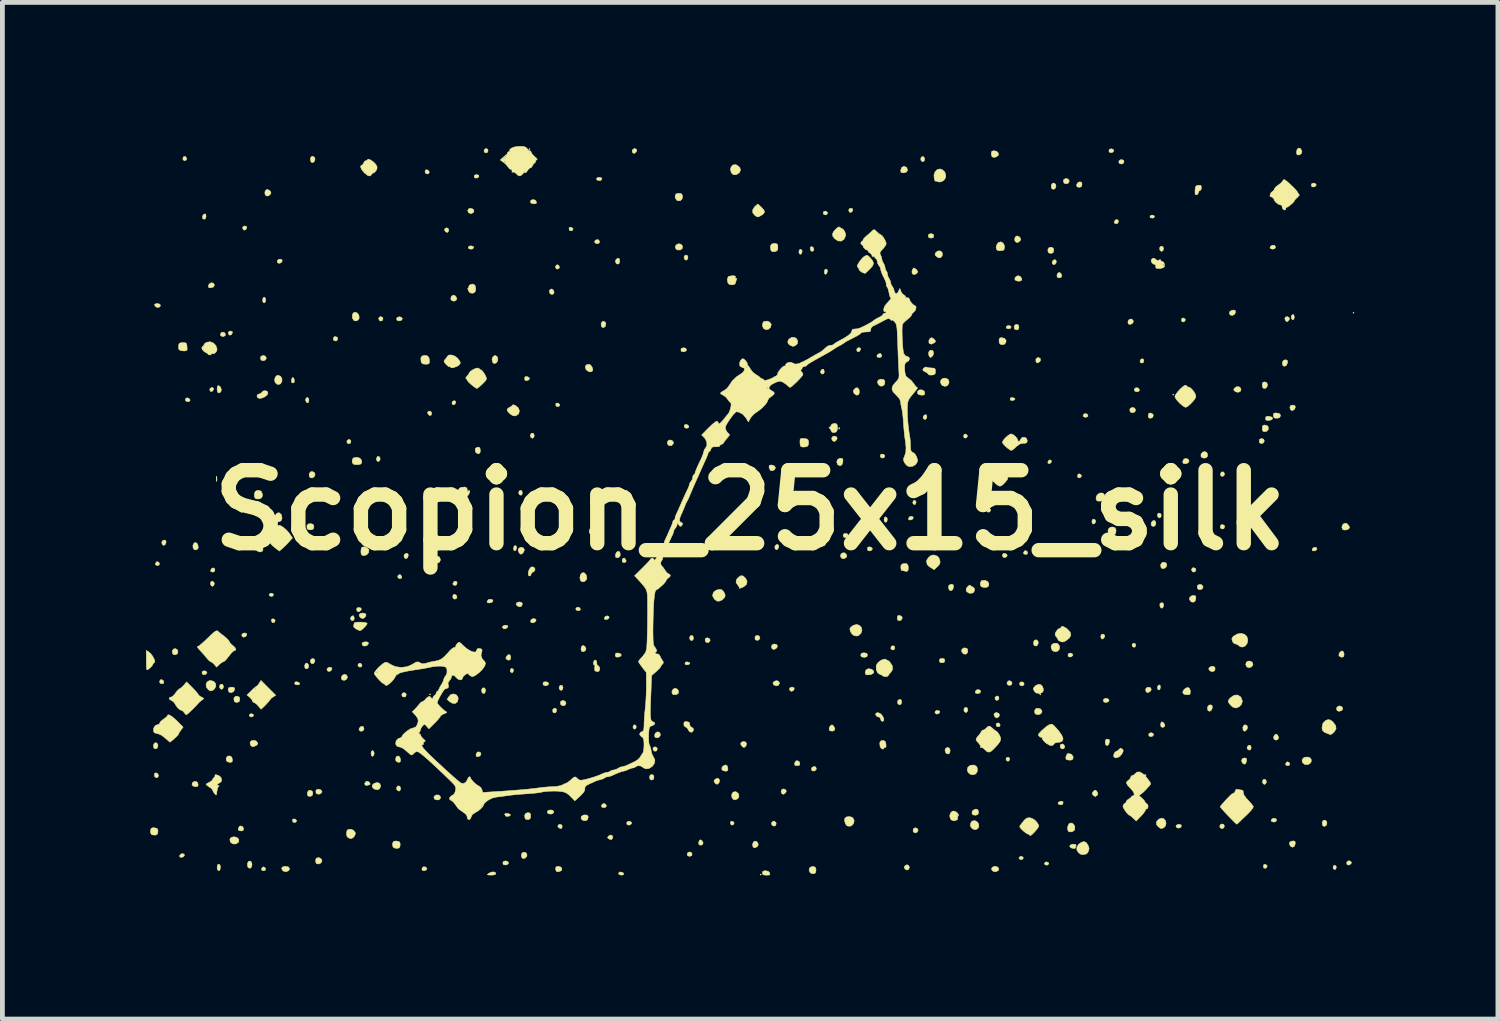
<source format=kicad_pcb>
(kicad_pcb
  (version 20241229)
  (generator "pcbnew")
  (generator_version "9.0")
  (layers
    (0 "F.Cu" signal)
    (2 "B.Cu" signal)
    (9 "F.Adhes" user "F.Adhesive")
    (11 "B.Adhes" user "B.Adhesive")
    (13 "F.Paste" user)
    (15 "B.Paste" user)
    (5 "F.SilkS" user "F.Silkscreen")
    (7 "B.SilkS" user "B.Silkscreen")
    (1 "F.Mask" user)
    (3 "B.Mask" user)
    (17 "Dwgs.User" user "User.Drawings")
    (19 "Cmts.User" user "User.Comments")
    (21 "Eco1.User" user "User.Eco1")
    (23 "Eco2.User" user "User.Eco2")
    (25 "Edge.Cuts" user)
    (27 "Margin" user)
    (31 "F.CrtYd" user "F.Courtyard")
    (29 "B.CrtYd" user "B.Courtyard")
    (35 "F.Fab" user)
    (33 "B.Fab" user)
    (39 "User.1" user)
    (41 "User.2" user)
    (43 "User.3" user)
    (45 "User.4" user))
  (footprint "Scopion_25x15_silk"
    (layer "F.Cu")
    (at 12.613 7.602)
    (property "Reference" "Scopion_25x15_silk" (at 0 0 0) (layer "F.SilkS") (effects (font (size 1.524 1.524) (thickness 0.3))))
    (attr through_hole)
    (fp_poly (pts (xy -6.673 3.845) (xy -6.685 3.856) (xy -6.696 3.845) (xy -6.685 3.833) (xy -6.673 3.845)) (stroke (width 0.01) (type solid)) (fill yes) (layer "F.SilkS"))
    (fp_poly (pts (xy -4.595 -7.539) (xy -4.607 -7.528) (xy -4.618 -7.539) (xy -4.607 -7.551) (xy -4.595 -7.539)) (stroke (width 0.01) (type solid)) (fill yes) (layer "F.SilkS"))
    (fp_poly (pts (xy 0.231 7.608) (xy 0.219 7.62) (xy 0.208 7.608) (xy 0.219 7.597) (xy 0.231 7.608)) (stroke (width 0.01) (type solid)) (fill yes) (layer "F.SilkS"))
    (fp_poly (pts (xy 8.844 -2.413) (xy 8.832 -2.401) (xy 8.821 -2.413) (xy 8.832 -2.425) (xy 8.844 -2.413)) (stroke (width 0.01) (type solid)) (fill yes) (layer "F.SilkS"))
    (fp_poly (pts (xy 12.608 -4.122) (xy 12.596 -4.11) (xy 12.585 -4.122) (xy 12.596 -4.133) (xy 12.608 -4.122)) (stroke (width 0.01) (type solid)) (fill yes) (layer "F.SilkS"))
    (fp_poly (pts (xy 1.863 -1.724) (xy 1.865 -1.697) (xy 1.863 -1.693) (xy 1.849 -1.697) (xy 1.847 -1.709) (xy 1.856 -1.728) (xy 1.863 -1.724)) (stroke (width 0.01) (type solid)) (fill yes) (layer "F.SilkS"))
    (fp_poly (pts (xy -12.344 1.093) (xy -12.335 1.114) (xy -12.343 1.147) (xy -12.377 1.155) (xy -12.415 1.143) (xy -12.419 1.114) (xy -12.396 1.08) (xy -12.377 1.074) (xy -12.344 1.093)) (stroke (width 0.01) (type solid)) (fill yes) (layer "F.SilkS"))
    (fp_poly (pts (xy -12.253 3.559) (xy -12.243 3.585) (xy -12.251 3.618) (xy -12.283 3.625) (xy -12.322 3.61) (xy -12.331 3.577) (xy -12.316 3.543) (xy -12.284 3.538) (xy -12.253 3.559)) (stroke (width 0.01) (type solid)) (fill yes) (layer "F.SilkS"))
    (fp_poly (pts (xy -11.204 -2.545) (xy -11.203 -2.525) (xy -11.225 -2.486) (xy -11.257 -2.476) (xy -11.279 -2.493) (xy -11.283 -2.532) (xy -11.253 -2.559) (xy -11.231 -2.563) (xy -11.204 -2.545)) (stroke (width 0.01) (type solid)) (fill yes) (layer "F.SilkS"))
    (fp_poly (pts (xy -11.182 1.221) (xy -11.176 1.245) (xy -11.191 1.285) (xy -11.224 1.293) (xy -11.261 1.281) (xy -11.264 1.253) (xy -11.243 1.216) (xy -11.209 1.204) (xy -11.182 1.221)) (stroke (width 0.01) (type solid)) (fill yes) (layer "F.SilkS"))
    (fp_poly (pts (xy -11.137 -0.698) (xy -11.133 -0.638) (xy -11.137 -0.606) (xy -11.143 -0.6) (xy -11.147 -0.634) (xy -11.147 -0.658) (xy -11.145 -0.703) (xy -11.14 -0.71) (xy -11.137 -0.698)) (stroke (width 0.01) (type solid)) (fill yes) (layer "F.SilkS"))
    (fp_poly (pts (xy -11.068 7.41) (xy -11.061 7.458) (xy -11.071 7.513) (xy -11.095 7.528) (xy -11.123 7.507) (xy -11.13 7.458) (xy -11.119 7.403) (xy -11.095 7.389) (xy -11.068 7.41)) (stroke (width 0.01) (type solid)) (fill yes) (layer "F.SilkS"))
    (fp_poly (pts (xy -10.814 -3.728) (xy -10.811 -3.702) (xy -10.833 -3.663) (xy -10.867 -3.654) (xy -10.883 -3.663) (xy -10.899 -3.703) (xy -10.879 -3.734) (xy -10.851 -3.741) (xy -10.814 -3.728)) (stroke (width 0.01) (type solid)) (fill yes) (layer "F.SilkS"))
    (fp_poly (pts (xy -10.514 -5.922) (xy -10.51 -5.896) (xy -10.532 -5.857) (xy -10.567 -5.847) (xy -10.583 -5.857) (xy -10.599 -5.897) (xy -10.579 -5.928) (xy -10.551 -5.934) (xy -10.514 -5.922)) (stroke (width 0.01) (type solid)) (fill yes) (layer "F.SilkS"))
    (fp_poly (pts (xy -10.376 4.263) (xy -10.368 4.283) (xy -10.387 4.312) (xy -10.414 4.318) (xy -10.452 4.304) (xy -10.46 4.283) (xy -10.441 4.255) (xy -10.414 4.249) (xy -10.376 4.263)) (stroke (width 0.01) (type solid)) (fill yes) (layer "F.SilkS"))
    (fp_poly (pts (xy -10.127 7.466) (xy -10.118 7.487) (xy -10.126 7.52) (xy -10.16 7.528) (xy -10.198 7.516) (xy -10.202 7.487) (xy -10.179 7.453) (xy -10.16 7.447) (xy -10.127 7.466)) (stroke (width 0.01) (type solid)) (fill yes) (layer "F.SilkS"))
    (fp_poly (pts (xy -9.961 1.746) (xy -9.952 1.766) (xy -9.971 1.795) (xy -9.998 1.801) (xy -10.036 1.787) (xy -10.045 1.766) (xy -10.025 1.738) (xy -9.998 1.732) (xy -9.961 1.746)) (stroke (width 0.01) (type solid)) (fill yes) (layer "F.SilkS"))
    (fp_poly (pts (xy -9.924 2.289) (xy -9.918 2.307) (xy -9.934 2.342) (xy -9.967 2.35) (xy -9.982 2.34) (xy -9.999 2.303) (xy -9.986 2.273) (xy -9.958 2.267) (xy -9.924 2.289)) (stroke (width 0.01) (type solid)) (fill yes) (layer "F.SilkS"))
    (fp_poly (pts (xy -9.528 -2.753) (xy -9.518 -2.714) (xy -9.521 -2.668) (xy -9.548 -2.655) (xy -9.576 -2.67) (xy -9.578 -2.714) (xy -9.565 -2.758) (xy -9.548 -2.772) (xy -9.528 -2.753)) (stroke (width 0.01) (type solid)) (fill yes) (layer "F.SilkS"))
    (fp_poly (pts (xy -9.503 6.45) (xy -9.47 6.477) (xy -9.48 6.508) (xy -9.503 6.52) (xy -9.54 6.515) (xy -9.552 6.499) (xy -9.555 6.456) (xy -9.525 6.445) (xy -9.503 6.45)) (stroke (width 0.01) (type solid)) (fill yes) (layer "F.SilkS"))
    (fp_poly (pts (xy -9.417 3.601) (xy -9.404 3.626) (xy -9.426 3.645) (xy -9.454 3.648) (xy -9.502 3.636) (xy -9.513 3.612) (xy -9.496 3.585) (xy -9.463 3.583) (xy -9.417 3.601)) (stroke (width 0.01) (type solid)) (fill yes) (layer "F.SilkS"))
    (fp_poly (pts (xy -8.62 -3.609) (xy -8.613 -3.579) (xy -8.629 -3.54) (xy -8.659 -3.533) (xy -8.698 -3.549) (xy -8.705 -3.579) (xy -8.689 -3.618) (xy -8.659 -3.625) (xy -8.62 -3.609)) (stroke (width 0.01) (type solid)) (fill yes) (layer "F.SilkS"))
    (fp_poly (pts (xy -8.342 -1.459) (xy -8.336 -1.432) (xy -8.352 -1.394) (xy -8.387 -1.386) (xy -8.417 -1.409) (xy -8.42 -1.447) (xy -8.39 -1.474) (xy -8.369 -1.478) (xy -8.342 -1.459)) (stroke (width 0.01) (type solid)) (fill yes) (layer "F.SilkS"))
    (fp_poly (pts (xy -8.13 3.197) (xy -8.107 3.232) (xy -8.105 3.246) (xy -8.121 3.273) (xy -8.156 3.276) (xy -8.187 3.254) (xy -8.188 3.219) (xy -8.162 3.195) (xy -8.13 3.197)) (stroke (width 0.01) (type solid)) (fill yes) (layer "F.SilkS"))
    (fp_poly (pts (xy -8.128 2.042) (xy -8.118 2.071) (xy -8.131 2.093) (xy -8.17 2.123) (xy -8.205 2.109) (xy -8.221 2.07) (xy -8.203 2.039) (xy -8.178 2.032) (xy -8.128 2.042)) (stroke (width 0.01) (type solid)) (fill yes) (layer "F.SilkS"))
    (fp_poly (pts (xy -7.674 -4.025) (xy -7.666 -3.995) (xy -7.683 -3.957) (xy -7.719 -3.95) (xy -7.743 -3.964) (xy -7.759 -4.003) (xy -7.739 -4.034) (xy -7.712 -4.041) (xy -7.674 -4.025)) (stroke (width 0.01) (type solid)) (fill yes) (layer "F.SilkS"))
    (fp_poly (pts (xy -7.299 1.35) (xy -7.276 1.384) (xy -7.274 1.398) (xy -7.29 1.426) (xy -7.325 1.429) (xy -7.356 1.407) (xy -7.357 1.372) (xy -7.331 1.347) (xy -7.299 1.35)) (stroke (width 0.01) (type solid)) (fill yes) (layer "F.SilkS"))
    (fp_poly (pts (xy -7.189 3.826) (xy -7.181 3.856) (xy -7.198 3.895) (xy -7.227 3.902) (xy -7.266 3.886) (xy -7.274 3.856) (xy -7.257 3.818) (xy -7.227 3.81) (xy -7.189 3.826)) (stroke (width 0.01) (type solid)) (fill yes) (layer "F.SilkS"))
    (fp_poly (pts (xy -6.711 -7.086) (xy -6.7 -7.053) (xy -6.716 -7.026) (xy -6.741 -7.02) (xy -6.78 -7.035) (xy -6.789 -7.068) (xy -6.776 -7.104) (xy -6.749 -7.108) (xy -6.711 -7.086)) (stroke (width 0.01) (type solid)) (fill yes) (layer "F.SilkS"))
    (fp_poly (pts (xy -6.658 -2.05) (xy -6.65 -2.02) (xy -6.664 -1.981) (xy -6.697 -1.979) (xy -6.72 -1.999) (xy -6.737 -2.037) (xy -6.725 -2.059) (xy -6.688 -2.071) (xy -6.658 -2.05)) (stroke (width 0.01) (type solid)) (fill yes) (layer "F.SilkS"))
    (fp_poly (pts (xy -6.147 -2.268) (xy -6.146 -2.248) (xy -6.168 -2.209) (xy -6.2 -2.199) (xy -6.222 -2.216) (xy -6.226 -2.255) (xy -6.196 -2.282) (xy -6.174 -2.286) (xy -6.147 -2.268)) (stroke (width 0.01) (type solid)) (fill yes) (layer "F.SilkS"))
    (fp_poly (pts (xy -6.125 1.498) (xy -6.119 1.522) (xy -6.134 1.562) (xy -6.167 1.57) (xy -6.204 1.558) (xy -6.207 1.53) (xy -6.186 1.493) (xy -6.152 1.481) (xy -6.125 1.498)) (stroke (width 0.01) (type solid)) (fill yes) (layer "F.SilkS"))
    (fp_poly (pts (xy -5.784 -5.507) (xy -5.773 -5.484) (xy -5.793 -5.456) (xy -5.83 -5.449) (xy -5.877 -5.461) (xy -5.888 -5.484) (xy -5.868 -5.512) (xy -5.83 -5.519) (xy -5.784 -5.507)) (stroke (width 0.01) (type solid)) (fill yes) (layer "F.SilkS"))
    (fp_poly (pts (xy -5.479 -7.532) (xy -5.473 -7.505) (xy -5.489 -7.467) (xy -5.524 -7.459) (xy -5.553 -7.481) (xy -5.556 -7.52) (xy -5.526 -7.547) (xy -5.506 -7.551) (xy -5.479 -7.532)) (stroke (width 0.01) (type solid)) (fill yes) (layer "F.SilkS"))
    (fp_poly (pts (xy -4.948 3.321) (xy -4.941 3.348) (xy -4.956 3.386) (xy -4.976 3.394) (xy -5.004 3.375) (xy -5.011 3.348) (xy -4.996 3.311) (xy -4.976 3.302) (xy -4.948 3.321)) (stroke (width 0.01) (type solid)) (fill yes) (layer "F.SilkS"))
    (fp_poly (pts (xy -4.878 0.756) (xy -4.876 0.789) (xy -4.894 0.836) (xy -4.919 0.849) (xy -4.938 0.826) (xy -4.941 0.799) (xy -4.929 0.75) (xy -4.905 0.739) (xy -4.878 0.756)) (stroke (width 0.01) (type solid)) (fill yes) (layer "F.SilkS"))
    (fp_poly (pts (xy -4.007 -2.232) (xy -3.974 -2.205) (xy -3.985 -2.175) (xy -4.007 -2.162) (xy -4.045 -2.167) (xy -4.056 -2.183) (xy -4.059 -2.226) (xy -4.029 -2.238) (xy -4.007 -2.232)) (stroke (width 0.01) (type solid)) (fill yes) (layer "F.SilkS"))
    (fp_poly (pts (xy -3.73 -5.903) (xy -3.697 -5.876) (xy -3.708 -5.846) (xy -3.73 -5.833) (xy -3.768 -5.839) (xy -3.779 -5.855) (xy -3.782 -5.897) (xy -3.752 -5.909) (xy -3.73 -5.903)) (stroke (width 0.01) (type solid)) (fill yes) (layer "F.SilkS"))
    (fp_poly (pts (xy -3.105 -6.938) (xy -3.094 -6.916) (xy -3.114 -6.888) (xy -3.152 -6.881) (xy -3.198 -6.893) (xy -3.21 -6.916) (xy -3.19 -6.944) (xy -3.152 -6.95) (xy -3.105 -6.938)) (stroke (width 0.01) (type solid)) (fill yes) (layer "F.SilkS"))
    (fp_poly (pts (xy -2.651 7.572) (xy -2.638 7.597) (xy -2.66 7.616) (xy -2.688 7.62) (xy -2.737 7.608) (xy -2.748 7.584) (xy -2.73 7.556) (xy -2.698 7.555) (xy -2.651 7.572)) (stroke (width 0.01) (type solid)) (fill yes) (layer "F.SilkS"))
    (fp_poly (pts (xy -2.385 4.499) (xy -2.378 4.526) (xy -2.393 4.563) (xy -2.413 4.572) (xy -2.441 4.553) (xy -2.448 4.526) (xy -2.433 4.488) (xy -2.413 4.48) (xy -2.385 4.499)) (stroke (width 0.01) (type solid)) (fill yes) (layer "F.SilkS"))
    (fp_poly (pts (xy -2.019 5.532) (xy -2.009 5.576) (xy -2.02 5.622) (xy -2.055 5.634) (xy -2.091 5.621) (xy -2.101 5.576) (xy -2.09 5.531) (xy -2.055 5.519) (xy -2.019 5.532)) (stroke (width 0.01) (type solid)) (fill yes) (layer "F.SilkS"))
    (fp_poly (pts (xy -1.947 4.958) (xy -1.94 4.988) (xy -1.956 5.026) (xy -1.993 5.033) (xy -2.017 5.018) (xy -2.032 4.979) (xy -2.012 4.948) (xy -1.986 4.941) (xy -1.947 4.958)) (stroke (width 0.01) (type solid)) (fill yes) (layer "F.SilkS"))
    (fp_poly (pts (xy -1.27 3.182) (xy -1.258 3.198) (xy -1.278 3.219) (xy -1.31 3.229) (xy -1.353 3.223) (xy -1.362 3.198) (xy -1.346 3.17) (xy -1.31 3.168) (xy -1.27 3.182)) (stroke (width 0.01) (type solid)) (fill yes) (layer "F.SilkS"))
    (fp_poly (pts (xy -0.341 6.515) (xy -0.335 6.533) (xy -0.351 6.567) (xy -0.384 6.575) (xy -0.4 6.566) (xy -0.416 6.529) (xy -0.403 6.499) (xy -0.375 6.493) (xy -0.341 6.515)) (stroke (width 0.01) (type solid)) (fill yes) (layer "F.SilkS"))
    (fp_poly (pts (xy 1.611 -5.016) (xy 1.612 -4.984) (xy 1.595 -4.937) (xy 1.57 -4.924) (xy 1.551 -4.946) (xy 1.547 -4.974) (xy 1.559 -5.023) (xy 1.583 -5.034) (xy 1.611 -5.016)) (stroke (width 0.01) (type solid)) (fill yes) (layer "F.SilkS"))
    (fp_poly (pts (xy 2.14 -6.291) (xy 2.143 -6.265) (xy 2.121 -6.226) (xy 2.087 -6.217) (xy 2.071 -6.226) (xy 2.055 -6.266) (xy 2.075 -6.297) (xy 2.103 -6.304) (xy 2.14 -6.291)) (stroke (width 0.01) (type solid)) (fill yes) (layer "F.SilkS"))
    (fp_poly (pts (xy 2.304 -3.377) (xy 2.305 -3.356) (xy 2.284 -3.317) (xy 2.251 -3.307) (xy 2.229 -3.324) (xy 2.225 -3.364) (xy 2.256 -3.391) (xy 2.278 -3.394) (xy 2.304 -3.377)) (stroke (width 0.01) (type solid)) (fill yes) (layer "F.SilkS"))
    (fp_poly (pts (xy 2.78 -1.17) (xy 2.808 -1.145) (xy 2.807 -1.11) (xy 2.771 -1.087) (xy 2.732 -1.098) (xy 2.716 -1.121) (xy 2.722 -1.158) (xy 2.738 -1.17) (xy 2.78 -1.17)) (stroke (width 0.01) (type solid)) (fill yes) (layer "F.SilkS"))
    (fp_poly (pts (xy 2.856 0.159) (xy 2.863 0.196) (xy 2.851 0.243) (xy 2.829 0.254) (xy 2.801 0.234) (xy 2.794 0.196) (xy 2.806 0.15) (xy 2.829 0.139) (xy 2.856 0.159)) (stroke (width 0.01) (type solid)) (fill yes) (layer "F.SilkS"))
    (fp_poly (pts (xy 3.006 2.837) (xy 3.017 2.854) (xy 3.017 2.897) (xy 2.987 2.919) (xy 2.961 2.916) (xy 2.935 2.889) (xy 2.942 2.852) (xy 2.968 2.831) (xy 3.006 2.837)) (stroke (width 0.01) (type solid)) (fill yes) (layer "F.SilkS"))
    (fp_poly (pts (xy 3.309 7.417) (xy 3.325 7.458) (xy 3.308 7.501) (xy 3.27 7.514) (xy 3.232 7.492) (xy 3.216 7.454) (xy 3.232 7.425) (xy 3.272 7.403) (xy 3.309 7.417)) (stroke (width 0.01) (type solid)) (fill yes) (layer "F.SilkS"))
    (fp_poly (pts (xy 3.457 -0.189) (xy 3.464 -0.162) (xy 3.449 -0.124) (xy 3.429 -0.115) (xy 3.401 -0.135) (xy 3.394 -0.162) (xy 3.409 -0.199) (xy 3.429 -0.208) (xy 3.457 -0.189)) (stroke (width 0.01) (type solid)) (fill yes) (layer "F.SilkS"))
    (fp_poly (pts (xy 3.821 -5.762) (xy 3.833 -5.727) (xy 3.82 -5.69) (xy 3.775 -5.68) (xy 3.73 -5.691) (xy 3.718 -5.727) (xy 3.731 -5.763) (xy 3.775 -5.773) (xy 3.821 -5.762)) (stroke (width 0.01) (type solid)) (fill yes) (layer "F.SilkS"))
    (fp_poly (pts (xy 3.849 -0.746) (xy 3.856 -0.716) (xy 3.84 -0.678) (xy 3.803 -0.671) (xy 3.779 -0.685) (xy 3.763 -0.724) (xy 3.783 -0.755) (xy 3.81 -0.762) (xy 3.849 -0.746)) (stroke (width 0.01) (type solid)) (fill yes) (layer "F.SilkS"))
    (fp_poly (pts (xy 4.052 3.105) (xy 4.064 3.14) (xy 4.05 3.177) (xy 4.006 3.187) (xy 3.961 3.176) (xy 3.949 3.14) (xy 3.962 3.104) (xy 4.006 3.094) (xy 4.052 3.105)) (stroke (width 0.01) (type solid)) (fill yes) (layer "F.SilkS"))
    (fp_poly (pts (xy 4.531 -1.566) (xy 4.537 -1.547) (xy 4.518 -1.514) (xy 4.497 -1.505) (xy 4.464 -1.513) (xy 4.457 -1.547) (xy 4.468 -1.585) (xy 4.497 -1.589) (xy 4.531 -1.566)) (stroke (width 0.01) (type solid)) (fill yes) (layer "F.SilkS"))
    (fp_poly (pts (xy 5.016 -0.019) (xy 5.022 0) (xy 5.003 0.033) (xy 4.982 0.042) (xy 4.949 0.034) (xy 4.941 0) (xy 4.953 -0.038) (xy 4.982 -0.042) (xy 5.016 -0.019)) (stroke (width 0.01) (type solid)) (fill yes) (layer "F.SilkS"))
    (fp_poly (pts (xy 5.189 3.898) (xy 5.195 3.925) (xy 5.179 3.963) (xy 5.144 3.971) (xy 5.115 3.949) (xy 5.112 3.91) (xy 5.142 3.883) (xy 5.162 3.879) (xy 5.189 3.898)) (stroke (width 0.01) (type solid)) (fill yes) (layer "F.SilkS"))
    (fp_poly (pts (xy 5.211 4.462) (xy 5.219 4.493) (xy 5.202 4.52) (xy 5.167 4.523) (xy 5.136 4.501) (xy 5.136 4.464) (xy 5.145 4.452) (xy 5.18 4.44) (xy 5.211 4.462)) (stroke (width 0.01) (type solid)) (fill yes) (layer "F.SilkS"))
    (fp_poly (pts (xy 5.519 -2.337) (xy 5.53 -2.321) (xy 5.511 -2.3) (xy 5.478 -2.29) (xy 5.436 -2.296) (xy 5.426 -2.321) (xy 5.442 -2.349) (xy 5.478 -2.351) (xy 5.519 -2.337)) (stroke (width 0.01) (type solid)) (fill yes) (layer "F.SilkS"))
    (fp_poly (pts (xy 5.689 3.587) (xy 5.718 3.612) (xy 5.716 3.646) (xy 5.681 3.67) (xy 5.641 3.659) (xy 5.625 3.636) (xy 5.631 3.598) (xy 5.648 3.587) (xy 5.689 3.587)) (stroke (width 0.01) (type solid)) (fill yes) (layer "F.SilkS"))
    (fp_poly (pts (xy 5.695 7.242) (xy 5.703 7.262) (xy 5.684 7.29) (xy 5.657 7.297) (xy 5.62 7.282) (xy 5.611 7.262) (xy 5.63 7.234) (xy 5.657 7.227) (xy 5.695 7.242)) (stroke (width 0.01) (type solid)) (fill yes) (layer "F.SilkS"))
    (fp_poly (pts (xy 5.782 0.862) (xy 5.791 0.883) (xy 5.783 0.916) (xy 5.75 0.924) (xy 5.712 0.912) (xy 5.708 0.883) (xy 5.731 0.849) (xy 5.75 0.843) (xy 5.782 0.862)) (stroke (width 0.01) (type solid)) (fill yes) (layer "F.SilkS"))
    (fp_poly (pts (xy 6.226 7.357) (xy 6.235 7.378) (xy 6.215 7.406) (xy 6.188 7.412) (xy 6.151 7.398) (xy 6.142 7.378) (xy 6.161 7.349) (xy 6.188 7.343) (xy 6.226 7.357)) (stroke (width 0.01) (type solid)) (fill yes) (layer "F.SilkS"))
    (fp_poly (pts (xy 6.287 -1.036) (xy 6.289 -1.006) (xy 6.265 -0.979) (xy 6.25 -0.974) (xy 6.218 -0.979) (xy 6.215 -1.008) (xy 6.238 -1.044) (xy 6.258 -1.051) (xy 6.287 -1.036)) (stroke (width 0.01) (type solid)) (fill yes) (layer "F.SilkS"))
    (fp_poly (pts (xy 6.91 -0.735) (xy 6.916 -0.716) (xy 6.897 -0.683) (xy 6.875 -0.674) (xy 6.843 -0.682) (xy 6.835 -0.716) (xy 6.847 -0.754) (xy 6.875 -0.758) (xy 6.91 -0.735)) (stroke (width 0.01) (type solid)) (fill yes) (layer "F.SilkS"))
    (fp_poly (pts (xy 7.041 -2) (xy 7.054 -1.964) (xy 7.025 -1.943) (xy 6.993 -1.94) (xy 6.957 -1.954) (xy 6.95 -1.972) (xy 6.968 -2.007) (xy 7.006 -2.018) (xy 7.041 -2)) (stroke (width 0.01) (type solid)) (fill yes) (layer "F.SilkS"))
    (fp_poly (pts (xy 7.683 -6.053) (xy 7.689 -6.028) (xy 7.674 -5.989) (xy 7.641 -5.981) (xy 7.605 -5.993) (xy 7.601 -6.021) (xy 7.623 -6.058) (xy 7.656 -6.069) (xy 7.683 -6.053)) (stroke (width 0.01) (type solid)) (fill yes) (layer "F.SilkS"))
    (fp_poly (pts (xy 8.214 -3.144) (xy 8.22 -3.117) (xy 8.204 -3.079) (xy 8.167 -3.072) (xy 8.145 -3.085) (xy 8.139 -3.117) (xy 8.159 -3.151) (xy 8.188 -3.163) (xy 8.214 -3.144)) (stroke (width 0.01) (type solid)) (fill yes) (layer "F.SilkS"))
    (fp_poly (pts (xy 9.08 -3.991) (xy 9.086 -3.972) (xy 9.067 -3.939) (xy 9.046 -3.93) (xy 9.013 -3.938) (xy 9.005 -3.972) (xy 9.017 -4.01) (xy 9.046 -4.013) (xy 9.08 -3.991)) (stroke (width 0.01) (type solid)) (fill yes) (layer "F.SilkS"))
    (fp_poly (pts (xy 9.298 1.217) (xy 9.306 1.247) (xy 9.289 1.285) (xy 9.252 1.292) (xy 9.229 1.278) (xy 9.213 1.239) (xy 9.233 1.207) (xy 9.259 1.201) (xy 9.298 1.217)) (stroke (width 0.01) (type solid)) (fill yes) (layer "F.SilkS"))
    (fp_poly (pts (xy 9.881 -0.798) (xy 9.905 -0.762) (xy 9.893 -0.723) (xy 9.87 -0.707) (xy 9.833 -0.713) (xy 9.821 -0.729) (xy 9.822 -0.771) (xy 9.846 -0.799) (xy 9.881 -0.798)) (stroke (width 0.01) (type solid)) (fill yes) (layer "F.SilkS"))
    (fp_poly (pts (xy 9.898 0.317) (xy 9.906 0.346) (xy 9.89 0.385) (xy 9.86 0.393) (xy 9.821 0.376) (xy 9.814 0.346) (xy 9.83 0.308) (xy 9.86 0.3) (xy 9.898 0.317)) (stroke (width 0.01) (type solid)) (fill yes) (layer "F.SilkS"))
    (fp_poly (pts (xy 10.789 7.416) (xy 10.795 7.435) (xy 10.776 7.468) (xy 10.755 7.477) (xy 10.722 7.469) (xy 10.714 7.435) (xy 10.726 7.397) (xy 10.755 7.393) (xy 10.789 7.416)) (stroke (width 0.01) (type solid)) (fill yes) (layer "F.SilkS"))
    (fp_poly (pts (xy 11.255 5.272) (xy 11.264 5.294) (xy 11.256 5.326) (xy 11.222 5.334) (xy 11.184 5.322) (xy 11.18 5.294) (xy 11.203 5.259) (xy 11.222 5.253) (xy 11.255 5.272)) (stroke (width 0.01) (type solid)) (fill yes) (layer "F.SilkS"))
    (fp_poly (pts (xy 12.232 7.431) (xy 12.238 7.458) (xy 12.224 7.496) (xy 12.204 7.505) (xy 12.175 7.485) (xy 12.169 7.458) (xy 12.183 7.421) (xy 12.204 7.412) (xy 12.232 7.431)) (stroke (width 0.01) (type solid)) (fill yes) (layer "F.SilkS"))
    (fp_poly (pts (xy -12.372 4.881) (xy -12.365 4.918) (xy -12.379 4.964) (xy -12.41 4.984) (xy -12.442 4.974) (xy -12.454 4.954) (xy -12.459 4.902) (xy -12.438 4.863) (xy -12.403 4.854) (xy -12.372 4.881)) (stroke (width 0.01) (type solid)) (fill yes) (layer "F.SilkS"))
    (fp_poly (pts (xy -12.2 0.635) (xy -12.196 0.674) (xy -12.215 0.72) (xy -12.247 0.735) (xy -12.268 0.724) (xy -12.286 0.682) (xy -12.274 0.642) (xy -12.237 0.623) (xy -12.237 0.623) (xy -12.2 0.635)) (stroke (width 0.01) (type solid)) (fill yes) (layer "F.SilkS"))
    (fp_poly (pts (xy -11.959 2.914) (xy -11.947 2.956) (xy -11.96 2.998) (xy -11.999 3.02) (xy -12.045 3.011) (xy -12.061 2.991) (xy -12.066 2.935) (xy -12.039 2.898) (xy -11.999 2.891) (xy -11.959 2.914)) (stroke (width 0.01) (type solid)) (fill yes) (layer "F.SilkS"))
    (fp_poly (pts (xy -11.82 7.182) (xy -11.811 7.204) (xy -11.831 7.234) (xy -11.865 7.247) (xy -11.905 7.245) (xy -11.912 7.217) (xy -11.911 7.212) (xy -11.889 7.181) (xy -11.852 7.17) (xy -11.82 7.182)) (stroke (width 0.01) (type solid)) (fill yes) (layer "F.SilkS"))
    (fp_poly (pts (xy -11.77 -7.359) (xy -11.769 -7.357) (xy -11.769 -7.315) (xy -11.807 -7.297) (xy -11.815 -7.297) (xy -11.84 -7.316) (xy -11.846 -7.343) (xy -11.83 -7.38) (xy -11.798 -7.387) (xy -11.77 -7.359)) (stroke (width 0.01) (type solid)) (fill yes) (layer "F.SilkS"))
    (fp_poly (pts (xy -11.713 -2.329) (xy -11.694 -2.3) (xy -11.697 -2.283) (xy -11.731 -2.264) (xy -11.773 -2.273) (xy -11.789 -2.288) (xy -11.789 -2.324) (xy -11.78 -2.338) (xy -11.748 -2.346) (xy -11.713 -2.329)) (stroke (width 0.01) (type solid)) (fill yes) (layer "F.SilkS"))
    (fp_poly (pts (xy -11.365 -6.169) (xy -11.361 -6.131) (xy -11.374 -6.087) (xy -11.403 -6.073) (xy -11.432 -6.093) (xy -11.437 -6.105) (xy -11.433 -6.146) (xy -11.403 -6.181) (xy -11.379 -6.188) (xy -11.365 -6.169)) (stroke (width 0.01) (type solid)) (fill yes) (layer "F.SilkS"))
    (fp_poly (pts (xy -11.361 3.363) (xy -11.342 3.389) (xy -11.343 3.4) (xy -11.372 3.43) (xy -11.414 3.435) (xy -11.442 3.417) (xy -11.443 3.379) (xy -11.434 3.366) (xy -11.399 3.353) (xy -11.361 3.363)) (stroke (width 0.01) (type solid)) (fill yes) (layer "F.SilkS"))
    (fp_poly (pts (xy -11.228 1.482) (xy -11.194 1.508) (xy -11.188 1.534) (xy -11.201 1.576) (xy -11.231 1.589) (xy -11.252 1.578) (xy -11.27 1.54) (xy -11.263 1.501) (xy -11.237 1.482) (xy -11.228 1.482)) (stroke (width 0.01) (type solid)) (fill yes) (layer "F.SilkS"))
    (fp_poly (pts (xy -10.971 -3.702) (xy -10.961 -3.685) (xy -10.96 -3.644) (xy -10.999 -3.626) (xy -11.018 -3.625) (xy -11.054 -3.643) (xy -11.061 -3.671) (xy -11.044 -3.707) (xy -11.007 -3.718) (xy -10.971 -3.702)) (stroke (width 0.01) (type solid)) (fill yes) (layer "F.SilkS"))
    (fp_poly (pts (xy -10.667 3.903) (xy -10.656 3.949) (xy -10.669 3.996) (xy -10.709 4.014) (xy -10.757 4.005) (xy -10.774 3.985) (xy -10.78 3.928) (xy -10.752 3.89) (xy -10.709 3.883) (xy -10.667 3.903)) (stroke (width 0.01) (type solid)) (fill yes) (layer "F.SilkS"))
    (fp_poly (pts (xy -10.514 2.576) (xy -10.511 2.603) (xy -10.534 2.639) (xy -10.574 2.652) (xy -10.608 2.636) (xy -10.609 2.634) (xy -10.614 2.594) (xy -10.582 2.568) (xy -10.549 2.563) (xy -10.514 2.576)) (stroke (width 0.01) (type solid)) (fill yes) (layer "F.SilkS"))
    (fp_poly (pts (xy -9.775 -5.229) (xy -9.772 -5.201) (xy -9.795 -5.166) (xy -9.835 -5.153) (xy -9.869 -5.169) (xy -9.871 -5.171) (xy -9.875 -5.21) (xy -9.843 -5.237) (xy -9.811 -5.242) (xy -9.775 -5.229)) (stroke (width 0.01) (type solid)) (fill yes) (layer "F.SilkS"))
    (fp_poly (pts (xy -9.22 -2.335) (xy -9.213 -2.298) (xy -9.223 -2.25) (xy -9.248 -2.242) (xy -9.267 -2.255) (xy -9.283 -2.293) (xy -9.276 -2.333) (xy -9.251 -2.355) (xy -9.248 -2.355) (xy -9.22 -2.335)) (stroke (width 0.01) (type solid)) (fill yes) (layer "F.SilkS"))
    (fp_poly (pts (xy -9.142 5.87) (xy -9.13 5.912) (xy -9.143 5.954) (xy -9.182 5.976) (xy -9.226 5.97) (xy -9.242 5.953) (xy -9.246 5.895) (xy -9.221 5.855) (xy -9.181 5.847) (xy -9.142 5.87)) (stroke (width 0.01) (type solid)) (fill yes) (layer "F.SilkS"))
    (fp_poly (pts (xy -9.113 3.101) (xy -9.089 3.132) (xy -9.091 3.162) (xy -9.117 3.201) (xy -9.153 3.206) (xy -9.182 3.174) (xy -9.182 3.173) (xy -9.181 3.128) (xy -9.15 3.1) (xy -9.113 3.101)) (stroke (width 0.01) (type solid)) (fill yes) (layer "F.SilkS"))
    (fp_poly (pts (xy -9.103 -0.79) (xy -9.084 -0.748) (xy -9.1 -0.701) (xy -9.144 -0.673) (xy -9.186 -0.679) (xy -9.205 -0.704) (xy -9.209 -0.76) (xy -9.18 -0.799) (xy -9.147 -0.808) (xy -9.103 -0.79)) (stroke (width 0.01) (type solid)) (fill yes) (layer "F.SilkS"))
    (fp_poly (pts (xy -8.736 3.292) (xy -8.733 3.319) (xy -8.756 3.355) (xy -8.796 3.368) (xy -8.83 3.352) (xy -8.831 3.349) (xy -8.836 3.31) (xy -8.804 3.284) (xy -8.771 3.279) (xy -8.736 3.292)) (stroke (width 0.01) (type solid)) (fill yes) (layer "F.SilkS"))
    (fp_poly (pts (xy -8.079 4.519) (xy -8.063 4.562) (xy -8.066 4.582) (xy -8.098 4.613) (xy -8.14 4.613) (xy -8.164 4.593) (xy -8.165 4.558) (xy -8.139 4.526) (xy -8.103 4.511) (xy -8.079 4.519)) (stroke (width 0.01) (type solid)) (fill yes) (layer "F.SilkS"))
    (fp_poly (pts (xy -7.962 5.673) (xy -7.946 5.689) (xy -7.933 5.719) (xy -7.956 5.735) (xy -8.01 5.749) (xy -8.042 5.736) (xy -8.048 5.704) (xy -8.028 5.67) (xy -8.001 5.657) (xy -7.962 5.673)) (stroke (width 0.01) (type solid)) (fill yes) (layer "F.SilkS"))
    (fp_poly (pts (xy -7.144 0.912) (xy -7.139 0.951) (xy -7.158 0.997) (xy -7.19 1.012) (xy -7.212 1.001) (xy -7.23 0.959) (xy -7.217 0.919) (xy -7.18 0.901) (xy -7.18 0.901) (xy -7.144 0.912)) (stroke (width 0.01) (type solid)) (fill yes) (layer "F.SilkS"))
    (fp_poly (pts (xy -6.768 7.456) (xy -6.749 7.486) (xy -6.765 7.514) (xy -6.81 7.528) (xy -6.815 7.528) (xy -6.851 7.514) (xy -6.854 7.489) (xy -6.83 7.448) (xy -6.786 7.447) (xy -6.768 7.456)) (stroke (width 0.01) (type solid)) (fill yes) (layer "F.SilkS"))
    (fp_poly (pts (xy -6.305 -5.88) (xy -6.293 -5.843) (xy -6.296 -5.829) (xy -6.32 -5.798) (xy -6.355 -5.811) (xy -6.368 -5.823) (xy -6.383 -5.857) (xy -6.369 -5.881) (xy -6.336 -5.896) (xy -6.305 -5.88)) (stroke (width 0.01) (type solid)) (fill yes) (layer "F.SilkS"))
    (fp_poly (pts (xy -5.673 -6.994) (xy -5.664 -6.966) (xy -5.664 -6.965) (xy -5.693 -6.937) (xy -5.735 -6.934) (xy -5.762 -6.952) (xy -5.761 -6.985) (xy -5.749 -6.997) (xy -5.708 -7.007) (xy -5.673 -6.994)) (stroke (width 0.01) (type solid)) (fill yes) (layer "F.SilkS"))
    (fp_poly (pts (xy -5.631 5.06) (xy -5.621 5.093) (xy -5.638 5.128) (xy -5.676 5.145) (xy -5.716 5.144) (xy -5.724 5.114) (xy -5.723 5.099) (xy -5.7 5.054) (xy -5.669 5.045) (xy -5.631 5.06)) (stroke (width 0.01) (type solid)) (fill yes) (layer "F.SilkS"))
    (fp_poly (pts (xy -5.38 1.87) (xy -5.369 1.896) (xy -5.392 1.923) (xy -5.434 1.936) (xy -5.48 1.935) (xy -5.493 1.915) (xy -5.492 1.901) (xy -5.464 1.866) (xy -5.426 1.859) (xy -5.38 1.87)) (stroke (width 0.01) (type solid)) (fill yes) (layer "F.SilkS"))
    (fp_poly (pts (xy -5.071 2.408) (xy -5.057 2.422) (xy -5.076 2.456) (xy -5.116 2.478) (xy -5.144 2.477) (xy -5.172 2.452) (xy -5.165 2.422) (xy -5.13 2.403) (xy -5.115 2.401) (xy -5.071 2.408)) (stroke (width 0.01) (type solid)) (fill yes) (layer "F.SilkS"))
    (fp_poly (pts (xy -5.017 3.02) (xy -5 3.059) (xy -4.999 3.069) (xy -5.011 3.121) (xy -5.046 3.133) (xy -5.08 3.118) (xy -5.102 3.09) (xy -5.089 3.054) (xy -5.051 3.018) (xy -5.017 3.02)) (stroke (width 0.01) (type solid)) (fill yes) (layer "F.SilkS"))
    (fp_poly (pts (xy -4.768 1.928) (xy -4.757 1.96) (xy -4.774 2.005) (xy -4.815 2.018) (xy -4.862 1.999) (xy -4.888 1.963) (xy -4.874 1.933) (xy -4.826 1.917) (xy -4.813 1.917) (xy -4.768 1.928)) (stroke (width 0.01) (type solid)) (fill yes) (layer "F.SilkS"))
    (fp_poly (pts (xy -4.765 -0.397) (xy -4.757 -0.358) (xy -4.768 -0.322) (xy -4.776 -0.314) (xy -4.807 -0.317) (xy -4.82 -0.327) (xy -4.836 -0.366) (xy -4.82 -0.403) (xy -4.789 -0.416) (xy -4.765 -0.397)) (stroke (width 0.01) (type solid)) (fill yes) (layer "F.SilkS"))
    (fp_poly (pts (xy -4.479 2.274) (xy -4.47 2.303) (xy -4.483 2.324) (xy -4.526 2.353) (xy -4.57 2.348) (xy -4.578 2.341) (xy -4.585 2.309) (xy -4.563 2.277) (xy -4.527 2.263) (xy -4.479 2.274)) (stroke (width 0.01) (type solid)) (fill yes) (layer "F.SilkS"))
    (fp_poly (pts (xy -4.14 6.262) (xy -4.104 6.282) (xy -4.103 6.313) (xy -4.133 6.339) (xy -4.159 6.345) (xy -4.214 6.338) (xy -4.234 6.316) (xy -4.23 6.279) (xy -4.191 6.26) (xy -4.14 6.262)) (stroke (width 0.01) (type solid)) (fill yes) (layer "F.SilkS"))
    (fp_poly (pts (xy -4.113 -4.599) (xy -4.095 -4.558) (xy -4.1 -4.524) (xy -4.134 -4.503) (xy -4.172 -4.516) (xy -4.189 -4.539) (xy -4.192 -4.59) (xy -4.161 -4.616) (xy -4.146 -4.618) (xy -4.113 -4.599)) (stroke (width 0.01) (type solid)) (fill yes) (layer "F.SilkS"))
    (fp_poly (pts (xy -4.048 4.15) (xy -4.042 4.187) (xy -4.058 4.223) (xy -4.074 4.233) (xy -4.109 4.227) (xy -4.12 4.211) (xy -4.122 4.161) (xy -4.09 4.135) (xy -4.074 4.133) (xy -4.048 4.15)) (stroke (width 0.01) (type solid)) (fill yes) (layer "F.SilkS"))
    (fp_poly (pts (xy -3.988 -5.096) (xy -3.987 -5.094) (xy -3.987 -5.052) (xy -4.025 -5.034) (xy -4.033 -5.034) (xy -4.058 -5.053) (xy -4.064 -5.08) (xy -4.049 -5.117) (xy -4.017 -5.124) (xy -3.988 -5.096)) (stroke (width 0.01) (type solid)) (fill yes) (layer "F.SilkS"))
    (fp_poly (pts (xy -3.933 6.574) (xy -3.925 6.604) (xy -3.933 6.641) (xy -3.961 6.645) (xy -3.989 6.635) (xy -4.016 6.607) (xy -4.01 6.575) (xy -3.974 6.558) (xy -3.972 6.558) (xy -3.933 6.574)) (stroke (width 0.01) (type solid)) (fill yes) (layer "F.SilkS"))
    (fp_poly (pts (xy -3.574 2.029) (xy -3.563 2.036) (xy -3.544 2.067) (xy -3.546 2.081) (xy -3.58 2.1) (xy -3.622 2.091) (xy -3.638 2.076) (xy -3.639 2.045) (xy -3.611 2.027) (xy -3.574 2.029)) (stroke (width 0.01) (type solid)) (fill yes) (layer "F.SilkS"))
    (fp_poly (pts (xy -3.02 -3.917) (xy -3.013 -3.879) (xy -3.028 -3.834) (xy -3.06 -3.813) (xy -3.094 -3.821) (xy -3.108 -3.843) (xy -3.113 -3.897) (xy -3.091 -3.935) (xy -3.054 -3.944) (xy -3.02 -3.917)) (stroke (width 0.01) (type solid)) (fill yes) (layer "F.SilkS"))
    (fp_poly (pts (xy -3.007 6.155) (xy -3.006 6.189) (xy -3.035 6.21) (xy -3.047 6.211) (xy -3.089 6.203) (xy -3.103 6.193) (xy -3.104 6.158) (xy -3.076 6.13) (xy -3.039 6.127) (xy -3.007 6.155)) (stroke (width 0.01) (type solid)) (fill yes) (layer "F.SilkS"))
    (fp_poly (pts (xy -2.953 2.217) (xy -2.944 2.24) (xy -2.964 2.269) (xy -2.998 2.282) (xy -3.038 2.28) (xy -3.045 2.253) (xy -3.044 2.247) (xy -3.022 2.216) (xy -2.985 2.206) (xy -2.953 2.217)) (stroke (width 0.01) (type solid)) (fill yes) (layer "F.SilkS"))
    (fp_poly (pts (xy -2.609 1.016) (xy -2.588 1.06) (xy -2.603 1.085) (xy -2.622 1.094) (xy -2.659 1.088) (xy -2.671 1.072) (xy -2.672 1.03) (xy -2.652 1.003) (xy -2.623 1.002) (xy -2.609 1.016)) (stroke (width 0.01) (type solid)) (fill yes) (layer "F.SilkS"))
    (fp_poly (pts (xy -2.557 -0.399) (xy -2.55 -0.361) (xy -2.564 -0.334) (xy -2.605 -0.303) (xy -2.637 -0.315) (xy -2.647 -0.334) (xy -2.648 -0.383) (xy -2.616 -0.413) (xy -2.598 -0.416) (xy -2.557 -0.399)) (stroke (width 0.01) (type solid)) (fill yes) (layer "F.SilkS"))
    (fp_poly (pts (xy -2.494 6.503) (xy -2.475 6.529) (xy -2.476 6.541) (xy -2.505 6.57) (xy -2.547 6.575) (xy -2.575 6.557) (xy -2.576 6.52) (xy -2.567 6.507) (xy -2.532 6.493) (xy -2.494 6.503)) (stroke (width 0.01) (type solid)) (fill yes) (layer "F.SilkS"))
    (fp_poly (pts (xy -2.374 -7.536) (xy -2.37 -7.5) (xy -2.385 -7.474) (xy -2.422 -7.449) (xy -2.445 -7.456) (xy -2.465 -7.49) (xy -2.455 -7.529) (xy -2.421 -7.55) (xy -2.415 -7.551) (xy -2.374 -7.536)) (stroke (width 0.01) (type solid)) (fill yes) (layer "F.SilkS"))
    (fp_poly (pts (xy -1.299 -1.775) (xy -1.28 -1.746) (xy -1.283 -1.729) (xy -1.317 -1.71) (xy -1.359 -1.718) (xy -1.375 -1.734) (xy -1.375 -1.77) (xy -1.366 -1.784) (xy -1.334 -1.792) (xy -1.299 -1.775)) (stroke (width 0.01) (type solid)) (fill yes) (layer "F.SilkS"))
    (fp_poly (pts (xy -1.226 7.151) (xy -1.216 7.167) (xy -1.216 7.209) (xy -1.254 7.226) (xy -1.274 7.227) (xy -1.31 7.209) (xy -1.316 7.181) (xy -1.299 7.146) (xy -1.262 7.135) (xy -1.226 7.151)) (stroke (width 0.01) (type solid)) (fill yes) (layer "F.SilkS"))
    (fp_poly (pts (xy 0.502 6.493) (xy 0.536 6.519) (xy 0.543 6.545) (xy 0.528 6.589) (xy 0.49 6.595) (xy 0.464 6.583) (xy 0.444 6.55) (xy 0.454 6.513) (xy 0.487 6.492) (xy 0.502 6.493)) (stroke (width 0.01) (type solid)) (fill yes) (layer "F.SilkS"))
    (fp_poly (pts (xy 0.556 2.808) (xy 0.569 2.844) (xy 0.553 2.876) (xy 0.509 2.906) (xy 0.467 2.901) (xy 0.448 2.876) (xy 0.447 2.826) (xy 0.483 2.797) (xy 0.508 2.794) (xy 0.556 2.808)) (stroke (width 0.01) (type solid)) (fill yes) (layer "F.SilkS"))
    (fp_poly (pts (xy 0.595 0.734) (xy 0.596 0.766) (xy 0.578 0.811) (xy 0.548 0.827) (xy 0.521 0.807) (xy 0.518 0.8) (xy 0.516 0.749) (xy 0.548 0.719) (xy 0.569 0.716) (xy 0.595 0.734)) (stroke (width 0.01) (type solid)) (fill yes) (layer "F.SilkS"))
    (fp_poly (pts (xy 0.917 3.709) (xy 0.919 3.735) (xy 0.896 3.771) (xy 0.859 3.782) (xy 0.828 3.763) (xy 0.824 3.756) (xy 0.823 3.714) (xy 0.86 3.696) (xy 0.883 3.695) (xy 0.917 3.709)) (stroke (width 0.01) (type solid)) (fill yes) (layer "F.SilkS"))
    (fp_poly (pts (xy 1.04 -0.368) (xy 1.051 -0.323) (xy 1.038 -0.276) (xy 0.999 -0.258) (xy 0.95 -0.267) (xy 0.933 -0.287) (xy 0.927 -0.344) (xy 0.955 -0.381) (xy 0.999 -0.388) (xy 1.04 -0.368)) (stroke (width 0.01) (type solid)) (fill yes) (layer "F.SilkS"))
    (fp_poly (pts (xy 1.079 -5.43) (xy 1.085 -5.405) (xy 1.074 -5.36) (xy 1.05 -5.342) (xy 1.031 -5.35) (xy 1.016 -5.387) (xy 1.023 -5.428) (xy 1.048 -5.449) (xy 1.051 -5.449) (xy 1.079 -5.43)) (stroke (width 0.01) (type solid)) (fill yes) (layer "F.SilkS"))
    (fp_poly (pts (xy 1.308 -5.493) (xy 1.315 -5.486) (xy 1.331 -5.444) (xy 1.315 -5.411) (xy 1.291 -5.403) (xy 1.264 -5.422) (xy 1.255 -5.439) (xy 1.252 -5.483) (xy 1.275 -5.504) (xy 1.308 -5.493)) (stroke (width 0.01) (type solid)) (fill yes) (layer "F.SilkS"))
    (fp_poly (pts (xy 1.37 5.364) (xy 1.381 5.4) (xy 1.378 5.412) (xy 1.347 5.444) (xy 1.304 5.445) (xy 1.28 5.424) (xy 1.281 5.389) (xy 1.296 5.367) (xy 1.336 5.35) (xy 1.37 5.364)) (stroke (width 0.01) (type solid)) (fill yes) (layer "F.SilkS"))
    (fp_poly (pts (xy 1.584 -6.242) (xy 1.614 -6.214) (xy 1.609 -6.182) (xy 1.573 -6.165) (xy 1.57 -6.165) (xy 1.533 -6.178) (xy 1.524 -6.196) (xy 1.538 -6.239) (xy 1.577 -6.244) (xy 1.584 -6.242)) (stroke (width 0.01) (type solid)) (fill yes) (layer "F.SilkS"))
    (fp_poly (pts (xy 1.804 -1.532) (xy 1.816 -1.497) (xy 1.8 -1.465) (xy 1.764 -1.434) (xy 1.729 -1.445) (xy 1.715 -1.458) (xy 1.699 -1.498) (xy 1.718 -1.534) (xy 1.756 -1.547) (xy 1.804 -1.532)) (stroke (width 0.01) (type solid)) (fill yes) (layer "F.SilkS"))
    (fp_poly (pts (xy 2.001 0.913) (xy 2.019 0.956) (xy 2.006 0.985) (xy 1.961 1.013) (xy 1.915 1.007) (xy 1.887 0.97) (xy 1.892 0.922) (xy 1.925 0.893) (xy 1.969 0.89) (xy 2.001 0.913)) (stroke (width 0.01) (type solid)) (fill yes) (layer "F.SilkS"))
    (fp_poly (pts (xy 2.033 0.496) (xy 2.044 0.53) (xy 2.039 0.545) (xy 2.008 0.574) (xy 1.966 0.57) (xy 1.955 0.562) (xy 1.939 0.523) (xy 1.957 0.492) (xy 1.982 0.485) (xy 2.033 0.496)) (stroke (width 0.01) (type solid)) (fill yes) (layer "F.SilkS"))
    (fp_poly (pts (xy 2.635 0.212) (xy 2.644 0.242) (xy 2.627 0.282) (xy 2.59 0.298) (xy 2.556 0.286) (xy 2.542 0.251) (xy 2.54 0.225) (xy 2.552 0.192) (xy 2.592 0.189) (xy 2.635 0.212)) (stroke (width 0.01) (type solid)) (fill yes) (layer "F.SilkS"))
    (fp_poly (pts (xy 2.724 -3.268) (xy 2.747 -3.235) (xy 2.737 -3.2) (xy 2.703 -3.187) (xy 2.66 -3.196) (xy 2.646 -3.207) (xy 2.649 -3.236) (xy 2.678 -3.262) (xy 2.713 -3.272) (xy 2.724 -3.268)) (stroke (width 0.01) (type solid)) (fill yes) (layer "F.SilkS"))
    (fp_poly (pts (xy 3.157 3.969) (xy 3.163 4.006) (xy 3.149 4.05) (xy 3.118 4.065) (xy 3.087 4.045) (xy 3.08 4.03) (xy 3.079 3.981) (xy 3.111 3.951) (xy 3.13 3.949) (xy 3.157 3.969)) (stroke (width 0.01) (type solid)) (fill yes) (layer "F.SilkS"))
    (fp_poly (pts (xy 3.397 0.139) (xy 3.406 0.162) (xy 3.386 0.191) (xy 3.352 0.204) (xy 3.312 0.202) (xy 3.305 0.174) (xy 3.306 0.169) (xy 3.328 0.138) (xy 3.365 0.127) (xy 3.397 0.139)) (stroke (width 0.01) (type solid)) (fill yes) (layer "F.SilkS"))
    (fp_poly (pts (xy 3.824 -3.312) (xy 3.828 -3.264) (xy 3.809 -3.22) (xy 3.771 -3.189) (xy 3.743 -3.203) (xy 3.726 -3.247) (xy 3.728 -3.303) (xy 3.756 -3.337) (xy 3.798 -3.34) (xy 3.824 -3.312)) (stroke (width 0.01) (type solid)) (fill yes) (layer "F.SilkS"))
    (fp_poly (pts (xy 4.808 3.767) (xy 4.81 3.8) (xy 4.779 3.825) (xy 4.765 3.829) (xy 4.72 3.826) (xy 4.703 3.816) (xy 4.701 3.78) (xy 4.73 3.751) (xy 4.771 3.745) (xy 4.808 3.767)) (stroke (width 0.01) (type solid)) (fill yes) (layer "F.SilkS"))
    (fp_poly (pts (xy 5.191 4.242) (xy 5.206 4.28) (xy 5.189 4.315) (xy 5.152 4.339) (xy 5.118 4.323) (xy 5.104 4.307) (xy 5.088 4.264) (xy 5.111 4.233) (xy 5.148 4.226) (xy 5.191 4.242)) (stroke (width 0.01) (type solid)) (fill yes) (layer "F.SilkS"))
    (fp_poly (pts (xy 5.4 5.161) (xy 5.406 5.166) (xy 5.419 5.202) (xy 5.402 5.234) (xy 5.38 5.242) (xy 5.351 5.225) (xy 5.344 5.217) (xy 5.342 5.181) (xy 5.366 5.158) (xy 5.4 5.161)) (stroke (width 0.01) (type solid)) (fill yes) (layer "F.SilkS"))
    (fp_poly (pts (xy 5.42 3.56) (xy 5.458 3.585) (xy 5.468 3.605) (xy 5.457 3.643) (xy 5.42 3.659) (xy 5.38 3.649) (xy 5.361 3.617) (xy 5.372 3.58) (xy 5.405 3.56) (xy 5.42 3.56)) (stroke (width 0.01) (type solid)) (fill yes) (layer "F.SilkS"))
    (fp_poly (pts (xy 5.441 -3.841) (xy 5.449 -3.822) (xy 5.431 -3.795) (xy 5.391 -3.786) (xy 5.353 -3.799) (xy 5.35 -3.802) (xy 5.344 -3.829) (xy 5.372 -3.851) (xy 5.405 -3.856) (xy 5.441 -3.841)) (stroke (width 0.01) (type solid)) (fill yes) (layer "F.SilkS"))
    (fp_poly (pts (xy 5.602 -3.865) (xy 5.611 -3.822) (xy 5.6 -3.776) (xy 5.567 -3.764) (xy 5.526 -3.777) (xy 5.513 -3.793) (xy 5.511 -3.845) (xy 5.544 -3.876) (xy 5.567 -3.879) (xy 5.602 -3.865)) (stroke (width 0.01) (type solid)) (fill yes) (layer "F.SilkS"))
    (fp_poly (pts (xy 6.008 2.734) (xy 6.015 2.771) (xy 6.001 2.816) (xy 5.969 2.837) (xy 5.935 2.829) (xy 5.92 2.807) (xy 5.915 2.754) (xy 5.937 2.715) (xy 5.975 2.706) (xy 6.008 2.734)) (stroke (width 0.01) (type solid)) (fill yes) (layer "F.SilkS"))
    (fp_poly (pts (xy 6.056 -3.17) (xy 6.063 -3.132) (xy 6.049 -3.105) (xy 6.008 -3.074) (xy 5.976 -3.086) (xy 5.966 -3.105) (xy 5.965 -3.154) (xy 5.997 -3.184) (xy 6.015 -3.187) (xy 6.056 -3.17)) (stroke (width 0.01) (type solid)) (fill yes) (layer "F.SilkS"))
    (fp_poly (pts (xy 6.328 -5.472) (xy 6.338 -5.426) (xy 6.326 -5.379) (xy 6.286 -5.361) (xy 6.238 -5.37) (xy 6.22 -5.39) (xy 6.215 -5.447) (xy 6.243 -5.485) (xy 6.286 -5.491) (xy 6.328 -5.472)) (stroke (width 0.01) (type solid)) (fill yes) (layer "F.SilkS"))
    (fp_poly (pts (xy 6.378 -6.803) (xy 6.385 -6.766) (xy 6.37 -6.721) (xy 6.338 -6.699) (xy 6.304 -6.708) (xy 6.29 -6.729) (xy 6.285 -6.783) (xy 6.307 -6.822) (xy 6.344 -6.831) (xy 6.378 -6.803)) (stroke (width 0.01) (type solid)) (fill yes) (layer "F.SilkS"))
    (fp_poly (pts (xy 6.381 -5.223) (xy 6.386 -5.216) (xy 6.391 -5.173) (xy 6.367 -5.136) (xy 6.339 -5.126) (xy 6.31 -5.145) (xy 6.304 -5.17) (xy 6.318 -5.209) (xy 6.35 -5.23) (xy 6.381 -5.223)) (stroke (width 0.01) (type solid)) (fill yes) (layer "F.SilkS"))
    (fp_poly (pts (xy 6.526 6.083) (xy 6.535 6.105) (xy 6.521 6.144) (xy 6.478 6.151) (xy 6.458 6.148) (xy 6.427 6.128) (xy 6.433 6.101) (xy 6.47 6.08) (xy 6.485 6.077) (xy 6.526 6.083)) (stroke (width 0.01) (type solid)) (fill yes) (layer "F.SilkS"))
    (fp_poly (pts (xy 6.552 4.901) (xy 6.568 4.937) (xy 6.566 4.955) (xy 6.536 4.984) (xy 6.497 4.98) (xy 6.473 4.951) (xy 6.474 4.906) (xy 6.485 4.89) (xy 6.519 4.88) (xy 6.552 4.901)) (stroke (width 0.01) (type solid)) (fill yes) (layer "F.SilkS"))
    (fp_poly (pts (xy 6.719 2.993) (xy 6.738 3.02) (xy 6.737 3.031) (xy 6.708 3.06) (xy 6.666 3.066) (xy 6.638 3.047) (xy 6.637 3.01) (xy 6.646 2.997) (xy 6.682 2.983) (xy 6.719 2.993)) (stroke (width 0.01) (type solid)) (fill yes) (layer "F.SilkS"))
    (fp_poly (pts (xy 7.402 2.611) (xy 7.401 2.642) (xy 7.379 2.675) (xy 7.35 2.691) (xy 7.336 2.687) (xy 7.322 2.652) (xy 7.32 2.629) (xy 7.336 2.594) (xy 7.371 2.588) (xy 7.402 2.611)) (stroke (width 0.01) (type solid)) (fill yes) (layer "F.SilkS"))
    (fp_poly (pts (xy 7.574 -7.536) (xy 7.593 -7.51) (xy 7.591 -7.499) (xy 7.563 -7.469) (xy 7.52 -7.464) (xy 7.493 -7.482) (xy 7.492 -7.52) (xy 7.5 -7.533) (xy 7.536 -7.546) (xy 7.574 -7.536)) (stroke (width 0.01) (type solid)) (fill yes) (layer "F.SilkS"))
    (fp_poly (pts (xy 7.798 -7.303) (xy 7.805 -7.274) (xy 7.787 -7.239) (xy 7.748 -7.226) (xy 7.709 -7.24) (xy 7.701 -7.251) (xy 7.697 -7.289) (xy 7.729 -7.315) (xy 7.76 -7.32) (xy 7.798 -7.303)) (stroke (width 0.01) (type solid)) (fill yes) (layer "F.SilkS"))
    (fp_poly (pts (xy 8.032 2.782) (xy 8.038 2.787) (xy 8.051 2.824) (xy 8.034 2.856) (xy 8.013 2.863) (xy 7.983 2.846) (xy 7.977 2.838) (xy 7.974 2.803) (xy 7.998 2.779) (xy 8.032 2.782)) (stroke (width 0.01) (type solid)) (fill yes) (layer "F.SilkS"))
    (fp_poly (pts (xy 8.361 3.709) (xy 8.374 3.745) (xy 8.358 3.776) (xy 8.316 3.806) (xy 8.277 3.802) (xy 8.261 3.781) (xy 8.259 3.729) (xy 8.291 3.698) (xy 8.313 3.695) (xy 8.361 3.709)) (stroke (width 0.01) (type solid)) (fill yes) (layer "F.SilkS"))
    (fp_poly (pts (xy 8.405 4.656) (xy 8.424 4.682) (xy 8.422 4.693) (xy 8.394 4.723) (xy 8.352 4.728) (xy 8.324 4.71) (xy 8.323 4.672) (xy 8.332 4.659) (xy 8.367 4.646) (xy 8.405 4.656)) (stroke (width 0.01) (type solid)) (fill yes) (layer "F.SilkS"))
    (fp_poly (pts (xy 8.419 -6.158) (xy 8.427 -6.154) (xy 8.442 -6.127) (xy 8.439 -6.117) (xy 8.404 -6.097) (xy 8.362 -6.105) (xy 8.347 -6.119) (xy 8.351 -6.144) (xy 8.381 -6.16) (xy 8.419 -6.158)) (stroke (width 0.01) (type solid)) (fill yes) (layer "F.SilkS"))
    (fp_poly (pts (xy 8.563 3.666) (xy 8.565 3.705) (xy 8.553 3.742) (xy 8.543 3.752) (xy 8.517 3.748) (xy 8.507 3.732) (xy 8.504 3.684) (xy 8.528 3.652) (xy 8.545 3.648) (xy 8.563 3.666)) (stroke (width 0.01) (type solid)) (fill yes) (layer "F.SilkS"))
    (fp_poly (pts (xy 8.565 0.068) (xy 8.583 0.1) (xy 8.576 0.139) (xy 8.549 0.161) (xy 8.544 0.162) (xy 8.515 0.143) (xy 8.505 0.125) (xy 8.504 0.082) (xy 8.531 0.06) (xy 8.565 0.068)) (stroke (width 0.01) (type solid)) (fill yes) (layer "F.SilkS"))
    (fp_poly (pts (xy 8.632 1.961) (xy 8.632 1.999) (xy 8.611 2.041) (xy 8.58 2.044) (xy 8.555 2.007) (xy 8.555 2.007) (xy 8.554 1.956) (xy 8.57 1.938) (xy 8.609 1.932) (xy 8.632 1.961)) (stroke (width 0.01) (type solid)) (fill yes) (layer "F.SilkS"))
    (fp_poly (pts (xy 8.683 1.103) (xy 8.7 1.144) (xy 8.682 1.189) (xy 8.637 1.22) (xy 8.595 1.215) (xy 8.575 1.189) (xy 8.571 1.133) (xy 8.601 1.094) (xy 8.636 1.085) (xy 8.683 1.103)) (stroke (width 0.01) (type solid)) (fill yes) (layer "F.SilkS"))
    (fp_poly (pts (xy 8.993 6.569) (xy 9.005 6.59) (xy 8.987 6.626) (xy 8.942 6.638) (xy 8.919 6.633) (xy 8.89 6.609) (xy 8.897 6.579) (xy 8.932 6.559) (xy 8.948 6.558) (xy 8.993 6.569)) (stroke (width 0.01) (type solid)) (fill yes) (layer "F.SilkS"))
    (fp_poly (pts (xy 9.544 -0.447) (xy 9.544 -0.42) (xy 9.522 -0.388) (xy 9.491 -0.37) (xy 9.488 -0.369) (xy 9.471 -0.389) (xy 9.467 -0.416) (xy 9.484 -0.454) (xy 9.521 -0.461) (xy 9.544 -0.447)) (stroke (width 0.01) (type solid)) (fill yes) (layer "F.SilkS"))
    (fp_poly (pts (xy 9.881 6.557) (xy 9.901 6.59) (xy 9.89 6.628) (xy 9.858 6.65) (xy 9.851 6.65) (xy 9.815 6.632) (xy 9.806 6.617) (xy 9.809 6.576) (xy 9.84 6.552) (xy 9.881 6.557)) (stroke (width 0.01) (type solid)) (fill yes) (layer "F.SilkS"))
    (fp_poly (pts (xy 10.13 -4.166) (xy 10.133 -4.128) (xy 10.11 -4.086) (xy 10.069 -4.067) (xy 10.027 -4.074) (xy 10.006 -4.099) (xy 10.01 -4.142) (xy 10.05 -4.171) (xy 10.098 -4.179) (xy 10.13 -4.166)) (stroke (width 0.01) (type solid)) (fill yes) (layer "F.SilkS"))
    (fp_poly (pts (xy 10.357 5.181) (xy 10.365 5.217) (xy 10.364 5.234) (xy 10.346 5.289) (xy 10.314 5.304) (xy 10.276 5.277) (xy 10.258 5.228) (xy 10.276 5.188) (xy 10.322 5.172) (xy 10.357 5.181)) (stroke (width 0.01) (type solid)) (fill yes) (layer "F.SilkS"))
    (fp_poly (pts (xy 10.373 4.498) (xy 10.385 4.539) (xy 10.368 4.584) (xy 10.329 4.616) (xy 10.3 4.603) (xy 10.29 4.584) (xy 10.286 4.531) (xy 10.308 4.491) (xy 10.336 4.48) (xy 10.373 4.498)) (stroke (width 0.01) (type solid)) (fill yes) (layer "F.SilkS"))
    (fp_poly (pts (xy 10.442 4.91) (xy 10.457 4.94) (xy 10.46 4.966) (xy 10.445 5.002) (xy 10.412 5.009) (xy 10.38 4.984) (xy 10.375 4.974) (xy 10.379 4.936) (xy 10.407 4.909) (xy 10.442 4.91)) (stroke (width 0.01) (type solid)) (fill yes) (layer "F.SilkS"))
    (fp_poly (pts (xy 10.92 0.692) (xy 10.94 0.725) (xy 10.929 0.763) (xy 10.897 0.785) (xy 10.891 0.785) (xy 10.854 0.767) (xy 10.845 0.752) (xy 10.848 0.711) (xy 10.88 0.687) (xy 10.92 0.692)) (stroke (width 0.01) (type solid)) (fill yes) (layer "F.SilkS"))
    (fp_poly (pts (xy 10.947 -5.529) (xy 10.97 -5.497) (xy 10.956 -5.465) (xy 10.914 -5.45) (xy 10.91 -5.449) (xy 10.865 -5.461) (xy 10.853 -5.482) (xy 10.872 -5.516) (xy 10.913 -5.534) (xy 10.947 -5.529)) (stroke (width 0.01) (type solid)) (fill yes) (layer "F.SilkS"))
    (fp_poly (pts (xy 10.962 6.436) (xy 10.991 6.461) (xy 10.984 6.491) (xy 10.949 6.51) (xy 10.934 6.512) (xy 10.888 6.5) (xy 10.876 6.479) (xy 10.895 6.444) (xy 10.939 6.431) (xy 10.962 6.436)) (stroke (width 0.01) (type solid)) (fill yes) (layer "F.SilkS"))
    (fp_poly (pts (xy 11.251 -4.025) (xy 11.259 -3.988) (xy 11.24 -3.957) (xy 11.21 -3.935) (xy 11.184 -3.951) (xy 11.178 -3.958) (xy 11.161 -4.002) (xy 11.181 -4.034) (xy 11.211 -4.041) (xy 11.251 -4.025)) (stroke (width 0.01) (type solid)) (fill yes) (layer "F.SilkS"))
    (fp_poly (pts (xy 11.353 -4.07) (xy 11.361 -4.029) (xy 11.35 -3.984) (xy 11.326 -3.973) (xy 11.302 -4.001) (xy 11.3 -4.005) (xy 11.297 -4.05) (xy 11.302 -4.063) (xy 11.331 -4.087) (xy 11.353 -4.07)) (stroke (width 0.01) (type solid)) (fill yes) (layer "F.SilkS"))
    (fp_poly (pts (xy 11.799 -6.82) (xy 11.818 -6.794) (xy 11.817 -6.783) (xy 11.788 -6.753) (xy 11.746 -6.748) (xy 11.718 -6.766) (xy 11.717 -6.804) (xy 11.726 -6.817) (xy 11.762 -6.83) (xy 11.799 -6.82)) (stroke (width 0.01) (type solid)) (fill yes) (layer "F.SilkS"))
    (fp_poly (pts (xy 11.825 0.785) (xy 11.834 0.808) (xy 11.814 0.838) (xy 11.78 0.85) (xy 11.74 0.848) (xy 11.733 0.821) (xy 11.734 0.816) (xy 11.756 0.785) (xy 11.793 0.774) (xy 11.825 0.785)) (stroke (width 0.01) (type solid)) (fill yes) (layer "F.SilkS"))
    (fp_poly (pts (xy 12.035 6.497) (xy 12.042 6.535) (xy 12.028 6.58) (xy 11.995 6.601) (xy 11.961 6.593) (xy 11.947 6.571) (xy 11.942 6.517) (xy 11.964 6.479) (xy 12.001 6.47) (xy 12.035 6.497)) (stroke (width 0.01) (type solid)) (fill yes) (layer "F.SilkS"))
    (fp_poly (pts (xy 12.542 7.334) (xy 12.554 7.365) (xy 12.536 7.391) (xy 12.49 7.411) (xy 12.461 7.394) (xy 12.458 7.389) (xy 12.455 7.35) (xy 12.484 7.323) (xy 12.504 7.32) (xy 12.542 7.334)) (stroke (width 0.01) (type solid)) (fill yes) (layer "F.SilkS"))
    (fp_poly (pts (xy -12.374 5.498) (xy -12.354 5.535) (xy -12.354 5.544) (xy -12.369 5.579) (xy -12.403 5.586) (xy -12.434 5.562) (xy -12.437 5.554) (xy -12.441 5.511) (xy -12.436 5.498) (xy -12.407 5.483) (xy -12.374 5.498)) (stroke (width 0.01) (type solid)) (fill yes) (layer "F.SilkS"))
    (fp_poly (pts (xy -12.325 -4.299) (xy -12.312 -4.27) (xy -12.313 -4.266) (xy -12.343 -4.235) (xy -12.388 -4.235) (xy -12.422 -4.259) (xy -12.439 -4.29) (xy -12.417 -4.308) (xy -12.414 -4.309) (xy -12.365 -4.314) (xy -12.325 -4.299)) (stroke (width 0.01) (type solid)) (fill yes) (layer "F.SilkS"))
    (fp_poly (pts (xy -11.554 0.687) (xy -11.531 0.728) (xy -11.524 0.778) (xy -11.533 0.807) (xy -11.569 0.83) (xy -11.61 0.821) (xy -11.629 0.798) (xy -11.636 0.738) (xy -11.615 0.691) (xy -11.586 0.674) (xy -11.554 0.687)) (stroke (width 0.01) (type solid)) (fill yes) (layer "F.SilkS"))
    (fp_poly (pts (xy -11.538 5.688) (xy -11.527 5.721) (xy -11.53 5.76) (xy -11.562 5.772) (xy -11.579 5.773) (xy -11.63 5.76) (xy -11.653 5.736) (xy -11.649 5.695) (xy -11.614 5.667) (xy -11.569 5.663) (xy -11.538 5.688)) (stroke (width 0.01) (type solid)) (fill yes) (layer "F.SilkS"))
    (fp_poly (pts (xy -11.021 3.635) (xy -11.011 3.642) (xy -10.997 3.68) (xy -11.007 3.721) (xy -11.036 3.741) (xy -11.037 3.741) (xy -11.066 3.722) (xy -11.076 3.705) (xy -11.077 3.662) (xy -11.054 3.634) (xy -11.021 3.635)) (stroke (width 0.01) (type solid)) (fill yes) (layer "F.SilkS"))
    (fp_poly (pts (xy -10.827 5.152) (xy -10.811 5.201) (xy -10.812 5.247) (xy -10.837 5.263) (xy -10.863 5.265) (xy -10.913 5.253) (xy -10.937 5.23) (xy -10.941 5.174) (xy -10.913 5.137) (xy -10.87 5.13) (xy -10.827 5.152)) (stroke (width 0.01) (type solid)) (fill yes) (layer "F.SilkS"))
    (fp_poly (pts (xy -10.605 -0.06) (xy -10.596 -0.052) (xy -10.581 -0.014) (xy -10.591 0.026) (xy -10.62 0.046) (xy -10.622 0.046) (xy -10.65 0.028) (xy -10.66 0.01) (xy -10.661 -0.033) (xy -10.638 -0.06) (xy -10.605 -0.06)) (stroke (width 0.01) (type solid)) (fill yes) (layer "F.SilkS"))
    (fp_poly (pts (xy -10.592 6.611) (xy -10.58 6.644) (xy -10.583 6.683) (xy -10.615 6.696) (xy -10.633 6.696) (xy -10.677 6.689) (xy -10.688 6.66) (xy -10.687 6.644) (xy -10.664 6.601) (xy -10.633 6.592) (xy -10.592 6.611)) (stroke (width 0.01) (type solid)) (fill yes) (layer "F.SilkS"))
    (fp_poly (pts (xy -10.137 -4.445) (xy -10.117 -4.412) (xy -10.114 -4.387) (xy -10.125 -4.344) (xy -10.148 -4.327) (xy -10.172 -4.345) (xy -10.174 -4.351) (xy -10.18 -4.396) (xy -10.168 -4.434) (xy -10.145 -4.448) (xy -10.137 -4.445)) (stroke (width 0.01) (type solid)) (fill yes) (layer "F.SilkS"))
    (fp_poly (pts (xy -10.126 -3.218) (xy -10.103 -3.182) (xy -10.102 -3.175) (xy -10.12 -3.137) (xy -10.16 -3.12) (xy -10.202 -3.128) (xy -10.221 -3.152) (xy -10.222 -3.196) (xy -10.212 -3.213) (xy -10.169 -3.231) (xy -10.126 -3.218)) (stroke (width 0.01) (type solid)) (fill yes) (layer "F.SilkS"))
    (fp_poly (pts (xy -9.644 7.448) (xy -9.618 7.48) (xy -9.63 7.519) (xy -9.635 7.525) (xy -9.688 7.549) (xy -9.744 7.536) (xy -9.767 7.517) (xy -9.784 7.475) (xy -9.759 7.446) (xy -9.699 7.435) (xy -9.644 7.448)) (stroke (width 0.01) (type solid)) (fill yes) (layer "F.SilkS"))
    (fp_poly (pts (xy -9.254 3.192) (xy -9.227 3.22) (xy -9.218 3.249) (xy -9.226 3.29) (xy -9.254 3.312) (xy -9.284 3.308) (xy -9.297 3.29) (xy -9.302 3.242) (xy -9.286 3.203) (xy -9.256 3.191) (xy -9.254 3.192)) (stroke (width 0.01) (type solid)) (fill yes) (layer "F.SilkS"))
    (fp_poly (pts (xy -9.251 -0.405) (xy -9.226 -0.377) (xy -9.225 -0.369) (xy -9.243 -0.34) (xy -9.285 -0.327) (xy -9.326 -0.334) (xy -9.341 -0.347) (xy -9.342 -0.385) (xy -9.334 -0.397) (xy -9.294 -0.413) (xy -9.251 -0.405)) (stroke (width 0.01) (type solid)) (fill yes) (layer "F.SilkS"))
    (fp_poly (pts (xy -9.099 -7.371) (xy -9.085 -7.329) (xy -9.098 -7.285) (xy -9.1 -7.282) (xy -9.138 -7.253) (xy -9.166 -7.269) (xy -9.179 -7.297) (xy -9.182 -7.354) (xy -9.155 -7.385) (xy -9.134 -7.389) (xy -9.099 -7.371)) (stroke (width 0.01) (type solid)) (fill yes) (layer "F.SilkS"))
    (fp_poly (pts (xy -8.974 5.835) (xy -8.944 5.863) (xy -8.941 5.884) (xy -8.966 5.918) (xy -9.01 5.931) (xy -9.052 5.919) (xy -9.066 5.9) (xy -9.067 5.855) (xy -9.057 5.838) (xy -9.018 5.824) (xy -8.974 5.835)) (stroke (width 0.01) (type solid)) (fill yes) (layer "F.SilkS"))
    (fp_poly (pts (xy -8.43 3.439) (xy -8.409 3.479) (xy -8.41 3.495) (xy -8.433 3.535) (xy -8.474 3.553) (xy -8.516 3.545) (xy -8.535 3.521) (xy -8.533 3.475) (xy -8.516 3.449) (xy -8.471 3.427) (xy -8.43 3.439)) (stroke (width 0.01) (type solid)) (fill yes) (layer "F.SilkS"))
    (fp_poly (pts (xy -8.282 2.209) (xy -8.269 2.243) (xy -8.267 2.267) (xy -8.282 2.301) (xy -8.314 2.307) (xy -8.342 2.279) (xy -8.344 2.276) (xy -8.341 2.241) (xy -8.318 2.211) (xy -8.289 2.204) (xy -8.282 2.209)) (stroke (width 0.01) (type solid)) (fill yes) (layer "F.SilkS"))
    (fp_poly (pts (xy -7.984 2.754) (xy -7.969 2.776) (xy -7.971 2.788) (xy -7.997 2.822) (xy -8.043 2.838) (xy -8.085 2.829) (xy -8.089 2.826) (xy -8.107 2.787) (xy -8.085 2.758) (xy -8.034 2.748) (xy -7.984 2.754)) (stroke (width 0.01) (type solid)) (fill yes) (layer "F.SilkS"))
    (fp_poly (pts (xy -7.874 5.022) (xy -7.854 5.055) (xy -7.851 5.08) (xy -7.862 5.123) (xy -7.885 5.14) (xy -7.909 5.122) (xy -7.911 5.116) (xy -7.917 5.071) (xy -7.905 5.033) (xy -7.882 5.019) (xy -7.874 5.022)) (stroke (width 0.01) (type solid)) (fill yes) (layer "F.SilkS"))
    (fp_poly (pts (xy -7.749 -1.121) (xy -7.728 -1.091) (xy -7.728 -1.049) (xy -7.729 -1.047) (xy -7.756 -1.018) (xy -7.788 -1.024) (xy -7.805 -1.059) (xy -7.805 -1.061) (xy -7.793 -1.106) (xy -7.779 -1.122) (xy -7.749 -1.121)) (stroke (width 0.01) (type solid)) (fill yes) (layer "F.SilkS"))
    (fp_poly (pts (xy -7.322 5.76) (xy -7.322 5.76) (xy -7.3 5.792) (xy -7.3 5.834) (xy -7.32 5.862) (xy -7.332 5.865) (xy -7.37 5.846) (xy -7.381 5.829) (xy -7.381 5.787) (xy -7.357 5.758) (xy -7.322 5.76)) (stroke (width 0.01) (type solid)) (fill yes) (layer "F.SilkS"))
    (fp_poly (pts (xy -7.315 5.157) (xy -7.301 5.201) (xy -7.303 5.248) (xy -7.328 5.264) (xy -7.339 5.265) (xy -7.383 5.249) (xy -7.397 5.23) (xy -7.402 5.178) (xy -7.381 5.14) (xy -7.346 5.131) (xy -7.315 5.157)) (stroke (width 0.01) (type solid)) (fill yes) (layer "F.SilkS"))
    (fp_poly (pts (xy -7.288 -4.03) (xy -7.263 -4.002) (xy -7.262 -3.994) (xy -7.281 -3.966) (xy -7.322 -3.952) (xy -7.363 -3.959) (xy -7.378 -3.972) (xy -7.379 -4.01) (xy -7.371 -4.022) (xy -7.331 -4.038) (xy -7.288 -4.03)) (stroke (width 0.01) (type solid)) (fill yes) (layer "F.SilkS"))
    (fp_poly (pts (xy -6.5 5.949) (xy -6.468 5.979) (xy -6.468 6.018) (xy -6.497 6.046) (xy -6.519 6.05) (xy -6.568 6.044) (xy -6.589 6.034) (xy -6.605 5.996) (xy -6.587 5.962) (xy -6.546 5.944) (xy -6.5 5.949)) (stroke (width 0.01) (type solid)) (fill yes) (layer "F.SilkS"))
    (fp_poly (pts (xy -6.487 0.979) (xy -6.469 1.024) (xy -6.47 1.048) (xy -6.493 1.092) (xy -6.533 1.102) (xy -6.572 1.076) (xy -6.579 1.065) (xy -6.591 1.019) (xy -6.567 0.982) (xy -6.524 0.962) (xy -6.487 0.979)) (stroke (width 0.01) (type solid)) (fill yes) (layer "F.SilkS"))
    (fp_poly (pts (xy -6.14 1.772) (xy -6.122 1.81) (xy -6.133 1.845) (xy -6.133 1.846) (xy -6.171 1.857) (xy -6.183 1.854) (xy -6.207 1.827) (xy -6.209 1.788) (xy -6.191 1.759) (xy -6.176 1.755) (xy -6.14 1.772)) (stroke (width 0.01) (type solid)) (fill yes) (layer "F.SilkS"))
    (fp_poly (pts (xy -5.794 -6.29) (xy -5.767 -6.257) (xy -5.774 -6.221) (xy -5.778 -6.216) (xy -5.828 -6.19) (xy -5.877 -6.21) (xy -5.882 -6.214) (xy -5.898 -6.255) (xy -5.879 -6.291) (xy -5.842 -6.304) (xy -5.794 -6.29)) (stroke (width 0.01) (type solid)) (fill yes) (layer "F.SilkS"))
    (fp_poly (pts (xy -5.553 3.709) (xy -5.527 3.739) (xy -5.526 3.785) (xy -5.547 3.821) (xy -5.559 3.827) (xy -5.591 3.818) (xy -5.602 3.8) (xy -5.608 3.749) (xy -5.589 3.714) (xy -5.553 3.709) (xy -5.553 3.709)) (stroke (width 0.01) (type solid)) (fill yes) (layer "F.SilkS"))
    (fp_poly (pts (xy -5.071 7.331) (xy -5.046 7.359) (xy -5.045 7.366) (xy -5.064 7.395) (xy -5.105 7.408) (xy -5.147 7.402) (xy -5.161 7.388) (xy -5.162 7.351) (xy -5.154 7.339) (xy -5.115 7.322) (xy -5.071 7.331)) (stroke (width 0.01) (type solid)) (fill yes) (layer "F.SilkS"))
    (fp_poly (pts (xy -4.696 7.143) (xy -4.664 7.174) (xy -4.661 7.22) (xy -4.666 7.23) (xy -4.703 7.268) (xy -4.747 7.27) (xy -4.764 7.258) (xy -4.78 7.217) (xy -4.77 7.169) (xy -4.745 7.143) (xy -4.696 7.143)) (stroke (width 0.01) (type solid)) (fill yes) (layer "F.SilkS"))
    (fp_poly (pts (xy -4.659 -2.79) (xy -4.618 -2.771) (xy -4.607 -2.748) (xy -4.626 -2.718) (xy -4.659 -2.706) (xy -4.699 -2.71) (xy -4.711 -2.746) (xy -4.711 -2.748) (xy -4.7 -2.785) (xy -4.661 -2.79) (xy -4.659 -2.79)) (stroke (width 0.01) (type solid)) (fill yes) (layer "F.SilkS"))
    (fp_poly (pts (xy -4.532 -1.607) (xy -4.523 -1.599) (xy -4.508 -1.561) (xy -4.518 -1.521) (xy -4.547 -1.501) (xy -4.549 -1.501) (xy -4.577 -1.519) (xy -4.587 -1.537) (xy -4.588 -1.58) (xy -4.565 -1.607) (xy -4.532 -1.607)) (stroke (width 0.01) (type solid)) (fill yes) (layer "F.SilkS"))
    (fp_poly (pts (xy -4.487 -6.473) (xy -4.461 -6.436) (xy -4.468 -6.405) (xy -4.51 -6.396) (xy -4.511 -6.396) (xy -4.561 -6.405) (xy -4.585 -6.421) (xy -4.585 -6.458) (xy -4.577 -6.47) (xy -4.534 -6.486) (xy -4.487 -6.473)) (stroke (width 0.01) (type solid)) (fill yes) (layer "F.SilkS"))
    (fp_poly (pts (xy -4.219 3.599) (xy -4.207 3.628) (xy -4.208 3.631) (xy -4.237 3.66) (xy -4.282 3.666) (xy -4.32 3.648) (xy -4.326 3.637) (xy -4.322 3.599) (xy -4.306 3.587) (xy -4.258 3.583) (xy -4.219 3.599)) (stroke (width 0.01) (type solid)) (fill yes) (layer "F.SilkS"))
    (fp_poly (pts (xy -3.957 7.449) (xy -3.931 7.481) (xy -3.936 7.516) (xy -3.951 7.53) (xy -4.009 7.551) (xy -4.05 7.537) (xy -4.064 7.493) (xy -4.055 7.449) (xy -4.017 7.436) (xy -4.006 7.435) (xy -3.957 7.449)) (stroke (width 0.01) (type solid)) (fill yes) (layer "F.SilkS"))
    (fp_poly (pts (xy -3.932 3.658) (xy -3.922 3.665) (xy -3.908 3.703) (xy -3.918 3.744) (xy -3.947 3.764) (xy -3.949 3.764) (xy -3.977 3.745) (xy -3.987 3.728) (xy -3.988 3.685) (xy -3.965 3.657) (xy -3.932 3.658)) (stroke (width 0.01) (type solid)) (fill yes) (layer "F.SilkS"))
    (fp_poly (pts (xy -3.867 3.987) (xy -3.845 4.024) (xy -3.845 4.03) (xy -3.862 4.068) (xy -3.901 4.084) (xy -3.941 4.073) (xy -3.958 4.05) (xy -3.961 4.006) (xy -3.952 3.989) (xy -3.91 3.972) (xy -3.867 3.987)) (stroke (width 0.01) (type solid)) (fill yes) (layer "F.SilkS"))
    (fp_poly (pts (xy -3.449 2.845) (xy -3.449 2.845) (xy -3.428 2.89) (xy -3.441 2.933) (xy -3.482 2.955) (xy -3.489 2.956) (xy -3.524 2.94) (xy -3.533 2.899) (xy -3.521 2.844) (xy -3.49 2.824) (xy -3.449 2.845)) (stroke (width 0.01) (type solid)) (fill yes) (layer "F.SilkS"))
    (fp_poly (pts (xy -3.175 -5.649) (xy -3.151 -5.623) (xy -3.144 -5.603) (xy -3.156 -5.575) (xy -3.191 -5.564) (xy -3.229 -5.574) (xy -3.246 -5.591) (xy -3.244 -5.621) (xy -3.214 -5.645) (xy -3.176 -5.649) (xy -3.175 -5.649)) (stroke (width 0.01) (type solid)) (fill yes) (layer "F.SilkS"))
    (fp_poly (pts (xy -2.88 6.794) (xy -2.867 6.828) (xy -2.871 6.844) (xy -2.894 6.877) (xy -2.932 6.872) (xy -2.956 6.858) (xy -2.978 6.837) (xy -2.965 6.812) (xy -2.956 6.802) (xy -2.915 6.782) (xy -2.88 6.794)) (stroke (width 0.01) (type solid)) (fill yes) (layer "F.SilkS"))
    (fp_poly (pts (xy -2.754 2.983) (xy -2.705 3) (xy -2.69 3.025) (xy -2.711 3.054) (xy -2.754 3.067) (xy -2.8 3.066) (xy -2.816 3.04) (xy -2.817 3.025) (xy -2.808 2.99) (xy -2.774 2.981) (xy -2.754 2.983)) (stroke (width 0.01) (type solid)) (fill yes) (layer "F.SilkS"))
    (fp_poly (pts (xy -2.734 -5.254) (xy -2.725 -5.211) (xy -2.725 -5.21) (xy -2.735 -5.153) (xy -2.765 -5.137) (xy -2.792 -5.148) (xy -2.814 -5.183) (xy -2.806 -5.227) (xy -2.774 -5.258) (xy -2.765 -5.26) (xy -2.734 -5.254)) (stroke (width 0.01) (type solid)) (fill yes) (layer "F.SilkS"))
    (fp_poly (pts (xy -2.73 0.868) (xy -2.717 0.888) (xy -2.713 0.944) (xy -2.741 0.984) (xy -2.775 0.993) (xy -2.807 0.983) (xy -2.814 0.945) (xy -2.813 0.93) (xy -2.794 0.881) (xy -2.762 0.858) (xy -2.73 0.868)) (stroke (width 0.01) (type solid)) (fill yes) (layer "F.SilkS"))
    (fp_poly (pts (xy -1.898 4.637) (xy -1.875 4.674) (xy -1.875 4.696) (xy -1.897 4.735) (xy -1.937 4.753) (xy -1.977 4.746) (xy -1.993 4.726) (xy -1.991 4.681) (xy -1.978 4.654) (xy -1.938 4.628) (xy -1.898 4.637)) (stroke (width 0.01) (type solid)) (fill yes) (layer "F.SilkS"))
    (fp_poly (pts (xy -1.435 -5.546) (xy -1.412 -5.51) (xy -1.421 -5.461) (xy -1.46 -5.433) (xy -1.514 -5.433) (xy -1.544 -5.447) (xy -1.564 -5.485) (xy -1.559 -5.517) (xy -1.528 -5.553) (xy -1.481 -5.563) (xy -1.435 -5.546)) (stroke (width 0.01) (type solid)) (fill yes) (layer "F.SilkS"))
    (fp_poly (pts (xy -1.354 -3.383) (xy -1.329 -3.356) (xy -1.328 -3.348) (xy -1.346 -3.319) (xy -1.388 -3.306) (xy -1.429 -3.313) (xy -1.444 -3.326) (xy -1.445 -3.363) (xy -1.437 -3.375) (xy -1.397 -3.392) (xy -1.354 -3.383)) (stroke (width 0.01) (type solid)) (fill yes) (layer "F.SilkS"))
    (fp_poly (pts (xy -1.323 -5.324) (xy -1.313 -5.317) (xy -1.298 -5.279) (xy -1.309 -5.239) (xy -1.337 -5.219) (xy -1.339 -5.219) (xy -1.368 -5.237) (xy -1.378 -5.255) (xy -1.379 -5.297) (xy -1.356 -5.325) (xy -1.323 -5.324)) (stroke (width 0.01) (type solid)) (fill yes) (layer "F.SilkS"))
    (fp_poly (pts (xy -1.207 2.619) (xy -1.198 2.626) (xy -1.183 2.664) (xy -1.193 2.705) (xy -1.222 2.725) (xy -1.224 2.725) (xy -1.252 2.706) (xy -1.262 2.689) (xy -1.263 2.646) (xy -1.24 2.618) (xy -1.207 2.619)) (stroke (width 0.01) (type solid)) (fill yes) (layer "F.SilkS"))
    (fp_poly (pts (xy -1.203 0.726) (xy -1.183 0.759) (xy -1.178 0.798) (xy -1.189 0.842) (xy -1.225 0.854) (xy -1.269 0.839) (xy -1.285 0.818) (xy -1.283 0.777) (xy -1.257 0.74) (xy -1.221 0.722) (xy -1.203 0.726)) (stroke (width 0.01) (type solid)) (fill yes) (layer "F.SilkS"))
    (fp_poly (pts (xy -1.006 6.9) (xy -0.984 6.94) (xy -0.986 6.965) (xy -1.015 6.993) (xy -1.055 6.991) (xy -1.072 6.976) (xy -1.076 6.94) (xy -1.063 6.9) (xy -1.042 6.881) (xy -1.041 6.881) (xy -1.006 6.9)) (stroke (width 0.01) (type solid)) (fill yes) (layer "F.SilkS"))
    (fp_poly (pts (xy -0.854 2.679) (xy -0.836 2.713) (xy -0.836 2.722) (xy -0.86 2.757) (xy -0.9 2.766) (xy -0.934 2.746) (xy -0.938 2.736) (xy -0.94 2.693) (xy -0.931 2.676) (xy -0.893 2.664) (xy -0.854 2.679)) (stroke (width 0.01) (type solid)) (fill yes) (layer "F.SilkS"))
    (fp_poly (pts (xy -0.653 5.61) (xy -0.638 5.648) (xy -0.648 5.683) (xy -0.68 5.722) (xy -0.715 5.715) (xy -0.74 5.691) (xy -0.757 5.656) (xy -0.737 5.623) (xy -0.732 5.618) (xy -0.689 5.596) (xy -0.653 5.61)) (stroke (width 0.01) (type solid)) (fill yes) (layer "F.SilkS"))
    (fp_poly (pts (xy -0.48 5.337) (xy -0.466 5.388) (xy -0.467 5.433) (xy -0.495 5.448) (xy -0.519 5.449) (xy -0.571 5.436) (xy -0.593 5.411) (xy -0.588 5.367) (xy -0.565 5.342) (xy -0.513 5.318) (xy -0.48 5.337)) (stroke (width 0.01) (type solid)) (fill yes) (layer "F.SilkS"))
    (fp_poly (pts (xy -0.28 5.887) (xy -0.238 5.93) (xy -0.236 5.985) (xy -0.259 6.022) (xy -0.31 6.049) (xy -0.356 6.036) (xy -0.384 5.99) (xy -0.384 5.927) (xy -0.355 5.886) (xy -0.307 5.877) (xy -0.28 5.887)) (stroke (width 0.01) (type solid)) (fill yes) (layer "F.SilkS"))
    (fp_poly (pts (xy -0.095 4.84) (xy -0.075 4.876) (xy -0.087 4.921) (xy -0.097 4.933) (xy -0.128 4.955) (xy -0.157 4.942) (xy -0.171 4.929) (xy -0.2 4.881) (xy -0.186 4.846) (xy -0.142 4.83) (xy -0.095 4.84)) (stroke (width 0.01) (type solid)) (fill yes) (layer "F.SilkS"))
    (fp_poly (pts (xy 0.137 6.921) (xy 0.159 6.946) (xy 0.169 6.99) (xy 0.143 7.027) (xy 0.098 7.05) (xy 0.072 7.045) (xy 0.051 7.009) (xy 0.054 6.959) (xy 0.077 6.919) (xy 0.097 6.909) (xy 0.137 6.921)) (stroke (width 0.01) (type solid)) (fill yes) (layer "F.SilkS"))
    (fp_poly (pts (xy 0.188 2.629) (xy 0.204 2.665) (xy 0.203 2.672) (xy 0.18 2.709) (xy 0.141 2.72) (xy 0.106 2.701) (xy 0.101 2.69) (xy 0.101 2.645) (xy 0.111 2.628) (xy 0.15 2.613) (xy 0.188 2.629)) (stroke (width 0.01) (type solid)) (fill yes) (layer "F.SilkS"))
    (fp_poly (pts (xy 0.589 3.57) (xy 0.611 3.606) (xy 0.612 3.614) (xy 0.594 3.652) (xy 0.552 3.668) (xy 0.506 3.656) (xy 0.488 3.641) (xy 0.474 3.607) (xy 0.495 3.58) (xy 0.544 3.559) (xy 0.589 3.57)) (stroke (width 0.01) (type solid)) (fill yes) (layer "F.SilkS"))
    (fp_poly (pts (xy 0.74 5.833) (xy 0.754 5.868) (xy 0.738 5.901) (xy 0.699 5.932) (xy 0.664 5.921) (xy 0.662 5.919) (xy 0.645 5.878) (xy 0.656 5.838) (xy 0.69 5.819) (xy 0.691 5.819) (xy 0.74 5.833)) (stroke (width 0.01) (type solid)) (fill yes) (layer "F.SilkS"))
    (fp_poly (pts (xy 1.023 5.249) (xy 1.035 5.282) (xy 1.032 5.321) (xy 1 5.333) (xy 0.981 5.334) (xy 0.937 5.327) (xy 0.926 5.298) (xy 0.928 5.282) (xy 0.951 5.239) (xy 0.981 5.23) (xy 1.023 5.249)) (stroke (width 0.01) (type solid)) (fill yes) (layer "F.SilkS"))
    (fp_poly (pts (xy 1.532 -2.94) (xy 1.545 -2.906) (xy 1.547 -2.883) (xy 1.532 -2.848) (xy 1.5 -2.843) (xy 1.471 -2.87) (xy 1.47 -2.873) (xy 1.473 -2.908) (xy 1.496 -2.938) (xy 1.524 -2.945) (xy 1.532 -2.94)) (stroke (width 0.01) (type solid)) (fill yes) (layer "F.SilkS"))
    (fp_poly (pts (xy 1.533 0.636) (xy 1.563 0.673) (xy 1.57 0.708) (xy 1.551 0.738) (xy 1.508 0.75) (xy 1.484 0.745) (xy 1.459 0.717) (xy 1.458 0.673) (xy 1.481 0.637) (xy 1.492 0.631) (xy 1.533 0.636)) (stroke (width 0.01) (type solid)) (fill yes) (layer "F.SilkS"))
    (fp_poly (pts (xy 1.728 4.492) (xy 1.745 4.513) (xy 1.77 4.566) (xy 1.753 4.601) (xy 1.713 4.614) (xy 1.664 4.605) (xy 1.648 4.583) (xy 1.651 4.537) (xy 1.672 4.507) (xy 1.704 4.481) (xy 1.728 4.492)) (stroke (width 0.01) (type solid)) (fill yes) (layer "F.SilkS"))
    (fp_poly (pts (xy 2.274 -2.515) (xy 2.276 -2.508) (xy 2.278 -2.444) (xy 2.255 -2.407) (xy 2.215 -2.403) (xy 2.169 -2.438) (xy 2.151 -2.482) (xy 2.163 -2.513) (xy 2.204 -2.553) (xy 2.245 -2.554) (xy 2.274 -2.515)) (stroke (width 0.01) (type solid)) (fill yes) (layer "F.SilkS"))
    (fp_poly (pts (xy 2.5 0.766) (xy 2.54 0.785) (xy 2.552 0.808) (xy 2.532 0.838) (xy 2.5 0.85) (xy 2.459 0.846) (xy 2.448 0.81) (xy 2.448 0.808) (xy 2.458 0.771) (xy 2.497 0.766) (xy 2.5 0.766)) (stroke (width 0.01) (type solid)) (fill yes) (layer "F.SilkS"))
    (fp_poly (pts (xy 3.123 2.198) (xy 3.166 2.221) (xy 3.175 2.251) (xy 3.156 2.293) (xy 3.123 2.305) (xy 3.085 2.302) (xy 3.072 2.27) (xy 3.071 2.251) (xy 3.078 2.207) (xy 3.107 2.196) (xy 3.123 2.198)) (stroke (width 0.01) (type solid)) (fill yes) (layer "F.SilkS"))
    (fp_poly (pts (xy 3.49 6.646) (xy 3.506 6.683) (xy 3.505 6.69) (xy 3.482 6.727) (xy 3.443 6.738) (xy 3.408 6.719) (xy 3.403 6.708) (xy 3.403 6.663) (xy 3.413 6.646) (xy 3.452 6.631) (xy 3.49 6.646)) (stroke (width 0.01) (type solid)) (fill yes) (layer "F.SilkS"))
    (fp_poly (pts (xy 3.619 -7.38) (xy 3.628 -7.372) (xy 3.643 -7.334) (xy 3.633 -7.294) (xy 3.604 -7.274) (xy 3.602 -7.274) (xy 3.574 -7.292) (xy 3.564 -7.31) (xy 3.563 -7.353) (xy 3.586 -7.38) (xy 3.619 -7.38)) (stroke (width 0.01) (type solid)) (fill yes) (layer "F.SilkS"))
    (fp_poly (pts (xy 3.631 -2.488) (xy 3.644 -2.453) (xy 3.642 -2.417) (xy 3.615 -2.403) (xy 3.58 -2.401) (xy 3.52 -2.413) (xy 3.494 -2.438) (xy 3.495 -2.483) (xy 3.532 -2.511) (xy 3.582 -2.513) (xy 3.631 -2.488)) (stroke (width 0.01) (type solid)) (fill yes) (layer "F.SilkS"))
    (fp_poly (pts (xy 3.678 -1.988) (xy 3.69 -1.953) (xy 3.679 -1.913) (xy 3.651 -1.893) (xy 3.65 -1.893) (xy 3.619 -1.91) (xy 3.613 -1.918) (xy 3.611 -1.951) (xy 3.633 -1.983) (xy 3.663 -1.995) (xy 3.678 -1.988)) (stroke (width 0.01) (type solid)) (fill yes) (layer "F.SilkS"))
    (fp_poly (pts (xy 3.944 4.189) (xy 3.958 4.2) (xy 3.955 4.229) (xy 3.926 4.252) (xy 3.887 4.256) (xy 3.885 4.255) (xy 3.858 4.229) (xy 3.864 4.197) (xy 3.898 4.18) (xy 3.901 4.179) (xy 3.944 4.189)) (stroke (width 0.01) (type solid)) (fill yes) (layer "F.SilkS"))
    (fp_poly (pts (xy 4.16 4.969) (xy 4.175 5.014) (xy 4.167 5.066) (xy 4.138 5.091) (xy 4.099 5.08) (xy 4.087 5.068) (xy 4.067 5.02) (xy 4.078 4.976) (xy 4.115 4.953) (xy 4.122 4.953) (xy 4.16 4.969)) (stroke (width 0.01) (type solid)) (fill yes) (layer "F.SilkS"))
    (fp_poly (pts (xy 4.239 1.557) (xy 4.246 1.594) (xy 4.244 1.61) (xy 4.226 1.661) (xy 4.193 1.681) (xy 4.16 1.668) (xy 4.145 1.641) (xy 4.141 1.582) (xy 4.173 1.552) (xy 4.205 1.547) (xy 4.239 1.557)) (stroke (width 0.01) (type solid)) (fill yes) (layer "F.SilkS"))
    (fp_poly (pts (xy 4.519 4.12) (xy 4.529 4.127) (xy 4.544 4.165) (xy 4.533 4.206) (xy 4.505 4.226) (xy 4.503 4.226) (xy 4.474 4.207) (xy 4.464 4.189) (xy 4.463 4.147) (xy 4.486 4.119) (xy 4.519 4.12)) (stroke (width 0.01) (type solid)) (fill yes) (layer "F.SilkS"))
    (fp_poly (pts (xy 4.528 2.888) (xy 4.544 2.923) (xy 4.536 2.978) (xy 4.503 3.007) (xy 4.456 3) (xy 4.446 2.994) (xy 4.414 2.951) (xy 4.419 2.907) (xy 4.455 2.878) (xy 4.48 2.875) (xy 4.528 2.888)) (stroke (width 0.01) (type solid)) (fill yes) (layer "F.SilkS"))
    (fp_poly (pts (xy 5.349 0.914) (xy 5.367 0.944) (xy 5.354 0.973) (xy 5.342 0.979) (xy 5.307 0.991) (xy 5.289 0.986) (xy 5.28 0.978) (xy 5.264 0.939) (xy 5.283 0.907) (xy 5.308 0.901) (xy 5.349 0.914)) (stroke (width 0.01) (type solid)) (fill yes) (layer "F.SilkS"))
    (fp_poly (pts (xy 6.06 4.149) (xy 6.091 4.187) (xy 6.092 4.217) (xy 6.067 4.252) (xy 6.02 4.268) (xy 5.972 4.265) (xy 5.943 4.239) (xy 5.939 4.183) (xy 5.965 4.143) (xy 5.997 4.134) (xy 6.06 4.149)) (stroke (width 0.01) (type solid)) (fill yes) (layer "F.SilkS"))
    (fp_poly (pts (xy 6.486 -4.946) (xy 6.504 -4.905) (xy 6.499 -4.87) (xy 6.467 -4.851) (xy 6.454 -4.849) (xy 6.416 -4.862) (xy 6.409 -4.87) (xy 6.405 -4.91) (xy 6.425 -4.95) (xy 6.454 -4.965) (xy 6.486 -4.946)) (stroke (width 0.01) (type solid)) (fill yes) (layer "F.SilkS"))
    (fp_poly (pts (xy 6.638 -6.913) (xy 6.661 -6.876) (xy 6.662 -6.869) (xy 6.644 -6.831) (xy 6.604 -6.814) (xy 6.562 -6.823) (xy 6.543 -6.846) (xy 6.542 -6.891) (xy 6.552 -6.908) (xy 6.595 -6.926) (xy 6.638 -6.913)) (stroke (width 0.01) (type solid)) (fill yes) (layer "F.SilkS"))
    (fp_poly (pts (xy 7.211 0.214) (xy 7.212 0.218) (xy 7.209 0.253) (xy 7.186 0.282) (xy 7.158 0.289) (xy 7.15 0.285) (xy 7.137 0.251) (xy 7.135 0.227) (xy 7.15 0.192) (xy 7.182 0.187) (xy 7.211 0.214)) (stroke (width 0.01) (type solid)) (fill yes) (layer "F.SilkS"))
    (fp_poly (pts (xy 7.467 3.936) (xy 7.492 3.964) (xy 7.493 3.972) (xy 7.474 4.001) (xy 7.433 4.014) (xy 7.392 4.007) (xy 7.377 3.994) (xy 7.376 3.956) (xy 7.384 3.944) (xy 7.424 3.928) (xy 7.467 3.936)) (stroke (width 0.01) (type solid)) (fill yes) (layer "F.SilkS"))
    (fp_poly (pts (xy 7.494 4.789) (xy 7.502 4.826) (xy 7.5 4.842) (xy 7.483 4.894) (xy 7.454 4.915) (xy 7.428 4.903) (xy 7.416 4.87) (xy 7.412 4.834) (xy 7.424 4.791) (xy 7.46 4.78) (xy 7.494 4.789)) (stroke (width 0.01) (type solid)) (fill yes) (layer "F.SilkS"))
    (fp_poly (pts (xy 7.991 -3.969) (xy 8.001 -3.937) (xy 7.982 -3.9) (xy 7.941 -3.88) (xy 7.899 -3.886) (xy 7.893 -3.891) (xy 7.887 -3.922) (xy 7.891 -3.951) (xy 7.918 -3.986) (xy 7.958 -3.991) (xy 7.991 -3.969)) (stroke (width 0.01) (type solid)) (fill yes) (layer "F.SilkS"))
    (fp_poly (pts (xy 8.024 -2.133) (xy 8.047 -2.096) (xy 8.047 -2.089) (xy 8.029 -2.051) (xy 7.989 -2.035) (xy 7.948 -2.043) (xy 7.929 -2.067) (xy 7.928 -2.111) (xy 7.938 -2.128) (xy 7.981 -2.146) (xy 8.024 -2.133)) (stroke (width 0.01) (type solid)) (fill yes) (layer "F.SilkS"))
    (fp_poly (pts (xy 8.092 -2.555) (xy 8.123 -2.525) (xy 8.128 -2.506) (xy 8.11 -2.479) (xy 8.071 -2.471) (xy 8.033 -2.485) (xy 8.023 -2.496) (xy 8.021 -2.531) (xy 8.05 -2.555) (xy 8.092 -2.555) (xy 8.092 -2.555)) (stroke (width 0.01) (type solid)) (fill yes) (layer "F.SilkS"))
    (fp_poly (pts (xy 8.365 -2.028) (xy 8.408 -2.005) (xy 8.417 -1.974) (xy 8.398 -1.933) (xy 8.365 -1.921) (xy 8.326 -1.924) (xy 8.313 -1.956) (xy 8.313 -1.974) (xy 8.32 -2.018) (xy 8.349 -2.029) (xy 8.365 -2.028)) (stroke (width 0.01) (type solid)) (fill yes) (layer "F.SilkS"))
    (fp_poly (pts (xy 8.453 0.224) (xy 8.472 0.267) (xy 8.461 0.314) (xy 8.427 0.341) (xy 8.425 0.341) (xy 8.387 0.329) (xy 8.373 0.309) (xy 8.372 0.266) (xy 8.396 0.229) (xy 8.429 0.214) (xy 8.453 0.224)) (stroke (width 0.01) (type solid)) (fill yes) (layer "F.SilkS"))
    (fp_poly (pts (xy 8.606 -5.509) (xy 8.616 -5.502) (xy 8.631 -5.464) (xy 8.62 -5.423) (xy 8.592 -5.403) (xy 8.59 -5.403) (xy 8.561 -5.422) (xy 8.551 -5.439) (xy 8.55 -5.482) (xy 8.573 -5.51) (xy 8.606 -5.509)) (stroke (width 0.01) (type solid)) (fill yes) (layer "F.SilkS"))
    (fp_poly (pts (xy 9.142 -1.064) (xy 9.164 -1.031) (xy 9.151 -0.996) (xy 9.111 -0.973) (xy 9.085 -0.97) (xy 9.042 -0.977) (xy 9.031 -1.007) (xy 9.033 -1.022) (xy 9.057 -1.068) (xy 9.103 -1.08) (xy 9.142 -1.064)) (stroke (width 0.01) (type solid)) (fill yes) (layer "F.SilkS"))
    (fp_poly (pts (xy 9.432 1.561) (xy 9.455 1.598) (xy 9.456 1.605) (xy 9.438 1.643) (xy 9.398 1.66) (xy 9.356 1.652) (xy 9.337 1.628) (xy 9.336 1.583) (xy 9.346 1.566) (xy 9.389 1.548) (xy 9.432 1.561)) (stroke (width 0.01) (type solid)) (fill yes) (layer "F.SilkS"))
    (fp_poly (pts (xy 9.533 -1.205) (xy 9.551 -1.159) (xy 9.545 -1.12) (xy 9.514 -1.092) (xy 9.466 -1.087) (xy 9.423 -1.106) (xy 9.412 -1.123) (xy 9.413 -1.173) (xy 9.448 -1.212) (xy 9.491 -1.224) (xy 9.533 -1.205)) (stroke (width 0.01) (type solid)) (fill yes) (layer "F.SilkS"))
    (fp_poly (pts (xy 9.642 4.074) (xy 9.649 4.112) (xy 9.648 4.127) (xy 9.629 4.176) (xy 9.597 4.198) (xy 9.564 4.189) (xy 9.552 4.169) (xy 9.547 4.112) (xy 9.576 4.073) (xy 9.61 4.064) (xy 9.642 4.074)) (stroke (width 0.01) (type solid)) (fill yes) (layer "F.SilkS"))
    (fp_poly (pts (xy 9.704 3.284) (xy 9.704 3.285) (xy 9.705 3.335) (xy 9.676 3.366) (xy 9.631 3.37) (xy 9.588 3.344) (xy 9.573 3.31) (xy 9.586 3.286) (xy 9.628 3.26) (xy 9.674 3.26) (xy 9.704 3.284)) (stroke (width 0.01) (type solid)) (fill yes) (layer "F.SilkS"))
    (fp_poly (pts (xy 10.446 3.152) (xy 10.486 3.181) (xy 10.497 3.225) (xy 10.494 3.238) (xy 10.46 3.275) (xy 10.411 3.288) (xy 10.37 3.272) (xy 10.346 3.223) (xy 10.358 3.176) (xy 10.393 3.151) (xy 10.446 3.152)) (stroke (width 0.01) (type solid)) (fill yes) (layer "F.SilkS"))
    (fp_poly (pts (xy 10.717 -1.482) (xy 10.734 -1.445) (xy 10.733 -1.438) (xy 10.709 -1.401) (xy 10.67 -1.39) (xy 10.636 -1.409) (xy 10.63 -1.42) (xy 10.63 -1.465) (xy 10.64 -1.482) (xy 10.68 -1.497) (xy 10.717 -1.482)) (stroke (width 0.01) (type solid)) (fill yes) (layer "F.SilkS"))
    (fp_poly (pts (xy 10.754 5.621) (xy 10.763 5.628) (xy 10.778 5.666) (xy 10.768 5.706) (xy 10.739 5.726) (xy 10.737 5.727) (xy 10.709 5.708) (xy 10.699 5.69) (xy 10.698 5.648) (xy 10.721 5.62) (xy 10.754 5.621)) (stroke (width 0.01) (type solid)) (fill yes) (layer "F.SilkS"))
    (fp_poly (pts (xy 10.786 -2.663) (xy 10.801 -2.619) (xy 10.795 -2.586) (xy 10.766 -2.547) (xy 10.725 -2.543) (xy 10.706 -2.555) (xy 10.694 -2.588) (xy 10.691 -2.625) (xy 10.704 -2.668) (xy 10.736 -2.679) (xy 10.786 -2.663)) (stroke (width 0.01) (type solid)) (fill yes) (layer "F.SilkS"))
    (fp_poly (pts (xy 10.835 -1.958) (xy 10.893 -1.943) (xy 10.91 -1.917) (xy 10.889 -1.888) (xy 10.835 -1.875) (xy 10.783 -1.874) (xy 10.763 -1.892) (xy 10.76 -1.917) (xy 10.768 -1.95) (xy 10.798 -1.96) (xy 10.835 -1.958)) (stroke (width 0.01) (type solid)) (fill yes) (layer "F.SilkS"))
    (fp_poly (pts (xy 11.006 4.69) (xy 11.013 4.698) (xy 11.032 4.743) (xy 11.029 4.768) (xy 10.999 4.799) (xy 10.958 4.797) (xy 10.93 4.766) (xy 10.933 4.722) (xy 10.95 4.696) (xy 10.98 4.674) (xy 11.006 4.69)) (stroke (width 0.01) (type solid)) (fill yes) (layer "F.SilkS"))
    (fp_poly (pts (xy 11.211 -3.131) (xy 11.22 -3.096) (xy 11.218 -3.077) (xy 11.199 -3.029) (xy 11.165 -3.005) (xy 11.131 -3.012) (xy 11.116 -3.035) (xy 11.111 -3.092) (xy 11.141 -3.131) (xy 11.177 -3.14) (xy 11.211 -3.131)) (stroke (width 0.01) (type solid)) (fill yes) (layer "F.SilkS"))
    (fp_poly (pts (xy 11.371 -2.186) (xy 11.381 -2.156) (xy 11.38 -2.142) (xy 11.358 -2.099) (xy 11.319 -2.08) (xy 11.285 -2.093) (xy 11.271 -2.128) (xy 11.268 -2.151) (xy 11.284 -2.185) (xy 11.328 -2.194) (xy 11.371 -2.186)) (stroke (width 0.01) (type solid)) (fill yes) (layer "F.SilkS"))
    (fp_poly (pts (xy 11.375 6.915) (xy 11.381 6.956) (xy 11.38 6.967) (xy 11.359 7.021) (xy 11.322 7.038) (xy 11.282 7.016) (xy 11.268 6.995) (xy 11.257 6.945) (xy 11.288 6.914) (xy 11.345 6.905) (xy 11.375 6.915)) (stroke (width 0.01) (type solid)) (fill yes) (layer "F.SilkS"))
    (fp_poly (pts (xy 11.488 -7.551) (xy 11.499 -7.539) (xy 11.52 -7.487) (xy 11.504 -7.441) (xy 11.459 -7.416) (xy 11.422 -7.418) (xy 11.408 -7.448) (xy 11.407 -7.477) (xy 11.419 -7.534) (xy 11.45 -7.561) (xy 11.488 -7.551)) (stroke (width 0.01) (type solid)) (fill yes) (layer "F.SilkS"))
    (fp_poly (pts (xy 12.352 4.103) (xy 12.372 4.137) (xy 12.361 4.173) (xy 12.351 4.181) (xy 12.295 4.201) (xy 12.255 4.184) (xy 12.247 4.169) (xy 12.246 4.119) (xy 12.283 4.091) (xy 12.31 4.087) (xy 12.352 4.103)) (stroke (width 0.01) (type solid)) (fill yes) (layer "F.SilkS"))
    (fp_poly (pts (xy 12.375 2.943) (xy 12.394 2.976) (xy 12.4 3.015) (xy 12.389 3.059) (xy 12.353 3.071) (xy 12.308 3.055) (xy 12.292 3.035) (xy 12.295 2.994) (xy 12.321 2.957) (xy 12.356 2.939) (xy 12.375 2.943)) (stroke (width 0.01) (type solid)) (fill yes) (layer "F.SilkS"))
    (fp_poly (pts (xy -11.211 -4.741) (xy -11.188 -4.71) (xy -11.188 -4.699) (xy -11.202 -4.662) (xy -11.252 -4.645) (xy -11.253 -4.645) (xy -11.299 -4.645) (xy -11.313 -4.666) (xy -11.311 -4.692) (xy -11.289 -4.731) (xy -11.25 -4.748) (xy -11.211 -4.741)) (stroke (width 0.01) (type solid)) (fill yes) (layer "F.SilkS"))
    (fp_poly (pts (xy -11.103 -2.604) (xy -11.062 -2.574) (xy -11.043 -2.528) (xy -11.047 -2.482) (xy -11.073 -2.452) (xy -11.094 -2.448) (xy -11.12 -2.464) (xy -11.13 -2.517) (xy -11.13 -2.53) (xy -11.123 -2.588) (xy -11.104 -2.605) (xy -11.103 -2.604)) (stroke (width 0.01) (type solid)) (fill yes) (layer "F.SilkS"))
    (fp_poly (pts (xy -10.44 7.325) (xy -10.411 7.35) (xy -10.401 7.397) (xy -10.409 7.445) (xy -10.435 7.475) (xy -10.441 7.477) (xy -10.479 7.464) (xy -10.493 7.44) (xy -10.498 7.381) (xy -10.479 7.338) (xy -10.442 7.324) (xy -10.44 7.325)) (stroke (width 0.01) (type solid)) (fill yes) (layer "F.SilkS"))
    (fp_poly (pts (xy -10.326 4.815) (xy -10.296 4.84) (xy -10.279 4.873) (xy -10.298 4.901) (xy -10.31 4.909) (xy -10.37 4.939) (xy -10.415 4.926) (xy -10.435 4.899) (xy -10.443 4.851) (xy -10.419 4.818) (xy -10.375 4.804) (xy -10.326 4.815)) (stroke (width 0.01) (type solid)) (fill yes) (layer "F.SilkS"))
    (fp_poly (pts (xy -10.199 0.76) (xy -10.173 0.804) (xy -10.172 0.822) (xy -10.189 0.859) (xy -10.231 0.873) (xy -10.278 0.861) (xy -10.299 0.843) (xy -10.317 0.809) (xy -10.299 0.776) (xy -10.29 0.767) (xy -10.244 0.745) (xy -10.199 0.76)) (stroke (width 0.01) (type solid)) (fill yes) (layer "F.SilkS"))
    (fp_poly (pts (xy -10.042 -6.68) (xy -10.021 -6.662) (xy -10.004 -6.625) (xy -10.021 -6.592) (xy -10.061 -6.563) (xy -10.083 -6.558) (xy -10.119 -6.576) (xy -10.129 -6.592) (xy -10.133 -6.645) (xy -10.111 -6.685) (xy -10.083 -6.696) (xy -10.042 -6.68)) (stroke (width 0.01) (type solid)) (fill yes) (layer "F.SilkS"))
    (fp_poly (pts (xy -9.806 -2.797) (xy -9.776 -2.748) (xy -9.776 -2.693) (xy -9.806 -2.638) (xy -9.853 -2.623) (xy -9.89 -2.636) (xy -9.922 -2.674) (xy -9.929 -2.728) (xy -9.914 -2.78) (xy -9.88 -2.813) (xy -9.86 -2.817) (xy -9.806 -2.797)) (stroke (width 0.01) (type solid)) (fill yes) (layer "F.SilkS"))
    (fp_poly (pts (xy -9.125 0.296) (xy -9.11 0.333) (xy -9.109 0.346) (xy -9.119 0.391) (xy -9.159 0.409) (xy -9.173 0.411) (xy -9.23 0.405) (xy -9.251 0.383) (xy -9.256 0.323) (xy -9.224 0.287) (xy -9.173 0.281) (xy -9.125 0.296)) (stroke (width 0.01) (type solid)) (fill yes) (layer "F.SilkS"))
    (fp_poly (pts (xy -8.961 7.276) (xy -8.94 7.317) (xy -8.941 7.328) (xy -8.965 7.367) (xy -9.009 7.388) (xy -9.052 7.38) (xy -9.058 7.375) (xy -9.074 7.335) (xy -9.069 7.287) (xy -9.051 7.262) (xy -9.004 7.254) (xy -8.961 7.276)) (stroke (width 0.01) (type solid)) (fill yes) (layer "F.SilkS"))
    (fp_poly (pts (xy -8.2 -4.114) (xy -8.17 -4.067) (xy -8.163 -4.013) (xy -8.177 -3.98) (xy -8.224 -3.95) (xy -8.271 -3.958) (xy -8.302 -4.003) (xy -8.303 -4.006) (xy -8.308 -4.079) (xy -8.283 -4.122) (xy -8.244 -4.133) (xy -8.2 -4.114)) (stroke (width 0.01) (type solid)) (fill yes) (layer "F.SilkS"))
    (fp_poly (pts (xy -8.045 2.157) (xy -8.023 2.172) (xy -8.024 2.207) (xy -8.051 2.244) (xy -8.09 2.263) (xy -8.093 2.263) (xy -8.132 2.247) (xy -8.15 2.229) (xy -8.167 2.187) (xy -8.143 2.157) (xy -8.093 2.147) (xy -8.045 2.157)) (stroke (width 0.01) (type solid)) (fill yes) (layer "F.SilkS"))
    (fp_poly (pts (xy -7.738 5.703) (xy -7.716 5.749) (xy -7.717 5.769) (xy -7.741 5.82) (xy -7.789 5.838) (xy -7.853 5.82) (xy -7.857 5.818) (xy -7.893 5.777) (xy -7.886 5.734) (xy -7.85 5.703) (xy -7.787 5.686) (xy -7.738 5.703)) (stroke (width 0.01) (type solid)) (fill yes) (layer "F.SilkS"))
    (fp_poly (pts (xy -6.164 -4.478) (xy -6.155 -4.472) (xy -6.126 -4.43) (xy -6.134 -4.389) (xy -6.174 -4.365) (xy -6.188 -4.364) (xy -6.233 -4.38) (xy -6.25 -4.401) (xy -6.247 -4.445) (xy -6.231 -4.47) (xy -6.199 -4.491) (xy -6.164 -4.478)) (stroke (width 0.01) (type solid)) (fill yes) (layer "F.SilkS"))
    (fp_poly (pts (xy -5.646 -1.305) (xy -5.635 -1.263) (xy -5.634 -1.247) (xy -5.642 -1.196) (xy -5.669 -1.178) (xy -5.679 -1.178) (xy -5.721 -1.197) (xy -5.738 -1.224) (xy -5.742 -1.282) (xy -5.709 -1.312) (xy -5.679 -1.316) (xy -5.646 -1.305)) (stroke (width 0.01) (type solid)) (fill yes) (layer "F.SilkS"))
    (fp_poly (pts (xy -5.319 7.566) (xy -5.311 7.585) (xy -5.325 7.609) (xy -5.372 7.618) (xy -5.409 7.619) (xy -5.468 7.617) (xy -5.488 7.611) (xy -5.474 7.594) (xy -5.462 7.585) (xy -5.409 7.558) (xy -5.356 7.552) (xy -5.319 7.566)) (stroke (width 0.01) (type solid)) (fill yes) (layer "F.SilkS"))
    (fp_poly (pts (xy -5.28 -3.202) (xy -5.268 -3.155) (xy -5.279 -3.104) (xy -5.309 -3.072) (xy -5.349 -3.061) (xy -5.376 -3.087) (xy -5.38 -3.094) (xy -5.391 -3.148) (xy -5.375 -3.197) (xy -5.34 -3.227) (xy -5.315 -3.228) (xy -5.28 -3.202)) (stroke (width 0.01) (type solid)) (fill yes) (layer "F.SilkS"))
    (fp_poly (pts (xy -5.068 6.332) (xy -5.026 6.343) (xy -5.004 6.361) (xy -5.004 6.362) (xy -5.018 6.382) (xy -5.056 6.392) (xy -5.096 6.39) (xy -5.11 6.382) (xy -5.126 6.347) (xy -5.126 6.345) (xy -5.108 6.331) (xy -5.068 6.332)) (stroke (width 0.01) (type solid)) (fill yes) (layer "F.SilkS"))
    (fp_poly (pts (xy -4.731 0.79) (xy -4.713 0.83) (xy -4.733 0.879) (xy -4.742 0.889) (xy -4.777 0.919) (xy -4.803 0.914) (xy -4.825 0.89) (xy -4.847 0.838) (xy -4.833 0.795) (xy -4.787 0.774) (xy -4.78 0.774) (xy -4.731 0.79)) (stroke (width 0.01) (type solid)) (fill yes) (layer "F.SilkS"))
    (fp_poly (pts (xy -4.6 6.323) (xy -4.585 6.355) (xy -4.584 6.385) (xy -4.592 6.437) (xy -4.623 6.459) (xy -4.636 6.461) (xy -4.684 6.453) (xy -4.701 6.434) (xy -4.71 6.37) (xy -4.684 6.328) (xy -4.641 6.315) (xy -4.6 6.323)) (stroke (width 0.01) (type solid)) (fill yes) (layer "F.SilkS"))
    (fp_poly (pts (xy -4.342 0.642) (xy -4.329 0.683) (xy -4.342 0.726) (xy -4.348 0.733) (xy -4.378 0.753) (xy -4.405 0.734) (xy -4.407 0.731) (xy -4.423 0.688) (xy -4.411 0.645) (xy -4.379 0.624) (xy -4.376 0.623) (xy -4.342 0.642)) (stroke (width 0.01) (type solid)) (fill yes) (layer "F.SilkS"))
    (fp_poly (pts (xy -4.032 -0.371) (xy -4.031 -0.37) (xy -3.998 -0.326) (xy -4.005 -0.286) (xy -4.031 -0.268) (xy -4.082 -0.255) (xy -4.11 -0.272) (xy -4.12 -0.293) (xy -4.118 -0.34) (xy -4.101 -0.366) (xy -4.066 -0.388) (xy -4.032 -0.371)) (stroke (width 0.01) (type solid)) (fill yes) (layer "F.SilkS"))
    (fp_poly (pts (xy -3.402 6.368) (xy -3.384 6.394) (xy -3.383 6.419) (xy -3.401 6.467) (xy -3.445 6.486) (xy -3.501 6.472) (xy -3.506 6.469) (xy -3.533 6.432) (xy -3.524 6.394) (xy -3.485 6.367) (xy -3.452 6.362) (xy -3.402 6.368)) (stroke (width 0.01) (type solid)) (fill yes) (layer "F.SilkS"))
    (fp_poly (pts (xy -3.33 -3.028) (xy -3.299 -2.983) (xy -3.286 -2.933) (xy -3.292 -2.908) (xy -3.327 -2.887) (xy -3.377 -2.896) (xy -3.422 -2.93) (xy -3.427 -2.937) (xy -3.446 -2.992) (xy -3.424 -3.032) (xy -3.368 -3.048) (xy -3.33 -3.028)) (stroke (width 0.01) (type solid)) (fill yes) (layer "F.SilkS"))
    (fp_poly (pts (xy -3.242 0.359) (xy -3.199 0.396) (xy -3.187 0.441) (xy -3.206 0.486) (xy -3.255 0.513) (xy -3.306 0.514) (xy -3.349 0.486) (xy -3.363 0.44) (xy -3.347 0.392) (xy -3.303 0.358) (xy -3.299 0.357) (xy -3.242 0.359)) (stroke (width 0.01) (type solid)) (fill yes) (layer "F.SilkS"))
    (fp_poly (pts (xy -1.524 3.734) (xy -1.497 3.773) (xy -1.497 3.816) (xy -1.507 3.83) (xy -1.552 3.853) (xy -1.602 3.852) (xy -1.628 3.833) (xy -1.635 3.787) (xy -1.613 3.742) (xy -1.575 3.718) (xy -1.569 3.718) (xy -1.524 3.734)) (stroke (width 0.01) (type solid)) (fill yes) (layer "F.SilkS"))
    (fp_poly (pts (xy 0.456 -0.942) (xy 0.508 -0.922) (xy 0.527 -0.886) (xy 0.509 -0.847) (xy 0.49 -0.834) (xy 0.442 -0.823) (xy 0.419 -0.837) (xy 0.396 -0.882) (xy 0.393 -0.907) (xy 0.403 -0.938) (xy 0.443 -0.944) (xy 0.456 -0.942)) (stroke (width 0.01) (type solid)) (fill yes) (layer "F.SilkS"))
    (fp_poly (pts (xy 1.924 -1.08) (xy 1.937 -1.053) (xy 1.935 -1.01) (xy 1.917 -0.951) (xy 1.881 -0.927) (xy 1.839 -0.943) (xy 1.826 -0.956) (xy 1.807 -1.008) (xy 1.823 -1.056) (xy 1.868 -1.084) (xy 1.885 -1.085) (xy 1.924 -1.08)) (stroke (width 0.01) (type solid)) (fill yes) (layer "F.SilkS"))
    (fp_poly (pts (xy 2.788 -2.728) (xy 2.81 -2.697) (xy 2.813 -2.681) (xy 2.804 -2.625) (xy 2.768 -2.593) (xy 2.719 -2.591) (xy 2.679 -2.62) (xy 2.656 -2.673) (xy 2.673 -2.716) (xy 2.725 -2.736) (xy 2.737 -2.736) (xy 2.788 -2.728)) (stroke (width 0.01) (type solid)) (fill yes) (layer "F.SilkS"))
    (fp_poly (pts (xy 3.255 -7.163) (xy 3.271 -7.145) (xy 3.286 -7.097) (xy 3.262 -7.06) (xy 3.205 -7.043) (xy 3.194 -7.043) (xy 3.153 -7.05) (xy 3.143 -7.081) (xy 3.145 -7.106) (xy 3.167 -7.159) (xy 3.209 -7.179) (xy 3.255 -7.163)) (stroke (width 0.01) (type solid)) (fill yes) (layer "F.SilkS"))
    (fp_poly (pts (xy 3.448 -5.042) (xy 3.474 -5.02) (xy 3.498 -4.983) (xy 3.485 -4.951) (xy 3.441 -4.922) (xy 3.398 -4.926) (xy 3.383 -4.942) (xy 3.377 -4.979) (xy 3.388 -5.024) (xy 3.409 -5.054) (xy 3.417 -5.057) (xy 3.448 -5.042)) (stroke (width 0.01) (type solid)) (fill yes) (layer "F.SilkS"))
    (fp_poly (pts (xy 3.817 -3.588) (xy 3.846 -3.563) (xy 3.871 -3.532) (xy 3.862 -3.509) (xy 3.843 -3.494) (xy 3.784 -3.466) (xy 3.744 -3.479) (xy 3.731 -3.501) (xy 3.732 -3.546) (xy 3.757 -3.587) (xy 3.788 -3.602) (xy 3.817 -3.588)) (stroke (width 0.01) (type solid)) (fill yes) (layer "F.SilkS"))
    (fp_poly (pts (xy 4.132 -2.733) (xy 4.152 -2.683) (xy 4.147 -2.646) (xy 4.116 -2.6) (xy 4.065 -2.585) (xy 4.011 -2.604) (xy 3.999 -2.614) (xy 3.972 -2.666) (xy 3.982 -2.717) (xy 4.021 -2.752) (xy 4.073 -2.758) (xy 4.132 -2.733)) (stroke (width 0.01) (type solid)) (fill yes) (layer "F.SilkS"))
    (fp_poly (pts (xy 4.753 6.254) (xy 4.768 6.303) (xy 4.768 6.304) (xy 4.757 6.349) (xy 4.716 6.367) (xy 4.708 6.369) (xy 4.652 6.361) (xy 4.631 6.335) (xy 4.635 6.287) (xy 4.657 6.263) (xy 4.712 6.24) (xy 4.753 6.254)) (stroke (width 0.01) (type solid)) (fill yes) (layer "F.SilkS"))
    (fp_poly (pts (xy 4.953 1.486) (xy 4.983 1.529) (xy 4.98 1.579) (xy 4.948 1.607) (xy 4.89 1.614) (xy 4.832 1.601) (xy 4.808 1.571) (xy 4.805 1.523) (xy 4.821 1.481) (xy 4.835 1.47) (xy 4.899 1.463) (xy 4.953 1.486)) (stroke (width 0.01) (type solid)) (fill yes) (layer "F.SilkS"))
    (fp_poly (pts (xy 5.311 -3.587) (xy 5.342 -3.547) (xy 5.341 -3.509) (xy 5.311 -3.464) (xy 5.255 -3.455) (xy 5.236 -3.458) (xy 5.203 -3.486) (xy 5.195 -3.535) (xy 5.202 -3.584) (xy 5.23 -3.601) (xy 5.249 -3.602) (xy 5.311 -3.587)) (stroke (width 0.01) (type solid)) (fill yes) (layer "F.SilkS"))
    (fp_poly (pts (xy 5.614 -5.71) (xy 5.634 -5.692) (xy 5.651 -5.655) (xy 5.634 -5.623) (xy 5.594 -5.593) (xy 5.573 -5.588) (xy 5.537 -5.607) (xy 5.527 -5.623) (xy 5.523 -5.675) (xy 5.545 -5.715) (xy 5.573 -5.727) (xy 5.614 -5.71)) (stroke (width 0.01) (type solid)) (fill yes) (layer "F.SilkS"))
    (fp_poly (pts (xy 5.64 -4.879) (xy 5.667 -4.842) (xy 5.671 -4.806) (xy 5.669 -4.804) (xy 5.634 -4.783) (xy 5.582 -4.783) (xy 5.538 -4.801) (xy 5.526 -4.817) (xy 5.531 -4.858) (xy 5.568 -4.888) (xy 5.602 -4.895) (xy 5.64 -4.879)) (stroke (width 0.01) (type solid)) (fill yes) (layer "F.SilkS"))
    (fp_poly (pts (xy 6.914 -6.851) (xy 6.927 -6.818) (xy 6.927 -6.802) (xy 6.918 -6.757) (xy 6.883 -6.743) (xy 6.868 -6.743) (xy 6.825 -6.75) (xy 6.815 -6.781) (xy 6.816 -6.795) (xy 6.842 -6.841) (xy 6.875 -6.854) (xy 6.914 -6.851)) (stroke (width 0.01) (type solid)) (fill yes) (layer "F.SilkS"))
    (fp_poly (pts (xy 7.223 5.854) (xy 7.24 5.875) (xy 7.26 5.919) (xy 7.247 5.95) (xy 7.211 5.978) (xy 7.175 5.964) (xy 7.157 5.945) (xy 7.14 5.911) (xy 7.16 5.878) (xy 7.167 5.87) (xy 7.2 5.844) (xy 7.223 5.854)) (stroke (width 0.01) (type solid)) (fill yes) (layer "F.SilkS"))
    (fp_poly (pts (xy 8.625 4.434) (xy 8.625 4.434) (xy 8.654 4.472) (xy 8.659 4.492) (xy 8.643 4.524) (xy 8.608 4.536) (xy 8.578 4.521) (xy 8.575 4.514) (xy 8.571 4.463) (xy 8.576 4.442) (xy 8.594 4.418) (xy 8.625 4.434)) (stroke (width 0.01) (type solid)) (fill yes) (layer "F.SilkS"))
    (fp_poly (pts (xy 9.288 1.783) (xy 9.304 1.809) (xy 9.306 1.831) (xy 9.292 1.893) (xy 9.257 1.922) (xy 9.211 1.914) (xy 9.203 1.909) (xy 9.171 1.865) (xy 9.177 1.819) (xy 9.218 1.788) (xy 9.242 1.782) (xy 9.288 1.783)) (stroke (width 0.01) (type solid)) (fill yes) (layer "F.SilkS"))
    (fp_poly (pts (xy 10.208 -2.576) (xy 10.242 -2.544) (xy 10.248 -2.526) (xy 10.236 -2.483) (xy 10.197 -2.462) (xy 10.145 -2.469) (xy 10.122 -2.482) (xy 10.094 -2.511) (xy 10.106 -2.542) (xy 10.113 -2.55) (xy 10.159 -2.579) (xy 10.208 -2.576)) (stroke (width 0.01) (type solid)) (fill yes) (layer "F.SilkS"))
    (fp_poly (pts (xy 10.794 -1.765) (xy 10.815 -1.743) (xy 10.818 -1.686) (xy 10.785 -1.648) (xy 10.746 -1.639) (xy 10.707 -1.647) (xy 10.692 -1.681) (xy 10.691 -1.709) (xy 10.697 -1.758) (xy 10.724 -1.776) (xy 10.746 -1.778) (xy 10.794 -1.765)) (stroke (width 0.01) (type solid)) (fill yes) (layer "F.SilkS"))
    (fp_poly (pts (xy 12.478 0.297) (xy 12.507 0.339) (xy 12.515 0.363) (xy 12.496 0.392) (xy 12.451 0.411) (xy 12.4 0.414) (xy 12.369 0.4) (xy 12.353 0.357) (xy 12.368 0.307) (xy 12.397 0.279) (xy 12.44 0.27) (xy 12.478 0.297)) (stroke (width 0.01) (type solid)) (fill yes) (layer "F.SilkS"))
    (fp_poly (pts (xy -10.779 3.7) (xy -10.763 3.722) (xy -10.765 3.747) (xy -10.788 3.788) (xy -10.832 3.809) (xy -10.876 3.801) (xy -10.883 3.796) (xy -10.897 3.761) (xy -10.899 3.737) (xy -10.886 3.706) (xy -10.842 3.695) (xy -10.828 3.695) (xy -10.779 3.7)) (stroke (width 0.01) (type solid)) (fill yes) (layer "F.SilkS"))
    (fp_poly (pts (xy -10.767 6.819) (xy -10.707 6.839) (xy -10.676 6.877) (xy -10.681 6.924) (xy -10.689 6.937) (xy -10.741 6.969) (xy -10.8 6.968) (xy -10.847 6.936) (xy -10.854 6.926) (xy -10.864 6.871) (xy -10.836 6.832) (xy -10.776 6.819) (xy -10.767 6.819)) (stroke (width 0.01) (type solid)) (fill yes) (layer "F.SilkS"))
    (fp_poly (pts (xy -10.212 -0.397) (xy -10.186 -0.34) (xy -10.183 -0.301) (xy -10.202 -0.259) (xy -10.249 -0.235) (xy -10.304 -0.235) (xy -10.334 -0.249) (xy -10.352 -0.285) (xy -10.352 -0.34) (xy -10.335 -0.389) (xy -10.301 -0.41) (xy -10.265 -0.416) (xy -10.212 -0.397)) (stroke (width 0.01) (type solid)) (fill yes) (layer "F.SilkS"))
    (fp_poly (pts (xy -9.795 0.087) (xy -9.786 0.104) (xy -9.774 0.168) (xy -9.791 0.216) (xy -9.829 0.242) (xy -9.877 0.236) (xy -9.912 0.208) (xy -9.935 0.166) (xy -9.924 0.119) (xy -9.92 0.112) (xy -9.88 0.062) (xy -9.835 0.053) (xy -9.795 0.087)) (stroke (width 0.01) (type solid)) (fill yes) (layer "F.SilkS"))
    (fp_poly (pts (xy -6.735 -3.22) (xy -6.705 -3.179) (xy -6.696 -3.104) (xy -6.703 -3.066) (xy -6.731 -3.05) (xy -6.777 -3.048) (xy -6.834 -3.054) (xy -6.862 -3.079) (xy -6.872 -3.106) (xy -6.877 -3.179) (xy -6.849 -3.22) (xy -6.792 -3.233) (xy -6.735 -3.22)) (stroke (width 0.01) (type solid)) (fill yes) (layer "F.SilkS"))
    (fp_poly (pts (xy -1.646 -1.462) (xy -1.62 -1.445) (xy -1.598 -1.411) (xy -1.615 -1.376) (xy -1.615 -1.375) (xy -1.647 -1.346) (xy -1.683 -1.347) (xy -1.703 -1.355) (xy -1.729 -1.385) (xy -1.727 -1.428) (xy -1.699 -1.462) (xy -1.693 -1.465) (xy -1.646 -1.462)) (stroke (width 0.01) (type solid)) (fill yes) (layer "F.SilkS"))
    (fp_poly (pts (xy -1.439 -6.608) (xy -1.417 -6.579) (xy -1.413 -6.554) (xy -1.423 -6.495) (xy -1.46 -6.461) (xy -1.511 -6.461) (xy -1.535 -6.473) (xy -1.565 -6.521) (xy -1.567 -6.559) (xy -1.551 -6.6) (xy -1.512 -6.615) (xy -1.489 -6.616) (xy -1.439 -6.608)) (stroke (width 0.01) (type solid)) (fill yes) (layer "F.SilkS"))
    (fp_poly (pts (xy 0.377 7.54) (xy 0.402 7.564) (xy 0.413 7.6) (xy 0.402 7.616) (xy 0.359 7.62) (xy 0.335 7.62) (xy 0.279 7.615) (xy 0.257 7.595) (xy 0.254 7.574) (xy 0.265 7.54) (xy 0.307 7.528) (xy 0.321 7.528) (xy 0.377 7.54)) (stroke (width 0.01) (type solid)) (fill yes) (layer "F.SilkS"))
    (fp_poly (pts (xy 0.407 -3.926) (xy 0.437 -3.884) (xy 0.439 -3.868) (xy 0.421 -3.812) (xy 0.377 -3.776) (xy 0.324 -3.769) (xy 0.282 -3.792) (xy 0.258 -3.838) (xy 0.257 -3.892) (xy 0.277 -3.933) (xy 0.289 -3.94) (xy 0.352 -3.948) (xy 0.407 -3.926)) (stroke (width 0.01) (type solid)) (fill yes) (layer "F.SilkS"))
    (fp_poly (pts (xy 1.357 7.453) (xy 1.373 7.488) (xy 1.374 7.516) (xy 1.365 7.569) (xy 1.334 7.591) (xy 1.326 7.592) (xy 1.273 7.583) (xy 1.249 7.564) (xy 1.228 7.512) (xy 1.243 7.466) (xy 1.287 7.44) (xy 1.312 7.44) (xy 1.357 7.453)) (stroke (width 0.01) (type solid)) (fill yes) (layer "F.SilkS"))
    (fp_poly (pts (xy 2.429 2.986) (xy 2.447 3.013) (xy 2.448 3.025) (xy 2.437 3.059) (xy 2.396 3.071) (xy 2.378 3.071) (xy 2.328 3.064) (xy 2.31 3.037) (xy 2.309 3.025) (xy 2.32 2.991) (xy 2.36 2.979) (xy 2.378 2.979) (xy 2.429 2.986)) (stroke (width 0.01) (type solid)) (fill yes) (layer "F.SilkS"))
    (fp_poly (pts (xy 2.528 3.319) (xy 2.541 3.325) (xy 2.58 3.361) (xy 2.578 3.397) (xy 2.539 3.425) (xy 2.488 3.436) (xy 2.431 3.438) (xy 2.407 3.424) (xy 2.401 3.388) (xy 2.401 3.386) (xy 2.419 3.334) (xy 2.465 3.31) (xy 2.528 3.319)) (stroke (width 0.01) (type solid)) (fill yes) (layer "F.SilkS"))
    (fp_poly (pts (xy 4.001 -5.391) (xy 4.014 -5.36) (xy 4.009 -5.31) (xy 3.991 -5.285) (xy 3.955 -5.267) (xy 3.923 -5.275) (xy 3.889 -5.298) (xy 3.859 -5.331) (xy 3.867 -5.368) (xy 3.87 -5.373) (xy 3.912 -5.409) (xy 3.961 -5.415) (xy 4.001 -5.391)) (stroke (width 0.01) (type solid)) (fill yes) (layer "F.SilkS"))
    (fp_poly (pts (xy 4.728 5.354) (xy 4.742 5.386) (xy 4.742 5.456) (xy 4.709 5.506) (xy 4.651 5.526) (xy 4.603 5.517) (xy 4.552 5.479) (xy 4.532 5.426) (xy 4.543 5.371) (xy 4.586 5.332) (xy 4.606 5.325) (xy 4.681 5.321) (xy 4.728 5.354)) (stroke (width 0.01) (type solid)) (fill yes) (layer "F.SilkS"))
    (fp_poly (pts (xy 4.739 6.507) (xy 4.77 6.552) (xy 4.775 6.605) (xy 4.752 6.646) (xy 4.708 6.671) (xy 4.654 6.659) (xy 4.636 6.648) (xy 4.602 6.606) (xy 4.598 6.55) (xy 4.622 6.502) (xy 4.638 6.49) (xy 4.692 6.482) (xy 4.739 6.507)) (stroke (width 0.01) (type solid)) (fill yes) (layer "F.SilkS"))
    (fp_poly (pts (xy 5.148 -7.491) (xy 5.181 -7.457) (xy 5.181 -7.415) (xy 5.172 -7.401) (xy 5.127 -7.372) (xy 5.075 -7.368) (xy 5.049 -7.381) (xy 5.037 -7.414) (xy 5.034 -7.451) (xy 5.045 -7.493) (xy 5.087 -7.505) (xy 5.089 -7.505) (xy 5.148 -7.491)) (stroke (width 0.01) (type solid)) (fill yes) (layer "F.SilkS"))
    (fp_poly (pts (xy 5.164 7.449) (xy 5.19 7.48) (xy 5.185 7.516) (xy 5.17 7.53) (xy 5.128 7.548) (xy 5.115 7.55) (xy 5.076 7.539) (xy 5.059 7.53) (xy 5.037 7.497) (xy 5.05 7.462) (xy 5.09 7.438) (xy 5.115 7.435) (xy 5.164 7.449)) (stroke (width 0.01) (type solid)) (fill yes) (layer "F.SilkS"))
    (fp_poly (pts (xy 6.4 2.778) (xy 6.431 2.794) (xy 6.461 2.844) (xy 6.457 2.898) (xy 6.423 2.941) (xy 6.373 2.956) (xy 6.325 2.94) (xy 6.308 2.928) (xy 6.286 2.884) (xy 6.281 2.848) (xy 6.3 2.803) (xy 6.346 2.778) (xy 6.4 2.778)) (stroke (width 0.01) (type solid)) (fill yes) (layer "F.SilkS"))
    (fp_poly (pts (xy 6.706 5.095) (xy 6.74 5.139) (xy 6.743 5.163) (xy 6.734 5.203) (xy 6.701 5.217) (xy 6.675 5.219) (xy 6.622 5.213) (xy 6.595 5.199) (xy 6.59 5.16) (xy 6.604 5.114) (xy 6.629 5.083) (xy 6.639 5.08) (xy 6.706 5.095)) (stroke (width 0.01) (type solid)) (fill yes) (layer "F.SilkS"))
    (fp_poly (pts (xy 6.755 6.56) (xy 6.778 6.607) (xy 6.777 6.66) (xy 6.761 6.69) (xy 6.718 6.715) (xy 6.667 6.717) (xy 6.642 6.704) (xy 6.626 6.66) (xy 6.631 6.601) (xy 6.654 6.551) (xy 6.671 6.536) (xy 6.717 6.532) (xy 6.755 6.56)) (stroke (width 0.01) (type solid)) (fill yes) (layer "F.SilkS"))
    (fp_poly (pts (xy 6.794 6.979) (xy 6.806 6.998) (xy 6.803 7.01) (xy 6.791 7.047) (xy 6.789 7.056) (xy 6.77 7.064) (xy 6.729 7.059) (xy 6.702 7.051) (xy 6.672 7.025) (xy 6.679 6.996) (xy 6.717 6.976) (xy 6.745 6.973) (xy 6.794 6.979)) (stroke (width 0.01) (type solid)) (fill yes) (layer "F.SilkS"))
    (fp_poly (pts (xy 7.57 0.351) (xy 7.617 0.367) (xy 7.637 0.409) (xy 7.639 0.425) (xy 7.63 0.485) (xy 7.594 0.523) (xy 7.546 0.533) (xy 7.5 0.51) (xy 7.481 0.485) (xy 7.469 0.424) (xy 7.493 0.374) (xy 7.545 0.351) (xy 7.57 0.351)) (stroke (width 0.01) (type solid)) (fill yes) (layer "F.SilkS"))
    (fp_poly (pts (xy 9.168 3.714) (xy 9.189 3.766) (xy 9.19 3.786) (xy 9.184 3.836) (xy 9.159 3.854) (xy 9.138 3.854) (xy 9.083 3.848) (xy 9.057 3.841) (xy 9.031 3.812) (xy 9.042 3.767) (xy 9.074 3.73) (xy 9.127 3.701) (xy 9.168 3.714)) (stroke (width 0.01) (type solid)) (fill yes) (layer "F.SilkS"))
    (fp_poly (pts (xy 10.383 -0.934) (xy 10.412 -0.868) (xy 10.405 -0.812) (xy 10.369 -0.776) (xy 10.311 -0.769) (xy 10.281 -0.777) (xy 10.262 -0.806) (xy 10.252 -0.861) (xy 10.252 -0.866) (xy 10.267 -0.928) (xy 10.302 -0.963) (xy 10.346 -0.964) (xy 10.383 -0.934)) (stroke (width 0.01) (type solid)) (fill yes) (layer "F.SilkS"))
    (fp_poly (pts (xy 10.997 -2.028) (xy 11.051 -2.015) (xy 11.071 -1.986) (xy 11.072 -1.974) (xy 11.055 -1.935) (xy 11.013 -1.921) (xy 10.963 -1.922) (xy 10.938 -1.931) (xy 10.924 -1.966) (xy 10.922 -1.991) (xy 10.931 -2.021) (xy 10.966 -2.03) (xy 10.997 -2.028)) (stroke (width 0.01) (type solid)) (fill yes) (layer "F.SilkS"))
    (fp_poly (pts (xy 11.682 5.166) (xy 11.715 5.206) (xy 11.714 5.251) (xy 11.686 5.29) (xy 11.639 5.313) (xy 11.583 5.309) (xy 11.574 5.305) (xy 11.53 5.266) (xy 11.522 5.217) (xy 11.548 5.175) (xy 11.584 5.158) (xy 11.643 5.154) (xy 11.682 5.166)) (stroke (width 0.01) (type solid)) (fill yes) (layer "F.SilkS"))
    (fp_poly (pts (xy -12.437 6.632) (xy -12.387 6.643) (xy -12.368 6.672) (xy -12.365 6.708) (xy -12.373 6.759) (xy -12.402 6.78) (xy -12.423 6.784) (xy -12.477 6.78) (xy -12.506 6.765) (xy -12.522 6.725) (xy -12.52 6.682) (xy -12.505 6.642) (xy -12.471 6.63) (xy -12.437 6.632)) (stroke (width 0.01) (type solid)) (fill yes) (layer "F.SilkS"))
    (fp_poly (pts (xy -11.202 3.574) (xy -11.163 3.617) (xy -11.156 3.674) (xy -11.184 3.731) (xy -11.212 3.755) (xy -11.254 3.774) (xy -11.294 3.761) (xy -11.31 3.751) (xy -11.352 3.7) (xy -11.362 3.642) (xy -11.343 3.591) (xy -11.297 3.56) (xy -11.269 3.556) (xy -11.202 3.574)) (stroke (width 0.01) (type solid)) (fill yes) (layer "F.SilkS"))
    (fp_poly (pts (xy -8.149 -1.085) (xy -8.113 -1.042) (xy -8.112 -0.986) (xy -8.114 -0.98) (xy -8.144 -0.957) (xy -8.2 -0.949) (xy -8.262 -0.955) (xy -8.284 -0.962) (xy -8.308 -0.993) (xy -8.31 -1.04) (xy -8.293 -1.082) (xy -8.276 -1.094) (xy -8.207 -1.104) (xy -8.149 -1.085)) (stroke (width 0.01) (type solid)) (fill yes) (layer "F.SilkS"))
    (fp_poly (pts (xy -7.999 0.785) (xy -7.962 0.823) (xy -7.96 0.831) (xy -7.965 0.883) (xy -8 0.925) (xy -8.049 0.948) (xy -8.098 0.942) (xy -8.113 0.931) (xy -8.126 0.894) (xy -8.127 0.839) (xy -8.116 0.79) (xy -8.104 0.773) (xy -8.054 0.765) (xy -7.999 0.785)) (stroke (width 0.01) (type solid)) (fill yes) (layer "F.SilkS"))
    (fp_poly (pts (xy -7.38 6.909) (xy -7.33 6.92) (xy -7.311 6.949) (xy -7.308 6.985) (xy -7.316 7.036) (xy -7.345 7.057) (xy -7.368 7.061) (xy -7.423 7.055) (xy -7.454 7.037) (xy -7.469 6.991) (xy -7.466 6.954) (xy -7.447 6.917) (xy -7.406 6.907) (xy -7.38 6.909)) (stroke (width 0.01) (type solid)) (fill yes) (layer "F.SilkS"))
    (fp_poly (pts (xy -4.515 1.192) (xy -4.493 1.225) (xy -4.496 1.263) (xy -4.527 1.287) (xy -4.564 1.31) (xy -4.572 1.329) (xy -4.584 1.364) (xy -4.61 1.376) (xy -4.63 1.358) (xy -4.634 1.302) (xy -4.615 1.241) (xy -4.582 1.195) (xy -4.556 1.182) (xy -4.515 1.192)) (stroke (width 0.01) (type solid)) (fill yes) (layer "F.SilkS"))
    (fp_poly (pts (xy -3.431 1.34) (xy -3.42 1.364) (xy -3.409 1.421) (xy -3.426 1.46) (xy -3.432 1.466) (xy -3.47 1.495) (xy -3.508 1.493) (xy -3.527 1.486) (xy -3.548 1.456) (xy -3.556 1.408) (xy -3.542 1.344) (xy -3.509 1.309) (xy -3.468 1.306) (xy -3.431 1.34)) (stroke (width 0.01) (type solid)) (fill yes) (layer "F.SilkS"))
    (fp_poly (pts (xy -0.276 -7.204) (xy -0.218 -7.156) (xy -0.201 -7.101) (xy -0.227 -7.047) (xy -0.23 -7.043) (xy -0.291 -7.004) (xy -0.349 -7.003) (xy -0.392 -7.042) (xy -0.394 -7.045) (xy -0.412 -7.112) (xy -0.398 -7.169) (xy -0.361 -7.207) (xy -0.307 -7.215) (xy -0.276 -7.204)) (stroke (width 0.01) (type solid)) (fill yes) (layer "F.SilkS"))
    (fp_poly (pts (xy 2.118 6.408) (xy 2.143 6.424) (xy 2.17 6.476) (xy 2.163 6.53) (xy 2.131 6.576) (xy 2.083 6.6) (xy 2.028 6.592) (xy 2.018 6.586) (xy 1.986 6.543) (xy 1.971 6.481) (xy 1.976 6.434) (xy 2.008 6.406) (xy 2.063 6.397) (xy 2.118 6.408)) (stroke (width 0.01) (type solid)) (fill yes) (layer "F.SilkS"))
    (fp_poly (pts (xy 4.595 1.568) (xy 4.614 1.589) (xy 4.641 1.6) (xy 4.678 1.628) (xy 4.686 1.674) (xy 4.663 1.717) (xy 4.647 1.728) (xy 4.587 1.736) (xy 4.555 1.725) (xy 4.511 1.688) (xy 4.509 1.638) (xy 4.549 1.587) (xy 4.582 1.565) (xy 4.595 1.568)) (stroke (width 0.01) (type solid)) (fill yes) (layer "F.SilkS"))
    (fp_poly (pts (xy 5.275 -5.582) (xy 5.305 -5.534) (xy 5.311 -5.495) (xy 5.302 -5.445) (xy 5.282 -5.425) (xy 5.234 -5.419) (xy 5.214 -5.415) (xy 5.166 -5.425) (xy 5.148 -5.439) (xy 5.134 -5.489) (xy 5.151 -5.547) (xy 5.183 -5.588) (xy 5.23 -5.603) (xy 5.275 -5.582)) (stroke (width 0.01) (type solid)) (fill yes) (layer "F.SilkS"))
    (fp_poly (pts (xy 7.356 -0.358) (xy 7.388 -0.336) (xy 7.407 -0.287) (xy 7.408 -0.249) (xy 7.393 -0.212) (xy 7.354 -0.194) (xy 7.317 -0.189) (xy 7.258 -0.19) (xy 7.23 -0.208) (xy 7.221 -0.229) (xy 7.225 -0.286) (xy 7.257 -0.332) (xy 7.305 -0.359) (xy 7.356 -0.358)) (stroke (width 0.01) (type solid)) (fill yes) (layer "F.SilkS"))
    (fp_poly (pts (xy -10.083 -2.48) (xy -10.068 -2.448) (xy -10.087 -2.405) (xy -10.135 -2.367) (xy -10.196 -2.341) (xy -10.252 -2.334) (xy -10.283 -2.348) (xy -10.299 -2.386) (xy -10.28 -2.418) (xy -10.255 -2.425) (xy -10.212 -2.441) (xy -10.198 -2.459) (xy -10.168 -2.488) (xy -10.123 -2.495) (xy -10.083 -2.48)) (stroke (width 0.01) (type solid)) (fill yes) (layer "F.SilkS"))
    (fp_poly (pts (xy 0.239 -6.32) (xy 0.29 -6.262) (xy 0.298 -6.216) (xy 0.262 -6.175) (xy 0.215 -6.146) (xy 0.173 -6.125) (xy 0.146 -6.124) (xy 0.11 -6.146) (xy 0.098 -6.155) (xy 0.054 -6.208) (xy 0.053 -6.271) (xy 0.092 -6.334) (xy 0.103 -6.344) (xy 0.159 -6.393) (xy 0.239 -6.32)) (stroke (width 0.01) (type solid)) (fill yes) (layer "F.SilkS"))
    (fp_poly (pts (xy 0.542 -5.566) (xy 0.573 -5.545) (xy 0.576 -5.536) (xy 0.578 -5.462) (xy 0.565 -5.421) (xy 0.531 -5.403) (xy 0.509 -5.398) (xy 0.459 -5.397) (xy 0.435 -5.422) (xy 0.425 -5.458) (xy 0.422 -5.518) (xy 0.449 -5.555) (xy 0.45 -5.556) (xy 0.494 -5.571) (xy 0.542 -5.566)) (stroke (width 0.01) (type solid)) (fill yes) (layer "F.SilkS"))
    (fp_poly (pts (xy 0.932 -3.606) (xy 0.974 -3.573) (xy 0.993 -3.525) (xy 0.984 -3.475) (xy 0.948 -3.441) (xy 0.914 -3.424) (xy 0.889 -3.422) (xy 0.85 -3.436) (xy 0.837 -3.441) (xy 0.793 -3.477) (xy 0.785 -3.525) (xy 0.81 -3.572) (xy 0.864 -3.606) (xy 0.875 -3.609) (xy 0.932 -3.606)) (stroke (width 0.01) (type solid)) (fill yes) (layer "F.SilkS"))
    (fp_poly (pts (xy 2.72 4.249) (xy 2.749 4.278) (xy 2.783 4.333) (xy 2.792 4.381) (xy 2.773 4.408) (xy 2.759 4.41) (xy 2.731 4.391) (xy 2.725 4.364) (xy 2.708 4.325) (xy 2.681 4.318) (xy 2.641 4.303) (xy 2.619 4.271) (xy 2.626 4.239) (xy 2.668 4.226) (xy 2.72 4.249)) (stroke (width 0.01) (type solid)) (fill yes) (layer "F.SilkS"))
    (fp_poly (pts (xy 3.293 1.144) (xy 3.302 1.201) (xy 3.295 1.26) (xy 3.268 1.28) (xy 3.221 1.27) (xy 3.179 1.259) (xy 3.162 1.26) (xy 3.152 1.245) (xy 3.145 1.2) (xy 3.145 1.2) (xy 3.149 1.148) (xy 3.18 1.123) (xy 3.196 1.118) (xy 3.26 1.114) (xy 3.293 1.144)) (stroke (width 0.01) (type solid)) (fill yes) (layer "F.SilkS"))
    (fp_poly (pts (xy 10.232 3.891) (xy 10.255 3.922) (xy 10.277 3.993) (xy 10.255 4.057) (xy 10.208 4.104) (xy 10.144 4.131) (xy 10.078 4.112) (xy 10.032 4.072) (xy 9.989 4.02) (xy 9.98 3.981) (xy 10.006 3.94) (xy 10.032 3.913) (xy 10.103 3.865) (xy 10.173 3.858) (xy 10.232 3.891)) (stroke (width 0.01) (type solid)) (fill yes) (layer "F.SilkS"))
    (fp_poly (pts (xy -11.792 -3.495) (xy -11.768 -3.475) (xy -11.759 -3.425) (xy -11.758 -3.412) (xy -11.755 -3.355) (xy -11.77 -3.331) (xy -11.812 -3.325) (xy -11.833 -3.325) (xy -11.898 -3.334) (xy -11.929 -3.358) (xy -11.936 -3.407) (xy -11.934 -3.445) (xy -11.921 -3.482) (xy -11.885 -3.496) (xy -11.846 -3.498) (xy -11.792 -3.495)) (stroke (width 0.01) (type solid)) (fill yes) (layer "F.SilkS"))
    (fp_poly (pts (xy -8.278 6.687) (xy -8.246 6.733) (xy -8.243 6.753) (xy -8.258 6.798) (xy -8.292 6.838) (xy -8.329 6.857) (xy -8.34 6.855) (xy -8.366 6.848) (xy -8.388 6.842) (xy -8.417 6.814) (xy -8.429 6.763) (xy -8.424 6.708) (xy -8.402 6.669) (xy -8.393 6.665) (xy -8.333 6.661) (xy -8.278 6.687)) (stroke (width 0.01) (type solid)) (fill yes) (layer "F.SilkS"))
    (fp_poly (pts (xy -6.142 3.851) (xy -6.105 3.893) (xy -6.096 3.935) (xy -6.112 4) (xy -6.155 4.034) (xy -6.214 4.033) (xy -6.279 3.995) (xy -6.286 3.989) (xy -6.32 3.956) (xy -6.331 3.942) (xy -6.33 3.943) (xy -6.313 3.929) (xy -6.294 3.896) (xy -6.251 3.85) (xy -6.196 3.836) (xy -6.142 3.851)) (stroke (width 0.01) (type solid)) (fill yes) (layer "F.SilkS"))
    (fp_poly (pts (xy -0.602 1.658) (xy -0.563 1.691) (xy -0.548 1.713) (xy -0.523 1.766) (xy -0.527 1.806) (xy -0.536 1.823) (xy -0.585 1.873) (xy -0.647 1.899) (xy -0.693 1.898) (xy -0.747 1.858) (xy -0.781 1.796) (xy -0.784 1.771) (xy -0.764 1.711) (xy -0.708 1.67) (xy -0.655 1.656) (xy -0.602 1.658)) (stroke (width 0.01) (type solid)) (fill yes) (layer "F.SilkS"))
    (fp_poly (pts (xy 1.126 -1.497) (xy 1.184 -1.487) (xy 1.21 -1.465) (xy 1.22 -1.423) (xy 1.216 -1.367) (xy 1.197 -1.336) (xy 1.147 -1.32) (xy 1.091 -1.318) (xy 1.054 -1.332) (xy 1.044 -1.363) (xy 1.039 -1.42) (xy 1.039 -1.425) (xy 1.042 -1.476) (xy 1.06 -1.497) (xy 1.106 -1.498) (xy 1.126 -1.497)) (stroke (width 0.01) (type solid)) (fill yes) (layer "F.SilkS"))
    (fp_poly (pts (xy 2.282 2.405) (xy 2.321 2.448) (xy 2.334 2.506) (xy 2.314 2.566) (xy 2.29 2.594) (xy 2.252 2.623) (xy 2.213 2.627) (xy 2.168 2.617) (xy 2.128 2.588) (xy 2.095 2.536) (xy 2.081 2.483) (xy 2.084 2.466) (xy 2.112 2.434) (xy 2.156 2.403) (xy 2.224 2.386) (xy 2.282 2.405)) (stroke (width 0.01) (type solid)) (fill yes) (layer "F.SilkS"))
    (fp_poly (pts (xy 2.815 4.824) (xy 2.833 4.869) (xy 2.836 4.892) (xy 2.836 4.945) (xy 2.82 4.955) (xy 2.819 4.954) (xy 2.796 4.954) (xy 2.794 4.963) (xy 2.781 4.988) (xy 2.753 4.984) (xy 2.724 4.957) (xy 2.711 4.93) (xy 2.705 4.858) (xy 2.729 4.815) (xy 2.777 4.807) (xy 2.815 4.824)) (stroke (width 0.01) (type solid)) (fill yes) (layer "F.SilkS"))
    (fp_poly (pts (xy 8.63 6.439) (xy 8.634 6.442) (xy 8.672 6.484) (xy 8.683 6.543) (xy 8.666 6.599) (xy 8.638 6.626) (xy 8.599 6.645) (xy 8.573 6.645) (xy 8.536 6.622) (xy 8.526 6.614) (xy 8.482 6.563) (xy 8.482 6.507) (xy 8.526 6.456) (xy 8.531 6.453) (xy 8.583 6.429) (xy 8.63 6.439)) (stroke (width 0.01) (type solid)) (fill yes) (layer "F.SilkS"))
    (fp_poly (pts (xy -5.746 -4.695) (xy -5.73 -4.635) (xy -5.731 -4.609) (xy -5.745 -4.556) (xy -5.779 -4.534) (xy -5.797 -4.53) (xy -5.849 -4.537) (xy -5.883 -4.58) (xy -5.883 -4.582) (xy -5.897 -4.629) (xy -5.886 -4.641) (xy -5.873 -4.655) (xy -5.876 -4.663) (xy -5.869 -4.689) (xy -5.841 -4.711) (xy -5.786 -4.722) (xy -5.746 -4.695)) (stroke (width 0.01) (type solid)) (fill yes) (layer "F.SilkS"))
    (fp_poly (pts (xy -4.901 -2.185) (xy -4.898 -2.184) (xy -4.843 -2.137) (xy -4.819 -2.077) (xy -4.831 -2.02) (xy -4.848 -1.998) (xy -4.903 -1.967) (xy -4.96 -1.975) (xy -5.019 -2.015) (xy -5.068 -2.069) (xy -5.074 -2.11) (xy -5.037 -2.141) (xy -5.022 -2.147) (xy -4.979 -2.172) (xy -4.965 -2.194) (xy -4.947 -2.202) (xy -4.901 -2.185)) (stroke (width 0.01) (type solid)) (fill yes) (layer "F.SilkS"))
    (fp_poly (pts (xy -0.148 1.373) (xy -0.096 1.421) (xy -0.095 1.422) (xy -0.064 1.488) (xy -0.077 1.548) (xy -0.133 1.598) (xy -0.164 1.612) (xy -0.21 1.629) (xy -0.229 1.631) (xy -0.227 1.628) (xy -0.23 1.603) (xy -0.256 1.568) (xy -0.295 1.51) (xy -0.289 1.454) (xy -0.254 1.409) (xy -0.198 1.369) (xy -0.148 1.373)) (stroke (width 0.01) (type solid)) (fill yes) (layer "F.SilkS"))
    (fp_poly (pts (xy 4.009 -7.11) (xy 4.066 -7.057) (xy 4.084 -6.982) (xy 4.078 -6.941) (xy 4.048 -6.892) (xy 3.997 -6.859) (xy 3.944 -6.851) (xy 3.924 -6.859) (xy 3.887 -6.87) (xy 3.875 -6.867) (xy 3.858 -6.878) (xy 3.843 -6.915) (xy 3.837 -6.998) (xy 3.861 -7.066) (xy 3.905 -7.111) (xy 3.964 -7.125) (xy 4.009 -7.11)) (stroke (width 0.01) (type solid)) (fill yes) (layer "F.SilkS"))
    (fp_poly (pts (xy 7.019 6.943) (xy 7.055 6.998) (xy 7.076 7.057) (xy 7.067 7.11) (xy 7.062 7.122) (xy 7.033 7.166) (xy 7.006 7.181) (xy 6.958 7.189) (xy 6.946 7.192) (xy 6.908 7.186) (xy 6.864 7.16) (xy 6.821 7.1) (xy 6.82 7.035) (xy 6.859 6.974) (xy 6.916 6.934) (xy 6.973 6.919) (xy 7.019 6.943)) (stroke (width 0.01) (type solid)) (fill yes) (layer "F.SilkS"))
    (fp_poly (pts (xy -12.556 2.961) (xy -12.512 3) (xy -12.473 3.054) (xy -12.443 3.111) (xy -12.43 3.157) (xy -12.44 3.18) (xy -12.467 3.204) (xy -12.469 3.213) (xy -12.482 3.243) (xy -12.523 3.286) (xy -12.567 3.322) (xy -12.586 3.334) (xy -12.598 3.328) (xy -12.604 3.298) (xy -12.607 3.235) (xy -12.608 3.14) (xy -12.608 2.927) (xy -12.556 2.961)) (stroke (width 0.01) (type solid)) (fill yes) (layer "F.SilkS"))
    (fp_poly (pts (xy 1.795 -1.807) (xy 1.817 -1.779) (xy 1.824 -1.727) (xy 1.817 -1.672) (xy 1.795 -1.635) (xy 1.788 -1.63) (xy 1.733 -1.618) (xy 1.702 -1.636) (xy 1.692 -1.657) (xy 1.667 -1.7) (xy 1.653 -1.714) (xy 1.643 -1.729) (xy 1.657 -1.731) (xy 1.683 -1.75) (xy 1.686 -1.764) (xy 1.705 -1.795) (xy 1.75 -1.811) (xy 1.795 -1.807)) (stroke (width 0.01) (type solid)) (fill yes) (layer "F.SilkS"))
    (fp_poly (pts (xy 7.763 4.981) (xy 7.766 4.984) (xy 7.788 5.009) (xy 7.785 5.039) (xy 7.761 5.087) (xy 7.72 5.137) (xy 7.669 5.166) (xy 7.622 5.171) (xy 7.592 5.147) (xy 7.591 5.145) (xy 7.592 5.1) (xy 7.613 5.056) (xy 7.645 5.034) (xy 7.647 5.034) (xy 7.68 5.017) (xy 7.702 4.994) (xy 7.731 4.968) (xy 7.763 4.981)) (stroke (width 0.01) (type solid)) (fill yes) (layer "F.SilkS"))
    (fp_poly (pts (xy 9.404 -6.784) (xy 9.42 -6.758) (xy 9.421 -6.733) (xy 9.41 -6.686) (xy 9.389 -6.673) (xy 9.363 -6.655) (xy 9.36 -6.634) (xy 9.344 -6.596) (xy 9.323 -6.586) (xy 9.298 -6.588) (xy 9.288 -6.614) (xy 9.288 -6.675) (xy 9.288 -6.677) (xy 9.295 -6.741) (xy 9.312 -6.771) (xy 9.347 -6.783) (xy 9.358 -6.784) (xy 9.404 -6.784)) (stroke (width 0.01) (type solid)) (fill yes) (layer "F.SilkS"))
    (fp_poly (pts (xy -8.064 2.342) (xy -8.015 2.352) (xy -7.997 2.361) (xy -8.005 2.387) (xy -8.037 2.427) (xy -8.08 2.471) (xy -8.122 2.505) (xy -8.148 2.516) (xy -8.177 2.505) (xy -8.226 2.481) (xy -8.228 2.48) (xy -8.275 2.442) (xy -8.28 2.409) (xy -8.268 2.367) (xy -8.267 2.355) (xy -8.246 2.344) (xy -8.195 2.338) (xy -8.13 2.338) (xy -8.064 2.342)) (stroke (width 0.01) (type solid)) (fill yes) (layer "F.SilkS"))
    (fp_poly (pts (xy -3.207 3.147) (xy -3.205 3.181) (xy -3.197 3.23) (xy -3.176 3.247) (xy -3.146 3.277) (xy -3.14 3.32) (xy -3.155 3.358) (xy -3.185 3.371) (xy -3.229 3.361) (xy -3.244 3.348) (xy -3.25 3.309) (xy -3.244 3.279) (xy -3.242 3.241) (xy -3.256 3.233) (xy -3.273 3.214) (xy -3.275 3.181) (xy -3.256 3.14) (xy -3.233 3.129) (xy -3.207 3.147)) (stroke (width 0.01) (type solid)) (fill yes) (layer "F.SilkS"))
    (fp_poly (pts (xy -1.322 4.415) (xy -1.275 4.429) (xy -1.263 4.462) (xy -1.264 4.471) (xy -1.251 4.517) (xy -1.221 4.533) (xy -1.187 4.559) (xy -1.184 4.598) (xy -1.211 4.63) (xy -1.23 4.637) (xy -1.27 4.623) (xy -1.292 4.585) (xy -1.321 4.541) (xy -1.35 4.526) (xy -1.379 4.506) (xy -1.385 4.467) (xy -1.379 4.424) (xy -1.349 4.413) (xy -1.322 4.415)) (stroke (width 0.01) (type solid)) (fill yes) (layer "F.SilkS"))
    (fp_poly (pts (xy 1.867 -5.91) (xy 1.893 -5.889) (xy 1.897 -5.888) (xy 1.938 -5.868) (xy 1.973 -5.82) (xy 1.993 -5.762) (xy 1.992 -5.727) (xy 1.957 -5.654) (xy 1.901 -5.618) (xy 1.833 -5.623) (xy 1.764 -5.669) (xy 1.723 -5.724) (xy 1.721 -5.774) (xy 1.721 -5.776) (xy 1.744 -5.818) (xy 1.782 -5.862) (xy 1.822 -5.898) (xy 1.855 -5.915) (xy 1.867 -5.91)) (stroke (width 0.01) (type solid)) (fill yes) (layer "F.SilkS"))
    (fp_poly (pts (xy 5.256 -0.815) (xy 5.299 -0.773) (xy 5.345 -0.72) (xy 5.375 -0.679) (xy 5.38 -0.667) (xy 5.365 -0.634) (xy 5.327 -0.586) (xy 5.281 -0.539) (xy 5.239 -0.507) (xy 5.238 -0.506) (xy 5.205 -0.502) (xy 5.161 -0.525) (xy 5.103 -0.574) (xy 5.008 -0.664) (xy 5.073 -0.731) (xy 5.139 -0.798) (xy 5.184 -0.833) (xy 5.22 -0.838) (xy 5.256 -0.815)) (stroke (width 0.01) (type solid)) (fill yes) (layer "F.SilkS"))
    (fp_poly (pts (xy 10.319 2.59) (xy 10.37 2.637) (xy 10.391 2.709) (xy 10.391 2.715) (xy 10.375 2.783) (xy 10.337 2.833) (xy 10.285 2.858) (xy 10.233 2.851) (xy 10.206 2.829) (xy 10.16 2.799) (xy 10.134 2.794) (xy 10.091 2.773) (xy 10.067 2.734) (xy 10.056 2.682) (xy 10.079 2.643) (xy 10.092 2.631) (xy 10.17 2.585) (xy 10.249 2.572) (xy 10.319 2.59)) (stroke (width 0.01) (type solid)) (fill yes) (layer "F.SilkS"))
    (fp_poly (pts (xy -0.315 -4.889) (xy -0.306 -4.868) (xy -0.309 -4.859) (xy -0.311 -4.836) (xy -0.296 -4.84) (xy -0.28 -4.841) (xy -0.287 -4.812) (xy -0.303 -4.763) (xy -0.307 -4.741) (xy -0.327 -4.715) (xy -0.373 -4.704) (xy -0.423 -4.71) (xy -0.446 -4.722) (xy -0.472 -4.764) (xy -0.478 -4.821) (xy -0.461 -4.869) (xy -0.451 -4.878) (xy -0.412 -4.89) (xy -0.361 -4.895) (xy -0.315 -4.889)) (stroke (width 0.01) (type solid)) (fill yes) (layer "F.SilkS"))
    (fp_poly (pts (xy 3.852 0.939) (xy 3.911 0.962) (xy 3.945 1.005) (xy 3.963 1.059) (xy 3.964 1.106) (xy 3.933 1.154) (xy 3.909 1.178) (xy 3.84 1.242) (xy 3.767 1.196) (xy 3.72 1.162) (xy 3.695 1.135) (xy 3.695 1.131) (xy 3.687 1.094) (xy 3.682 1.078) (xy 3.688 1.04) (xy 3.722 0.991) (xy 3.729 0.984) (xy 3.781 0.943) (xy 3.831 0.935) (xy 3.852 0.939)) (stroke (width 0.01) (type solid)) (fill yes) (layer "F.SilkS"))
    (fp_poly (pts (xy 12.143 4.401) (xy 12.17 4.426) (xy 12.224 4.497) (xy 12.233 4.563) (xy 12.196 4.626) (xy 12.185 4.637) (xy 12.145 4.672) (xy 12.122 4.686) (xy 12.121 4.686) (xy 12.093 4.678) (xy 12.077 4.672) (xy 11.997 4.64) (xy 11.954 4.604) (xy 11.939 4.554) (xy 11.939 4.539) (xy 11.957 4.452) (xy 12.011 4.394) (xy 12.05 4.377) (xy 12.096 4.374) (xy 12.143 4.401)) (stroke (width 0.01) (type solid)) (fill yes) (layer "F.SilkS"))
    (fp_poly (pts (xy 3.679 -2.987) (xy 3.71 -2.976) (xy 3.767 -2.97) (xy 3.781 -2.97) (xy 3.838 -2.965) (xy 3.862 -2.947) (xy 3.868 -2.905) (xy 3.868 -2.898) (xy 3.862 -2.849) (xy 3.835 -2.828) (xy 3.793 -2.821) (xy 3.74 -2.823) (xy 3.718 -2.838) (xy 3.718 -2.839) (xy 3.698 -2.865) (xy 3.66 -2.886) (xy 3.617 -2.91) (xy 3.602 -2.929) (xy 3.617 -2.96) (xy 3.649 -2.985) (xy 3.677 -2.988) (xy 3.679 -2.987)) (stroke (width 0.01) (type solid)) (fill yes) (layer "F.SilkS"))
    (fp_poly (pts (xy 6.067 3.645) (xy 6.071 3.648) (xy 6.104 3.682) (xy 6.12 3.731) (xy 6.117 3.779) (xy 6.096 3.807) (xy 6.083 3.81) (xy 6.059 3.821) (xy 6.061 3.833) (xy 6.067 3.855) (xy 6.064 3.856) (xy 6.043 3.84) (xy 6.038 3.833) (xy 6.012 3.819) (xy 6.004 3.821) (xy 5.974 3.817) (xy 5.939 3.787) (xy 5.915 3.746) (xy 5.911 3.728) (xy 5.929 3.693) (xy 5.967 3.659) (xy 6.02 3.635) (xy 6.067 3.645)) (stroke (width 0.01) (type solid)) (fill yes) (layer "F.SilkS"))
    (fp_poly (pts (xy 4.287 6.293) (xy 4.326 6.323) (xy 4.349 6.357) (xy 4.344 6.383) (xy 4.342 6.384) (xy 4.328 6.413) (xy 4.332 6.423) (xy 4.329 6.454) (xy 4.315 6.468) (xy 4.252 6.487) (xy 4.198 6.466) (xy 4.178 6.439) (xy 4.166 6.381) (xy 4.171 6.362) (xy 4.318 6.362) (xy 4.33 6.373) (xy 4.341 6.362) (xy 4.33 6.35) (xy 4.318 6.362) (xy 4.171 6.362) (xy 4.181 6.325) (xy 4.218 6.287) (xy 4.245 6.281) (xy 4.287 6.293)) (stroke (width 0.01) (type solid)) (fill yes) (layer "F.SilkS"))
    (fp_poly (pts (xy 2.456 -5.316) (xy 2.493 -5.283) (xy 2.504 -5.271) (xy 2.558 -5.205) (xy 2.575 -5.152) (xy 2.555 -5.1) (xy 2.497 -5.034) (xy 2.496 -5.034) (xy 2.445 -4.984) (xy 2.408 -4.951) (xy 2.397 -4.943) (xy 2.373 -4.952) (xy 2.336 -4.966) (xy 2.289 -5) (xy 2.27 -5.034) (xy 2.252 -5.071) (xy 2.239 -5.08) (xy 2.233 -5.096) (xy 2.25 -5.135) (xy 2.281 -5.187) (xy 2.321 -5.24) (xy 2.361 -5.282) (xy 2.382 -5.298) (xy 2.425 -5.32) (xy 2.456 -5.316)) (stroke (width 0.01) (type solid)) (fill yes) (layer "F.SilkS"))
    (fp_poly (pts (xy 5.922 6.455) (xy 5.961 6.488) (xy 6.002 6.539) (xy 6.025 6.582) (xy 6.027 6.59) (xy 6.012 6.624) (xy 5.974 6.677) (xy 5.934 6.722) (xy 5.886 6.77) (xy 5.852 6.795) (xy 5.842 6.793) (xy 5.824 6.768) (xy 5.809 6.766) (xy 5.774 6.751) (xy 5.722 6.713) (xy 5.694 6.688) (xy 5.646 6.641) (xy 5.627 6.611) (xy 5.634 6.585) (xy 5.652 6.563) (xy 5.697 6.506) (xy 5.726 6.468) (xy 5.78 6.426) (xy 5.848 6.422) (xy 5.922 6.455)) (stroke (width 0.01) (type solid)) (fill yes) (layer "F.SilkS"))
    (fp_poly (pts (xy 6.545 2.433) (xy 6.602 2.466) (xy 6.625 2.484) (xy 6.683 2.549) (xy 6.695 2.611) (xy 6.662 2.671) (xy 6.583 2.731) (xy 6.568 2.739) (xy 6.518 2.754) (xy 6.464 2.735) (xy 6.43 2.712) (xy 6.426 2.702) (xy 6.425 2.688) (xy 6.399 2.653) (xy 6.398 2.652) (xy 6.368 2.614) (xy 6.367 2.579) (xy 6.386 2.537) (xy 6.42 2.491) (xy 6.453 2.471) (xy 6.455 2.471) (xy 6.485 2.458) (xy 6.489 2.448) (xy 6.504 2.426) (xy 6.545 2.433)) (stroke (width 0.01) (type solid)) (fill yes) (layer "F.SilkS"))
    (fp_poly (pts (xy -7.936 -7.317) (xy -7.888 -7.287) (xy -7.842 -7.248) (xy -7.813 -7.214) (xy -7.789 -7.165) (xy -7.794 -7.122) (xy -7.805 -7.099) (xy -7.837 -7.058) (xy -7.864 -7.043) (xy -7.896 -7.024) (xy -7.905 -7.008) (xy -7.935 -6.977) (xy -7.983 -6.986) (xy -8.048 -7.037) (xy -8.068 -7.057) (xy -8.114 -7.117) (xy -8.134 -7.167) (xy -8.125 -7.198) (xy -8.104 -7.204) (xy -8.083 -7.223) (xy -8.07 -7.251) (xy -8.045 -7.288) (xy -8.023 -7.297) (xy -7.993 -7.31) (xy -7.989 -7.32) (xy -7.974 -7.33) (xy -7.936 -7.317)) (stroke (width 0.01) (type solid)) (fill yes) (layer "F.SilkS"))
    (fp_poly (pts (xy -6.178 -3.222) (xy -6.122 -3.185) (xy -6.11 -3.173) (xy -6.072 -3.123) (xy -6.052 -3.085) (xy -6.051 -3.08) (xy -6.068 -3.042) (xy -6.111 -3.007) (xy -6.147 -2.994) (xy -6.194 -2.977) (xy -6.202 -2.973) (xy -6.238 -2.973) (xy -6.254 -2.984) (xy -6.277 -2.999) (xy -6.281 -2.994) (xy -6.295 -2.997) (xy -6.329 -3.025) (xy -6.338 -3.034) (xy -6.381 -3.081) (xy -6.393 -3.111) (xy -6.377 -3.14) (xy -6.364 -3.153) (xy -6.332 -3.194) (xy -6.322 -3.213) (xy -6.292 -3.239) (xy -6.24 -3.241) (xy -6.178 -3.222)) (stroke (width 0.01) (type solid)) (fill yes) (layer "F.SilkS"))
    (fp_poly (pts (xy 2.843 3.122) (xy 2.86 3.139) (xy 2.863 3.133) (xy 2.877 3.136) (xy 2.91 3.166) (xy 2.921 3.177) (xy 2.968 3.251) (xy 2.974 3.323) (xy 2.937 3.384) (xy 2.933 3.388) (xy 2.898 3.426) (xy 2.886 3.451) (xy 2.867 3.469) (xy 2.829 3.475) (xy 2.785 3.47) (xy 2.771 3.46) (xy 2.751 3.444) (xy 2.715 3.432) (xy 2.663 3.397) (xy 2.633 3.334) (xy 2.63 3.259) (xy 2.637 3.231) (xy 2.667 3.184) (xy 2.717 3.143) (xy 2.773 3.116) (xy 2.82 3.109) (xy 2.843 3.122)) (stroke (width 0.01) (type solid)) (fill yes) (layer "F.SilkS"))
    (fp_poly (pts (xy 9.118 -2.595) (xy 9.121 -2.585) (xy 9.133 -2.569) (xy 9.138 -2.571) (xy 9.171 -2.568) (xy 9.214 -2.534) (xy 9.258 -2.483) (xy 9.292 -2.425) (xy 9.306 -2.374) (xy 9.306 -2.372) (xy 9.289 -2.332) (xy 9.249 -2.277) (xy 9.195 -2.22) (xy 9.141 -2.173) (xy 9.098 -2.149) (xy 9.091 -2.147) (xy 9.057 -2.163) (xy 9.004 -2.202) (xy 8.962 -2.24) (xy 8.91 -2.297) (xy 8.875 -2.348) (xy 8.867 -2.373) (xy 8.883 -2.412) (xy 8.923 -2.467) (xy 8.976 -2.526) (xy 9.03 -2.576) (xy 9.075 -2.606) (xy 9.088 -2.609) (xy 9.118 -2.595)) (stroke (width 0.01) (type solid)) (fill yes) (layer "F.SilkS"))
    (fp_poly (pts (xy 6.312 4.472) (xy 6.343 4.499) (xy 6.392 4.551) (xy 6.44 4.606) (xy 6.506 4.7) (xy 6.533 4.771) (xy 6.519 4.819) (xy 6.465 4.844) (xy 6.408 4.849) (xy 6.361 4.862) (xy 6.342 4.884) (xy 6.31 4.914) (xy 6.255 4.909) (xy 6.184 4.868) (xy 6.171 4.859) (xy 6.124 4.813) (xy 6.098 4.772) (xy 6.096 4.763) (xy 6.089 4.738) (xy 6.082 4.74) (xy 6.056 4.738) (xy 6.034 4.721) (xy 6.018 4.697) (xy 6.025 4.669) (xy 6.062 4.628) (xy 6.082 4.607) (xy 6.176 4.524) (xy 6.246 4.477) (xy 6.297 4.467) (xy 6.312 4.472)) (stroke (width 0.01) (type solid)) (fill yes) (layer "F.SilkS"))
    (fp_poly (pts (xy -12.115 4.281) (xy -12.055 4.322) (xy -11.977 4.391) (xy -11.968 4.4) (xy -11.839 4.529) (xy -11.889 4.596) (xy -11.922 4.645) (xy -11.938 4.678) (xy -11.938 4.681) (xy -11.955 4.705) (xy -11.997 4.746) (xy -12.026 4.772) (xy -12.114 4.845) (xy -12.217 4.755) (xy -12.297 4.695) (xy -12.364 4.667) (xy -12.381 4.665) (xy -12.438 4.648) (xy -12.457 4.619) (xy -12.458 4.559) (xy -12.431 4.507) (xy -12.386 4.48) (xy -12.376 4.48) (xy -12.339 4.466) (xy -12.331 4.447) (xy -12.312 4.415) (xy -12.267 4.376) (xy -12.25 4.364) (xy -12.199 4.328) (xy -12.171 4.299) (xy -12.169 4.293) (xy -12.155 4.27) (xy -12.115 4.281)) (stroke (width 0.01) (type solid)) (fill yes) (layer "F.SilkS"))
    (fp_poly (pts (xy -11.208 -3.49) (xy -11.155 -3.437) (xy -11.131 -3.364) (xy -11.131 -3.355) (xy -11.145 -3.312) (xy -11.177 -3.278) (xy -11.214 -3.265) (xy -11.231 -3.272) (xy -11.245 -3.27) (xy -11.245 -3.264) (xy -11.264 -3.243) (xy -11.28 -3.24) (xy -11.311 -3.248) (xy -11.315 -3.254) (xy -11.333 -3.273) (xy -11.365 -3.291) (xy -11.413 -3.323) (xy -11.441 -3.36) (xy -11.43 -3.36) (xy -11.418 -3.348) (xy -11.407 -3.36) (xy -11.418 -3.371) (xy -11.43 -3.36) (xy -11.441 -3.36) (xy -11.443 -3.363) (xy -11.45 -3.397) (xy -11.436 -3.411) (xy -11.409 -3.439) (xy -11.407 -3.45) (xy -11.388 -3.48) (xy -11.348 -3.506) (xy -11.276 -3.517) (xy -11.208 -3.49)) (stroke (width 0.01) (type solid)) (fill yes) (layer "F.SilkS"))
    (fp_poly (pts (xy 8.446 -5.255) (xy 8.475 -5.23) (xy 8.507 -5.208) (xy 8.535 -5.221) (xy 8.561 -5.235) (xy 8.567 -5.221) (xy 8.585 -5.198) (xy 8.6 -5.195) (xy 8.633 -5.176) (xy 8.651 -5.133) (xy 8.648 -5.088) (xy 8.638 -5.073) (xy 8.591 -5.05) (xy 8.526 -5.044) (xy 8.481 -5.051) (xy 8.464 -5.076) (xy 8.467 -5.093) (xy 8.467 -5.122) (xy 8.458 -5.126) (xy 8.613 -5.126) (xy 8.621 -5.107) (xy 8.628 -5.111) (xy 8.631 -5.138) (xy 8.628 -5.142) (xy 8.615 -5.138) (xy 8.613 -5.126) (xy 8.458 -5.126) (xy 8.411 -5.143) (xy 8.377 -5.181) (xy 8.371 -5.223) (xy 8.372 -5.225) (xy 8.403 -5.26) (xy 8.446 -5.255)) (stroke (width 0.01) (type solid)) (fill yes) (layer "F.SilkS"))
    (fp_poly (pts (xy -9.817 0.318) (xy -9.769 0.345) (xy -9.752 0.356) (xy -9.684 0.413) (xy -9.622 0.483) (xy -9.614 0.495) (xy -9.557 0.579) (xy -9.622 0.653) (xy -9.684 0.72) (xy -9.751 0.784) (xy -9.759 0.791) (xy -9.831 0.854) (xy -9.897 0.803) (xy -9.967 0.746) (xy -10.006 0.709) (xy -10.012 0.693) (xy -10.01 0.693) (xy -10.016 0.68) (xy -10.048 0.648) (xy -10.058 0.639) (xy -10.098 0.598) (xy -10.105 0.565) (xy -10.094 0.538) (xy -10.06 0.492) (xy -10.008 0.439) (xy -9.997 0.43) (xy -9.957 0.393) (xy -9.942 0.371) (xy -9.945 0.369) (xy -9.94 0.36) (xy -9.905 0.338) (xy -9.898 0.335) (xy -9.853 0.316) (xy -9.817 0.318)) (stroke (width 0.01) (type solid)) (fill yes) (layer "F.SilkS"))
    (fp_poly (pts (xy -5.668 -2.966) (xy -5.657 -2.954) (xy -5.639 -2.934) (xy -5.627 -2.933) (xy -5.598 -2.914) (xy -5.561 -2.867) (xy -5.544 -2.839) (xy -5.513 -2.778) (xy -5.506 -2.74) (xy -5.521 -2.71) (xy -5.522 -2.708) (xy -5.562 -2.664) (xy -5.613 -2.614) (xy -5.663 -2.571) (xy -5.699 -2.544) (xy -5.707 -2.541) (xy -5.732 -2.554) (xy -5.78 -2.587) (xy -5.815 -2.615) (xy -5.869 -2.663) (xy -5.903 -2.703) (xy -5.91 -2.719) (xy -5.926 -2.746) (xy -5.935 -2.748) (xy -5.939 -2.762) (xy -5.915 -2.796) (xy -5.912 -2.798) (xy -5.878 -2.84) (xy -5.865 -2.867) (xy -5.846 -2.894) (xy -5.8 -2.927) (xy -5.744 -2.955) (xy -5.706 -2.967) (xy -5.668 -2.966)) (stroke (width 0.01) (type solid)) (fill yes) (layer "F.SilkS"))
    (fp_poly (pts (xy 5.492 -1.576) (xy 5.541 -1.536) (xy 5.578 -1.489) (xy 5.588 -1.459) (xy 5.599 -1.433) (xy 5.623 -1.44) (xy 5.645 -1.475) (xy 5.646 -1.479) (xy 5.676 -1.517) (xy 5.721 -1.524) (xy 5.763 -1.505) (xy 5.784 -1.462) (xy 5.784 -1.455) (xy 5.778 -1.416) (xy 5.751 -1.399) (xy 5.703 -1.397) (xy 5.633 -1.383) (xy 5.568 -1.339) (xy 5.549 -1.321) (xy 5.5 -1.276) (xy 5.462 -1.25) (xy 5.452 -1.247) (xy 5.422 -1.261) (xy 5.372 -1.297) (xy 5.346 -1.319) (xy 5.298 -1.367) (xy 5.269 -1.406) (xy 5.265 -1.418) (xy 5.282 -1.456) (xy 5.324 -1.506) (xy 5.376 -1.553) (xy 5.425 -1.586) (xy 5.448 -1.593) (xy 5.492 -1.576)) (stroke (width 0.01) (type solid)) (fill yes) (layer "F.SilkS"))
    (fp_poly (pts (xy -5.915 -0.463) (xy -5.905 -0.415) (xy -5.905 -0.383) (xy -5.897 -0.387) (xy -5.873 -0.415) (xy -5.856 -0.403) (xy -5.858 -0.371) (xy -5.88 -0.325) (xy -5.918 -0.276) (xy -5.957 -0.24) (xy -5.977 -0.231) (xy -6.004 -0.246) (xy -6.03 -0.269) (xy -5.996 -0.269) (xy -5.993 -0.256) (xy -5.981 -0.254) (xy -5.962 -0.262) (xy -5.965 -0.269) (xy -5.993 -0.272) (xy -5.996 -0.269) (xy -6.03 -0.269) (xy -6.044 -0.283) (xy -6.046 -0.284) (xy -6.086 -0.348) (xy -6.088 -0.358) (xy -6.073 -0.358) (xy -6.061 -0.346) (xy -6.05 -0.358) (xy -6.061 -0.369) (xy -6.073 -0.358) (xy -6.088 -0.358) (xy -6.096 -0.409) (xy -6.074 -0.456) (xy -6.04 -0.475) (xy -5.961 -0.484) (xy -5.915 -0.463)) (stroke (width 0.01) (type solid)) (fill yes) (layer "F.SilkS"))
    (fp_poly (pts (xy -10.06 3.71) (xy -9.905 3.865) (xy -9.963 3.901) (xy -10.005 3.931) (xy -10.021 3.953) (xy -10.036 3.974) (xy -10.072 4.016) (xy -10.118 4.066) (xy -10.165 4.113) (xy -10.201 4.146) (xy -10.214 4.155) (xy -10.229 4.138) (xy -10.262 4.098) (xy -10.271 4.086) (xy -10.315 4.041) (xy -10.353 4.019) (xy -10.358 4.018) (xy -10.387 3.999) (xy -10.391 3.985) (xy -10.408 3.949) (xy -10.448 3.907) (xy -10.449 3.906) (xy -10.507 3.86) (xy -10.411 3.766) (xy -10.372 3.729) (xy -10.345 3.729) (xy -10.333 3.741) (xy -10.322 3.729) (xy -10.333 3.718) (xy -10.345 3.729) (xy -10.372 3.729) (xy -10.357 3.715) (xy -10.316 3.681) (xy -10.3 3.671) (xy -10.28 3.654) (xy -10.251 3.613) (xy -10.215 3.555) (xy -10.06 3.71)) (stroke (width 0.01) (type solid)) (fill yes) (layer "F.SilkS"))
    (fp_poly (pts (xy 5.036 4.533) (xy 5.066 4.56) (xy 5.111 4.598) (xy 5.142 4.618) (xy 5.145 4.618) (xy 5.166 4.637) (xy 5.196 4.682) (xy 5.205 4.698) (xy 5.227 4.747) (xy 5.23 4.79) (xy 5.212 4.836) (xy 5.167 4.896) (xy 5.096 4.973) (xy 5.033 5.032) (xy 4.984 5.053) (xy 4.939 5.037) (xy 4.899 4.998) (xy 4.858 4.963) (xy 4.824 4.954) (xy 4.822 4.956) (xy 4.807 4.958) (xy 4.811 4.947) (xy 4.807 4.915) (xy 4.776 4.871) (xy 4.769 4.863) (xy 4.725 4.815) (xy 4.715 4.779) (xy 4.739 4.739) (xy 4.768 4.706) (xy 4.806 4.658) (xy 4.825 4.623) (xy 4.826 4.619) (xy 4.844 4.597) (xy 4.857 4.595) (xy 4.895 4.579) (xy 4.93 4.549) (xy 4.967 4.514) (xy 4.997 4.508) (xy 5.036 4.533)) (stroke (width 0.01) (type solid)) (fill yes) (layer "F.SilkS"))
    (fp_poly (pts (xy -11.112 5.536) (xy -11.097 5.541) (xy -11.053 5.575) (xy -11.035 5.624) (xy -11.046 5.67) (xy -11.084 5.697) (xy -11.121 5.716) (xy -11.128 5.739) (xy -11.102 5.75) (xy -11.101 5.75) (xy -11.085 5.756) (xy -11.099 5.768) (xy -11.119 5.8) (xy -11.132 5.859) (xy -11.134 5.874) (xy -11.14 5.93) (xy -11.15 5.946) (xy -11.171 5.93) (xy -11.182 5.918) (xy -11.212 5.875) (xy -11.222 5.847) (xy -11.24 5.819) (xy -11.284 5.785) (xy -11.291 5.781) (xy -11.338 5.749) (xy -11.36 5.726) (xy -11.361 5.724) (xy -11.342 5.706) (xy -11.296 5.682) (xy -11.291 5.68) (xy -11.244 5.652) (xy -11.222 5.621) (xy -11.222 5.62) (xy -11.209 5.591) (xy -11.199 5.588) (xy -11.179 5.569) (xy -11.176 5.553) (xy -11.173 5.527) (xy -11.156 5.521) (xy -11.112 5.536)) (stroke (width 0.01) (type solid)) (fill yes) (layer "F.SilkS"))
    (fp_poly (pts (xy -11.645 3.707) (xy -11.586 3.769) (xy -11.542 3.819) (xy -11.523 3.848) (xy -11.522 3.85) (xy -11.504 3.874) (xy -11.459 3.901) (xy -11.417 3.922) (xy -11.413 3.939) (xy -11.442 3.961) (xy -11.488 3.997) (xy -11.511 4.019) (xy -11.56 4.073) (xy -11.619 4.134) (xy -11.68 4.193) (xy -11.731 4.241) (xy -11.765 4.268) (xy -11.772 4.272) (xy -11.795 4.255) (xy -11.817 4.226) (xy -11.851 4.189) (xy -11.876 4.179) (xy -11.914 4.162) (xy -11.959 4.118) (xy -11.999 4.063) (xy -12.014 4.034) (xy -12.046 3.996) (xy -12.089 3.971) (xy -12.128 3.945) (xy -12.13 3.917) (xy -12.094 3.903) (xy -12.087 3.902) (xy -12.055 3.884) (xy -12.014 3.84) (xy -12.002 3.822) (xy -11.96 3.767) (xy -11.92 3.732) (xy -11.911 3.728) (xy -11.871 3.702) (xy -11.825 3.656) (xy -11.82 3.65) (xy -11.768 3.585) (xy -11.645 3.707)) (stroke (width 0.01) (type solid)) (fill yes) (layer "F.SilkS"))
    (fp_poly (pts (xy 10.173 5.828) (xy 10.228 5.84) (xy 10.256 5.842) (xy 10.291 5.854) (xy 10.294 5.892) (xy 10.306 5.94) (xy 10.352 6.007) (xy 10.397 6.056) (xy 10.452 6.116) (xy 10.491 6.165) (xy 10.506 6.191) (xy 10.506 6.191) (xy 10.49 6.226) (xy 10.445 6.282) (xy 10.378 6.352) (xy 10.335 6.392) (xy 10.276 6.448) (xy 10.221 6.502) (xy 10.217 6.506) (xy 10.179 6.542) (xy 10.158 6.556) (xy 10.157 6.556) (xy 10.139 6.54) (xy 10.095 6.497) (xy 10.034 6.436) (xy 9.981 6.381) (xy 9.912 6.308) (xy 9.857 6.247) (xy 9.822 6.206) (xy 9.814 6.192) (xy 9.828 6.169) (xy 9.864 6.126) (xy 9.913 6.071) (xy 9.966 6.014) (xy 10.015 5.963) (xy 10.052 5.929) (xy 10.068 5.919) (xy 10.068 5.92) (xy 10.081 5.921) (xy 10.102 5.903) (xy 10.131 5.863) (xy 10.137 5.841) (xy 10.154 5.825) (xy 10.173 5.828)) (stroke (width 0.01) (type solid)) (fill yes) (layer "F.SilkS"))
    (fp_poly (pts (xy -11.118 2.523) (xy -11.084 2.553) (xy -11.027 2.598) (xy -10.983 2.632) (xy -10.925 2.681) (xy -10.887 2.722) (xy -10.877 2.741) (xy -10.859 2.772) (xy -10.817 2.813) (xy -10.807 2.821) (xy -10.758 2.866) (xy -10.738 2.906) (xy -10.751 2.929) (xy -10.77 2.933) (xy -10.8 2.95) (xy -10.844 2.996) (xy -10.885 3.048) (xy -10.933 3.109) (xy -10.974 3.151) (xy -10.996 3.163) (xy -11.03 3.178) (xy -11.077 3.214) (xy -11.083 3.22) (xy -11.142 3.277) (xy -11.188 3.221) (xy -11.228 3.182) (xy -11.261 3.165) (xy -11.291 3.147) (xy -11.332 3.105) (xy -11.342 3.093) (xy -11.393 3.03) (xy -11.455 2.961) (xy -11.47 2.945) (xy -11.523 2.887) (xy -11.543 2.854) (xy -11.534 2.841) (xy -11.522 2.84) (xy -11.497 2.825) (xy -11.447 2.783) (xy -11.38 2.723) (xy -11.323 2.668) (xy -11.242 2.59) (xy -11.185 2.541) (xy -11.148 2.519) (xy -11.125 2.519) (xy -11.118 2.523)) (stroke (width 0.01) (type solid)) (fill yes) (layer "F.SilkS"))
    (fp_poly (pts (xy 11.175 -6.889) (xy 11.224 -6.85) (xy 11.283 -6.796) (xy 11.344 -6.738) (xy 11.394 -6.685) (xy 11.425 -6.646) (xy 11.43 -6.635) (xy 11.448 -6.603) (xy 11.459 -6.597) (xy 11.465 -6.577) (xy 11.432 -6.538) (xy 11.424 -6.531) (xy 11.382 -6.49) (xy 11.361 -6.461) (xy 11.361 -6.457) (xy 11.344 -6.431) (xy 11.304 -6.393) (xy 11.256 -6.354) (xy 11.213 -6.326) (xy 11.194 -6.321) (xy 11.181 -6.31) (xy 11.182 -6.301) (xy 11.175 -6.271) (xy 11.148 -6.268) (xy 11.121 -6.291) (xy 11.117 -6.297) (xy 11.104 -6.34) (xy 11.103 -6.356) (xy 11.088 -6.371) (xy 11.072 -6.373) (xy 11.031 -6.387) (xy 10.984 -6.42) (xy 10.951 -6.456) (xy 10.945 -6.472) (xy 10.931 -6.504) (xy 10.901 -6.533) (xy 10.873 -6.544) (xy 10.867 -6.541) (xy 10.856 -6.549) (xy 10.853 -6.576) (xy 10.871 -6.626) (xy 10.899 -6.65) (xy 10.936 -6.682) (xy 10.945 -6.707) (xy 10.963 -6.738) (xy 11.008 -6.777) (xy 11.024 -6.787) (xy 11.077 -6.827) (xy 11.112 -6.863) (xy 11.115 -6.87) (xy 11.137 -6.9) (xy 11.147 -6.904) (xy 11.175 -6.889)) (stroke (width 0.01) (type solid)) (fill yes) (layer "F.SilkS"))
    (fp_poly (pts (xy 8.185 5.495) (xy 8.224 5.524) (xy 8.252 5.526) (xy 8.267 5.523) (xy 8.262 5.529) (xy 8.26 5.56) (xy 8.268 5.573) (xy 8.323 5.642) (xy 8.353 5.686) (xy 8.36 5.714) (xy 8.349 5.737) (xy 8.338 5.75) (xy 8.292 5.8) (xy 8.263 5.833) (xy 8.215 5.881) (xy 8.172 5.918) (xy 8.117 5.958) (xy 8.18 6.013) (xy 8.222 6.055) (xy 8.243 6.087) (xy 8.243 6.09) (xy 8.262 6.118) (xy 8.28 6.128) (xy 8.303 6.155) (xy 8.308 6.195) (xy 8.295 6.23) (xy 8.27 6.24) (xy 8.251 6.246) (xy 8.253 6.255) (xy 8.245 6.281) (xy 8.211 6.329) (xy 8.163 6.383) (xy 8.059 6.49) (xy 8 6.432) (xy 7.999 6.431) (xy 8.013 6.431) (xy 8.024 6.442) (xy 8.036 6.431) (xy 8.024 6.419) (xy 8.013 6.431) (xy 7.999 6.431) (xy 7.957 6.393) (xy 7.928 6.374) (xy 7.926 6.373) (xy 7.897 6.355) (xy 7.857 6.312) (xy 7.818 6.258) (xy 7.789 6.207) (xy 7.782 6.182) (xy 7.799 6.14) (xy 7.816 6.127) (xy 7.847 6.101) (xy 7.851 6.086) (xy 7.869 6.055) (xy 7.909 6.027) (xy 7.951 5.998) (xy 7.966 5.975) (xy 7.98 5.964) (xy 7.987 5.967) (xy 8.008 5.96) (xy 8.018 5.938) (xy 8.008 5.891) (xy 7.958 5.825) (xy 7.94 5.807) (xy 7.881 5.744) (xy 7.856 5.7) (xy 7.863 5.668) (xy 7.897 5.64) (xy 7.933 5.604) (xy 7.943 5.576) (xy 7.961 5.546) (xy 7.977 5.542) (xy 8.017 5.524) (xy 8.029 5.51) (xy 8.075 5.469) (xy 8.134 5.465) (xy 8.185 5.495)) (stroke (width 0.01) (type solid)) (fill yes) (layer "F.SilkS"))
    (fp_poly (pts (xy -4.731 -7.593) (xy -4.685 -7.578) (xy -4.659 -7.551) (xy -4.625 -7.514) (xy -4.601 -7.505) (xy -4.575 -7.486) (xy -4.572 -7.472) (xy -4.555 -7.438) (xy -4.513 -7.393) (xy -4.497 -7.379) (xy -4.457 -7.344) (xy -4.446 -7.322) (xy -4.451 -7.32) (xy -4.476 -7.301) (xy -4.48 -7.285) (xy -4.49 -7.254) (xy -4.499 -7.251) (xy -4.522 -7.232) (xy -4.545 -7.192) (xy -4.571 -7.153) (xy -4.592 -7.145) (xy -4.615 -7.136) (xy -4.642 -7.1) (xy -4.668 -7.063) (xy -4.693 -7.043) (xy -4.706 -7.046) (xy -4.699 -7.072) (xy -4.701 -7.075) (xy -4.725 -7.048) (xy -4.734 -7.037) (xy -4.786 -6.986) (xy -4.832 -6.979) (xy -4.876 -7.016) (xy -4.881 -7.023) (xy -4.921 -7.057) (xy -4.95 -7.058) (xy -4.975 -7.058) (xy -4.972 -7.079) (xy -4.977 -7.108) (xy -4.993 -7.112) (xy -5.028 -7.13) (xy -5.054 -7.164) (xy -5.093 -7.213) (xy -5.147 -7.262) (xy -5.15 -7.264) (xy -5.187 -7.29) (xy -5.146 -7.29) (xy -5.14 -7.277) (xy -5.117 -7.252) (xy -5.103 -7.258) (xy -5.103 -7.261) (xy -5.119 -7.28) (xy -5.13 -7.287) (xy -5.146 -7.29) (xy -5.187 -7.29) (xy -5.218 -7.312) (xy -5.155 -7.368) (xy -5.092 -7.424) (xy -5.138 -7.366) (xy -5.184 -7.308) (xy -5.133 -7.351) (xy -5.093 -7.4) (xy -5.075 -7.443) (xy -5.062 -7.47) (xy -4.618 -7.47) (xy -4.607 -7.458) (xy -4.595 -7.47) (xy -4.607 -7.481) (xy -4.618 -7.47) (xy -5.062 -7.47) (xy -5.057 -7.48) (xy -5.037 -7.487) (xy -5.018 -7.493) (xy -5.021 -7.502) (xy -5.018 -7.533) (xy -4.979 -7.562) (xy -4.915 -7.585) (xy -4.835 -7.596) (xy -4.81 -7.597) (xy -4.731 -7.593)) (stroke (width 0.01) (type solid)) (fill yes) (layer "F.SilkS"))
    (fp_poly (pts (xy 2.631 -5.826) (xy 2.646 -5.811) (xy 2.691 -5.771) (xy 2.724 -5.75) (xy 2.728 -5.75) (xy 2.754 -5.731) (xy 2.787 -5.686) (xy 2.818 -5.63) (xy 2.838 -5.58) (xy 2.84 -5.564) (xy 2.825 -5.526) (xy 2.787 -5.474) (xy 2.766 -5.452) (xy 2.722 -5.402) (xy 2.708 -5.368) (xy 2.718 -5.336) (xy 2.72 -5.333) (xy 2.743 -5.278) (xy 2.748 -5.246) (xy 2.761 -5.195) (xy 2.782 -5.159) (xy 2.809 -5.103) (xy 2.816 -5.064) (xy 2.826 -5.017) (xy 2.84 -4.999) (xy 2.859 -4.967) (xy 2.864 -4.934) (xy 2.878 -4.875) (xy 2.899 -4.839) (xy 2.926 -4.786) (xy 2.933 -4.751) (xy 2.948 -4.699) (xy 2.967 -4.673) (xy 2.996 -4.625) (xy 3.002 -4.596) (xy 3.018 -4.546) (xy 3.033 -4.529) (xy 3.06 -4.52) (xy 3.085 -4.547) (xy 3.094 -4.566) (xy 3.125 -4.63) (xy 3.148 -4.566) (xy 3.179 -4.516) (xy 3.214 -4.49) (xy 3.243 -4.469) (xy 3.243 -4.454) (xy 3.242 -4.436) (xy 3.248 -4.436) (xy 3.302 -4.434) (xy 3.326 -4.408) (xy 3.326 -4.405) (xy 3.341 -4.364) (xy 3.376 -4.317) (xy 3.416 -4.281) (xy 3.438 -4.272) (xy 3.461 -4.255) (xy 3.462 -4.215) (xy 3.446 -4.17) (xy 3.417 -4.139) (xy 3.381 -4.104) (xy 3.371 -4.08) (xy 3.354 -4.049) (xy 3.31 -4.006) (xy 3.28 -3.982) (xy 3.225 -3.935) (xy 3.187 -3.892) (xy 3.179 -3.877) (xy 3.173 -3.826) (xy 3.171 -3.743) (xy 3.173 -3.64) (xy 3.177 -3.53) (xy 3.184 -3.425) (xy 3.193 -3.338) (xy 3.203 -3.281) (xy 3.205 -3.273) (xy 3.242 -3.222) (xy 3.278 -3.21) (xy 3.315 -3.193) (xy 3.326 -3.157) (xy 3.311 -3.12) (xy 3.281 -3.101) (xy 3.246 -3.082) (xy 3.228 -3.041) (xy 3.224 -2.97) (xy 3.228 -2.904) (xy 3.239 -2.831) (xy 3.262 -2.786) (xy 3.305 -2.754) (xy 3.365 -2.705) (xy 3.416 -2.642) (xy 3.418 -2.638) (xy 3.452 -2.59) (xy 3.481 -2.564) (xy 3.486 -2.563) (xy 3.492 -2.549) (xy 3.476 -2.523) (xy 3.443 -2.482) (xy 3.394 -2.422) (xy 3.364 -2.386) (xy 3.325 -2.334) (xy 3.301 -2.289) (xy 3.288 -2.236) (xy 3.283 -2.16) (xy 3.281 -2.101) (xy 3.284 -1.949) (xy 3.298 -1.775) (xy 3.32 -1.601) (xy 3.336 -1.512) (xy 3.341 -1.463) (xy 3.345 -1.389) (xy 3.346 -1.343) (xy 3.35 -1.268) (xy 3.363 -1.228) (xy 3.387 -1.21) (xy 3.393 -1.208) (xy 3.437 -1.177) (xy 3.473 -1.118) (xy 3.494 -1.053) (xy 3.492 -1.012) (xy 3.456 -0.955) (xy 3.394 -0.917) (xy 3.324 -0.908) (xy 3.314 -0.91) (xy 3.263 -0.94) (xy 3.222 -0.991) (xy 3.2 -1.045) (xy 3.205 -1.088) (xy 3.221 -1.124) (xy 3.248 -1.203) (xy 3.254 -1.307) (xy 3.24 -1.442) (xy 3.234 -1.479) (xy 3.223 -1.561) (xy 3.212 -1.67) (xy 3.202 -1.786) (xy 3.2 -1.824) (xy 3.192 -1.931) (xy 3.181 -2.029) (xy 3.169 -2.103) (xy 3.164 -2.124) (xy 3.148 -2.197) (xy 3.14 -2.262) (xy 3.14 -2.264) (xy 3.12 -2.324) (xy 3.059 -2.393) (xy 3.049 -2.403) (xy 2.982 -2.473) (xy 2.959 -2.537) (xy 2.979 -2.602) (xy 3.035 -2.67) (xy 3.077 -2.715) (xy 3.1 -2.752) (xy 3.108 -2.799) (xy 3.107 -2.87) (xy 3.104 -2.905) (xy 3.1 -2.98) (xy 3.095 -3.091) (xy 3.089 -3.224) (xy 3.084 -3.369) (xy 3.08 -3.469) (xy 3.075 -3.616) (xy 3.07 -3.724) (xy 3.064 -3.801) (xy 3.056 -3.854) (xy 3.045 -3.89) (xy 3.029 -3.916) (xy 3.011 -3.937) (xy 2.975 -3.969) (xy 2.956 -3.973) (xy 2.956 -3.968) (xy 2.946 -3.96) (xy 2.927 -3.979) (xy 2.909 -3.998) (xy 2.884 -4.001) (xy 2.844 -3.987) (xy 2.777 -3.953) (xy 2.748 -3.937) (xy 2.669 -3.895) (xy 2.601 -3.861) (xy 2.559 -3.842) (xy 2.557 -3.841) (xy 2.525 -3.809) (xy 2.517 -3.774) (xy 2.512 -3.74) (xy 2.487 -3.725) (xy 2.432 -3.722) (xy 2.42 -3.722) (xy 2.358 -3.717) (xy 2.319 -3.705) (xy 2.314 -3.699) (xy 2.291 -3.677) (xy 2.237 -3.643) (xy 2.163 -3.604) (xy 2.152 -3.598) (xy 2.076 -3.56) (xy 2.017 -3.529) (xy 1.987 -3.511) (xy 1.986 -3.51) (xy 1.952 -3.485) (xy 1.899 -3.452) (xy 1.85 -3.426) (xy 1.847 -3.425) (xy 1.805 -3.402) (xy 1.75 -3.366) (xy 1.744 -3.362) (xy 1.683 -3.322) (xy 1.631 -3.29) (xy 1.628 -3.289) (xy 1.577 -3.261) (xy 1.5 -3.218) (xy 1.409 -3.168) (xy 1.32 -3.117) (xy 1.253 -3.079) (xy 1.204 -3.047) (xy 1.179 -3.022) (xy 1.178 -3.019) (xy 1.158 -3.005) (xy 1.131 -3.002) (xy 1.094 -2.987) (xy 1.085 -2.967) (xy 1.071 -2.936) (xy 1.059 -2.933) (xy 1.052 -2.919) (xy 1.074 -2.886) (xy 1.101 -2.851) (xy 1.099 -2.823) (xy 1.073 -2.788) (xy 1.022 -2.731) (xy 0.963 -2.671) (xy 0.904 -2.616) (xy 0.858 -2.577) (xy 0.833 -2.563) (xy 0.804 -2.579) (xy 0.784 -2.599) (xy 0.742 -2.635) (xy 0.686 -2.671) (xy 0.638 -2.691) (xy 0.597 -2.692) (xy 0.542 -2.672) (xy 0.522 -2.664) (xy 0.438 -2.618) (xy 0.396 -2.573) (xy 0.395 -2.532) (xy 0.439 -2.498) (xy 0.45 -2.494) (xy 0.498 -2.463) (xy 0.501 -2.427) (xy 0.458 -2.385) (xy 0.439 -2.374) (xy 0.392 -2.337) (xy 0.37 -2.301) (xy 0.369 -2.298) (xy 0.352 -2.254) (xy 0.307 -2.194) (xy 0.244 -2.131) (xy 0.174 -2.075) (xy 0.137 -2.051) (xy 0.069 -1.999) (xy 0.013 -1.934) (xy 0.007 -1.924) (xy -0.039 -1.843) (xy -0.088 -1.927) (xy -0.154 -2.003) (xy -0.236 -2.047) (xy -0.288 -2.055) (xy -0.314 -2.037) (xy -0.357 -1.99) (xy -0.409 -1.921) (xy -0.426 -1.898) (xy -0.479 -1.817) (xy -0.509 -1.762) (xy -0.519 -1.723) (xy -0.513 -1.688) (xy -0.51 -1.68) (xy -0.481 -1.628) (xy -0.451 -1.6) (xy -0.433 -1.582) (xy -0.44 -1.556) (xy -0.477 -1.51) (xy -0.484 -1.501) (xy -0.526 -1.451) (xy -0.551 -1.414) (xy -0.554 -1.406) (xy -0.573 -1.386) (xy -0.601 -1.374) (xy -0.633 -1.355) (xy -0.635 -1.34) (xy -0.648 -1.329) (xy -0.694 -1.324) (xy -0.715 -1.324) (xy -0.776 -1.322) (xy -0.807 -1.305) (xy -0.819 -1.276) (xy -0.838 -1.235) (xy -0.855 -1.224) (xy -0.876 -1.206) (xy -0.877 -1.195) (xy -0.887 -1.16) (xy -0.911 -1.099) (xy -0.938 -1.039) (xy -0.976 -0.957) (xy -1.01 -0.881) (xy -1.027 -0.843) (xy -1.053 -0.783) (xy -1.089 -0.702) (xy -1.114 -0.647) (xy -1.15 -0.567) (xy -1.185 -0.488) (xy -1.224 -0.396) (xy -1.274 -0.277) (xy -1.3 -0.22) (xy -1.319 -0.185) (xy -1.346 -0.133) (xy -1.353 -0.115) (xy -1.392 -0.018) (xy -1.423 0.054) (xy -1.445 0.1) (xy -1.472 0.174) (xy -1.474 0.227) (xy -1.45 0.253) (xy -1.441 0.254) (xy -1.414 0.271) (xy -1.413 0.292) (xy -1.435 0.333) (xy -1.468 0.335) (xy -1.499 0.298) (xy -1.499 0.296) (xy -1.515 0.26) (xy -1.521 0.265) (xy -1.523 0.292) (xy -1.539 0.345) (xy -1.559 0.369) (xy -1.588 0.408) (xy -1.593 0.428) (xy -1.603 0.469) (xy -1.626 0.523) (xy -1.653 0.58) (xy -1.689 0.659) (xy -1.72 0.727) (xy -1.756 0.806) (xy -1.786 0.871) (xy -1.803 0.906) (xy -1.822 0.964) (xy -1.824 0.991) (xy -1.835 1.036) (xy -1.847 1.051) (xy -1.868 1.086) (xy -1.865 1.135) (xy -1.841 1.171) (xy -1.811 1.204) (xy -1.78 1.252) (xy -1.743 1.302) (xy -1.705 1.329) (xy -1.667 1.353) (xy -1.674 1.386) (xy -1.709 1.414) (xy -1.745 1.447) (xy -1.755 1.469) (xy -1.771 1.499) (xy -1.812 1.545) (xy -1.866 1.595) (xy -1.92 1.64) (xy -1.961 1.666) (xy -1.965 1.667) (xy -1.983 1.696) (xy -1.998 1.77) (xy -2.01 1.887) (xy -2.019 2.045) (xy -2.026 2.243) (xy -2.03 2.48) (xy -2.03 2.486) (xy -2.029 2.63) (xy -2.026 2.732) (xy -2.019 2.8) (xy -2.007 2.837) (xy -2.002 2.844) (xy -1.97 2.887) (xy -1.953 2.928) (xy -1.957 2.954) (xy -1.963 2.956) (xy -1.985 2.973) (xy -1.986 2.979) (xy -1.973 2.999) (xy -1.968 2.999) (xy -1.913 3.005) (xy -1.885 3.042) (xy -1.861 3.092) (xy -1.836 3.132) (xy -1.812 3.172) (xy -1.819 3.2) (xy -1.835 3.217) (xy -1.863 3.253) (xy -1.87 3.27) (xy -1.886 3.294) (xy -1.927 3.336) (xy -1.964 3.37) (xy -2.058 3.453) (xy -2.074 3.868) (xy -2.081 4.039) (xy -2.084 4.169) (xy -2.084 4.265) (xy -2.08 4.332) (xy -2.072 4.375) (xy -2.059 4.4) (xy -2.041 4.414) (xy -2.027 4.418) (xy -1.994 4.44) (xy -1.998 4.47) (xy -2.036 4.497) (xy -2.057 4.503) (xy -2.085 4.513) (xy -2.102 4.533) (xy -2.112 4.573) (xy -2.117 4.644) (xy -2.12 4.696) (xy -2.12 4.787) (xy -2.115 4.86) (xy -2.105 4.902) (xy -2.103 4.905) (xy -2.084 4.946) (xy -2.069 5.009) (xy -2.068 5.022) (xy -2.051 5.09) (xy -2.025 5.143) (xy -2.021 5.149) (xy -1.989 5.214) (xy -2 5.286) (xy -2.042 5.347) (xy -2.108 5.391) (xy -2.176 5.401) (xy -2.232 5.377) (xy -2.24 5.369) (xy -2.282 5.342) (xy -2.337 5.335) (xy -2.381 5.348) (xy -2.39 5.357) (xy -2.423 5.377) (xy -2.443 5.38) (xy -2.491 5.391) (xy -2.548 5.415) (xy -2.604 5.439) (xy -2.646 5.449) (xy -2.646 5.449) (xy -2.687 5.459) (xy -2.756 5.484) (xy -2.836 5.518) (xy -2.892 5.545) (xy -2.95 5.562) (xy -2.977 5.565) (xy -3.021 5.575) (xy -3.035 5.586) (xy -3.065 5.606) (xy -3.119 5.623) (xy -3.123 5.624) (xy -3.186 5.641) (xy -3.232 5.658) (xy -3.274 5.678) (xy -3.338 5.707) (xy -3.362 5.717) (xy -3.423 5.75) (xy -3.449 5.782) (xy -3.451 5.811) (xy -3.455 5.849) (xy -3.48 5.892) (xy -3.531 5.949) (xy -3.606 6.019) (xy -3.662 6.068) (xy -3.708 6.019) (xy -3.78 5.947) (xy -3.844 5.901) (xy -3.915 5.877) (xy -4.007 5.867) (xy -4.091 5.865) (xy -4.189 5.867) (xy -4.275 5.873) (xy -4.334 5.882) (xy -4.345 5.885) (xy -4.39 5.895) (xy -4.468 5.905) (xy -4.569 5.915) (xy -4.653 5.921) (xy -4.776 5.929) (xy -4.901 5.94) (xy -5.009 5.951) (xy -5.057 5.958) (xy -5.156 5.972) (xy -5.256 5.985) (xy -5.314 5.993) (xy -5.384 6.011) (xy -5.458 6.047) (xy -5.52 6.09) (xy -5.559 6.132) (xy -5.565 6.153) (xy -5.583 6.188) (xy -5.627 6.235) (xy -5.685 6.282) (xy -5.742 6.314) (xy -5.802 6.356) (xy -5.823 6.398) (xy -5.842 6.446) (xy -5.873 6.462) (xy -5.895 6.451) (xy -5.909 6.416) (xy -5.911 6.393) (xy -5.93 6.354) (xy -5.975 6.318) (xy -6.09 6.236) (xy -6.134 6.177) (xy -5.611 6.177) (xy -5.6 6.188) (xy -5.588 6.177) (xy -5.6 6.165) (xy -5.611 6.177) (xy -6.134 6.177) (xy -6.163 6.138) (xy -6.199 6.09) (xy -6.237 6.065) (xy -6.274 6.04) (xy -6.276 6.002) (xy -6.243 5.967) (xy -6.224 5.958) (xy -6.177 5.922) (xy -6.152 5.853) (xy -6.152 5.853) (xy -6.149 5.83) (xy -6.119 5.83) (xy -6.108 5.842) (xy -6.096 5.83) (xy -6.108 5.819) (xy -6.119 5.83) (xy -6.149 5.83) (xy -6.147 5.813) (xy -6.151 5.78) (xy -6.17 5.745) (xy -6.211 5.698) (xy -6.277 5.632) (xy -6.307 5.603) (xy -6.456 5.46) (xy -6.592 5.332) (xy -6.71 5.224) (xy -6.807 5.139) (xy -6.878 5.081) (xy -6.921 5.051) (xy -6.922 5.051) (xy -6.967 5.039) (xy -7.005 5.06) (xy -7.02 5.076) (xy -7.055 5.109) (xy -7.082 5.109) (xy -7.118 5.081) (xy -7.176 5.031) (xy -7.225 4.989) (xy -7.282 4.955) (xy -7.333 4.941) (xy -7.382 4.923) (xy -7.403 4.878) (xy -7.393 4.82) (xy -7.385 4.804) (xy -7.346 4.767) (xy -7.314 4.757) (xy -7.28 4.745) (xy -7.274 4.731) (xy -7.255 4.695) (xy -7.21 4.648) (xy -7.15 4.601) (xy -7.09 4.564) (xy -7.043 4.549) (xy -7.043 4.549) (xy -6.987 4.53) (xy -6.956 4.486) (xy -6.931 4.41) (xy -6.94 4.349) (xy -6.985 4.284) (xy -6.992 4.277) (xy -7.056 4.208) (xy -7.009 4.165) (xy -6.961 4.114) (xy -6.916 4.058) (xy -6.877 4.015) (xy -6.844 3.995) (xy -6.842 3.995) (xy -6.806 3.978) (xy -6.796 3.966) (xy -6.763 3.928) (xy -6.736 3.905) (xy -6.701 3.885) (xy -6.673 3.902) (xy -6.662 3.916) (xy -6.637 3.944) (xy -6.629 3.935) (xy -6.628 3.922) (xy -6.609 3.882) (xy -6.592 3.871) (xy -6.562 3.84) (xy -6.558 3.822) (xy -6.547 3.791) (xy -6.537 3.787) (xy -6.514 3.768) (xy -6.503 3.747) (xy -6.481 3.7) (xy -6.447 3.641) (xy -6.444 3.637) (xy -6.413 3.58) (xy -6.398 3.533) (xy -6.398 3.53) (xy -6.38 3.484) (xy -6.362 3.464) (xy -6.333 3.413) (xy -6.329 3.342) (xy -6.341 3.292) (xy -6.372 3.27) (xy -6.436 3.257) (xy -6.521 3.256) (xy -6.615 3.266) (xy -6.671 3.277) (xy -6.727 3.289) (xy -6.816 3.305) (xy -6.925 3.323) (xy -7.031 3.339) (xy -7.143 3.357) (xy -7.237 3.377) (xy -7.304 3.395) (xy -7.334 3.409) (xy -7.361 3.43) (xy -7.371 3.428) (xy -7.387 3.438) (xy -7.41 3.478) (xy -7.411 3.48) (xy -7.442 3.53) (xy -7.487 3.581) (xy -7.537 3.626) (xy -7.581 3.655) (xy -7.61 3.66) (xy -7.614 3.654) (xy -7.639 3.627) (xy -7.649 3.625) (xy -7.677 3.609) (xy -7.722 3.568) (xy -7.773 3.514) (xy -7.818 3.461) (xy -7.846 3.419) (xy -7.85 3.406) (xy -7.839 3.383) (xy -7.805 3.383) (xy -7.793 3.394) (xy -7.782 3.383) (xy -7.793 3.371) (xy -7.805 3.383) (xy -7.839 3.383) (xy -7.834 3.372) (xy -7.793 3.321) (xy -7.739 3.265) (xy -7.682 3.216) (xy -7.658 3.198) (xy -7.619 3.177) (xy -7.587 3.176) (xy -7.544 3.198) (xy -7.512 3.219) (xy -7.405 3.267) (xy -7.282 3.283) (xy -7.159 3.267) (xy -7.056 3.221) (xy -6.993 3.181) (xy -6.949 3.166) (xy -6.911 3.175) (xy -6.882 3.192) (xy -6.835 3.208) (xy -6.775 3.198) (xy -6.761 3.193) (xy -6.689 3.173) (xy -6.602 3.155) (xy -6.575 3.151) (xy -6.507 3.136) (xy -6.448 3.108) (xy -6.387 3.059) (xy -6.314 2.983) (xy -6.275 2.938) (xy -6.226 2.891) (xy -6.183 2.865) (xy -6.173 2.863) (xy -6.147 2.857) (xy -6.148 2.849) (xy -6.145 2.824) (xy -6.119 2.788) (xy -6.092 2.762) (xy -6.069 2.758) (xy -6.038 2.781) (xy -5.994 2.825) (xy -5.924 2.886) (xy -5.851 2.933) (xy -5.786 2.959) (xy -5.738 2.962) (xy -5.723 2.95) (xy -5.706 2.913) (xy -5.704 2.904) (xy -5.685 2.889) (xy -5.646 2.888) (xy -5.61 2.9) (xy -5.6 2.909) (xy -5.599 2.945) (xy -5.611 2.978) (xy -5.62 3.04) (xy -5.593 3.106) (xy -5.547 3.154) (xy -5.526 3.194) (xy -5.541 3.251) (xy -5.588 3.32) (xy -5.662 3.393) (xy -5.72 3.437) (xy -5.773 3.469) (xy -5.81 3.473) (xy -5.841 3.459) (xy -5.877 3.429) (xy -5.888 3.411) (xy -5.905 3.41) (xy -5.944 3.43) (xy -5.946 3.431) (xy -5.987 3.467) (xy -6.004 3.498) (xy -6.02 3.535) (xy -6.058 3.544) (xy -6.105 3.525) (xy -6.131 3.5) (xy -6.178 3.455) (xy -6.214 3.442) (xy -6.233 3.464) (xy -6.235 3.476) (xy -6.249 3.518) (xy -6.28 3.56) (xy -6.31 3.607) (xy -6.303 3.65) (xy -6.298 3.695) (xy -6.332 3.723) (xy -6.367 3.729) (xy -6.388 3.748) (xy -6.422 3.795) (xy -6.461 3.86) (xy -6.497 3.927) (xy -6.524 3.985) (xy -6.535 4.02) (xy -6.519 4.049) (xy -6.48 4.094) (xy -6.431 4.143) (xy -6.384 4.184) (xy -6.362 4.199) (xy -6.334 4.216) (xy -6.342 4.23) (xy -6.388 4.249) (xy -6.39 4.25) (xy -6.441 4.274) (xy -6.465 4.297) (xy -6.465 4.3) (xy -6.481 4.326) (xy -6.521 4.375) (xy -6.578 4.436) (xy -6.587 4.444) (xy -6.708 4.565) (xy -6.754 4.512) (xy -6.787 4.477) (xy -6.811 4.475) (xy -6.84 4.503) (xy -6.872 4.548) (xy -6.881 4.578) (xy -6.896 4.621) (xy -6.909 4.637) (xy -6.925 4.66) (xy -6.909 4.664) (xy -6.884 4.683) (xy -6.881 4.697) (xy -6.864 4.734) (xy -6.824 4.775) (xy -6.823 4.776) (xy -6.787 4.809) (xy -6.787 4.827) (xy -6.802 4.835) (xy -6.826 4.858) (xy -6.823 4.872) (xy -6.825 4.893) (xy -6.834 4.895) (xy -6.857 4.906) (xy -6.847 4.938) (xy -6.804 4.993) (xy -6.726 5.075) (xy -6.691 5.11) (xy -6.572 5.223) (xy -6.452 5.334) (xy -6.338 5.439) (xy -6.234 5.533) (xy -6.145 5.611) (xy -6.079 5.667) (xy -6.039 5.697) (xy -6.035 5.699) (xy -5.98 5.707) (xy -5.931 5.674) (xy -5.902 5.617) (xy -5.881 5.579) (xy -5.857 5.563) (xy -5.842 5.577) (xy -5.842 5.584) (xy -5.825 5.618) (xy -5.785 5.666) (xy -5.733 5.715) (xy -5.684 5.75) (xy -5.665 5.759) (xy -5.622 5.792) (xy -5.601 5.834) (xy -5.586 5.893) (xy -5.362 5.879) (xy -5.086 5.861) (xy -4.849 5.843) (xy -4.653 5.826) (xy -4.5 5.809) (xy -4.422 5.799) (xy -4.314 5.785) (xy -4.202 5.776) (xy -4.126 5.773) (xy -4.039 5.767) (xy -3.96 5.751) (xy -3.925 5.738) (xy -3.873 5.712) (xy -3.84 5.699) (xy -3.839 5.699) (xy -3.806 5.681) (xy -3.751 5.637) (xy -3.716 5.605) (xy -3.672 5.571) (xy -3.642 5.571) (xy -3.616 5.598) (xy -3.573 5.629) (xy -3.544 5.638) (xy -3.499 5.634) (xy -3.424 5.618) (xy -3.332 5.593) (xy -3.236 5.563) (xy -3.151 5.532) (xy -3.091 5.505) (xy -3.03 5.481) (xy -2.982 5.473) (xy -2.937 5.462) (xy -2.921 5.449) (xy -2.889 5.431) (xy -2.856 5.426) (xy -2.797 5.411) (xy -2.761 5.391) (xy -2.71 5.364) (xy -2.678 5.357) (xy -2.645 5.352) (xy -2.596 5.335) (xy -2.523 5.303) (xy -2.418 5.252) (xy -2.402 5.245) (xy -2.341 5.205) (xy -2.298 5.159) (xy -2.295 5.152) (xy -2.264 5.101) (xy -2.242 5.073) (xy -2.229 5.038) (xy -2.22 4.972) (xy -2.217 4.903) (xy -2.219 4.82) (xy -2.229 4.771) (xy -2.248 4.743) (xy -2.263 4.734) (xy -2.3 4.7) (xy -2.309 4.673) (xy -2.29 4.639) (xy -2.263 4.625) (xy -2.236 4.611) (xy -2.222 4.579) (xy -2.217 4.519) (xy -2.216 4.483) (xy -2.213 4.399) (xy -2.206 4.289) (xy -2.195 4.172) (xy -2.191 4.133) (xy -2.18 4.012) (xy -2.172 3.867) (xy -2.168 3.722) (xy -2.168 3.651) (xy -2.169 3.388) (xy -2.251 3.284) (xy -2.295 3.224) (xy -2.325 3.177) (xy -2.332 3.159) (xy -2.317 3.133) (xy -2.278 3.088) (xy -2.254 3.064) (xy -2.186 2.973) (xy -2.163 2.897) (xy -2.158 2.843) (xy -2.153 2.751) (xy -2.15 2.63) (xy -2.146 2.488) (xy -2.144 2.335) (xy -2.143 2.178) (xy -2.143 2.027) (xy -2.144 1.889) (xy -2.144 1.846) (xy -2.147 1.769) (xy -2.155 1.709) (xy -2.173 1.657) (xy -2.206 1.603) (xy -2.26 1.537) (xy -2.34 1.449) (xy -2.356 1.432) (xy -2.414 1.369) (xy -2.246 1.203) (xy -2.176 1.132) (xy -2.12 1.073) (xy -2.086 1.032) (xy -2.078 1.019) (xy -2.059 1.003) (xy -2.044 1.001) (xy -2.013 1.019) (xy -2.009 1.035) (xy -1.999 1.046) (xy -1.971 1.016) (xy -1.968 1.013) (xy -1.914 0.931) (xy -1.872 0.853) (xy -1.849 0.792) (xy -1.847 0.776) (xy -1.835 0.744) (xy -1.824 0.739) (xy -1.804 0.72) (xy -1.801 0.702) (xy -1.791 0.655) (xy -1.769 0.604) (xy -1.736 0.535) (xy -1.709 0.473) (xy -1.677 0.399) (xy -1.649 0.339) (xy -1.626 0.282) (xy -1.616 0.241) (xy -1.603 0.211) (xy -1.593 0.208) (xy -1.573 0.189) (xy -1.57 0.171) (xy -1.56 0.124) (xy -1.538 0.073) (xy -1.505 0.005) (xy -1.483 -0.046) (xy -1.456 -0.108) (xy -1.42 -0.19) (xy -1.379 -0.281) (xy -1.34 -0.366) (xy -1.308 -0.434) (xy -1.292 -0.467) (xy -1.273 -0.517) (xy -1.27 -0.539) (xy -1.254 -0.58) (xy -1.235 -0.6) (xy -1.208 -0.645) (xy -1.201 -0.684) (xy -1.192 -0.726) (xy -1.178 -0.739) (xy -1.156 -0.757) (xy -1.155 -0.764) (xy -1.143 -0.808) (xy -1.11 -0.89) (xy -1.055 -1.008) (xy -1.025 -1.07) (xy -0.994 -1.141) (xy -0.974 -1.2) (xy -0.97 -1.223) (xy -0.953 -1.272) (xy -0.935 -1.293) (xy -0.905 -1.345) (xy -0.905 -1.414) (xy -0.934 -1.484) (xy -0.957 -1.513) (xy -1.014 -1.57) (xy -0.882 -1.705) (xy -0.79 -1.793) (xy -0.724 -1.845) (xy -0.684 -1.859) (xy -0.67 -1.836) (xy -0.67 -1.835) (xy -0.659 -1.804) (xy -0.629 -1.814) (xy -0.578 -1.866) (xy -0.551 -1.899) (xy -0.506 -1.956) (xy -0.472 -1.997) (xy -0.461 -2.009) (xy -0.437 -2.047) (xy -0.415 -2.11) (xy -0.4 -2.175) (xy -0.398 -2.21) (xy -0.405 -2.246) (xy -0.413 -2.25) (xy -0.43 -2.261) (xy -0.459 -2.3) (xy -0.466 -2.31) (xy -0.511 -2.364) (xy -0.564 -2.401) (xy -0.566 -2.401) (xy -0.613 -2.427) (xy -0.616 -2.453) (xy -0.574 -2.483) (xy -0.548 -2.495) (xy -0.479 -2.546) (xy -0.475 -2.552) (xy 0.346 -2.552) (xy 0.358 -2.54) (xy 0.369 -2.552) (xy 0.358 -2.563) (xy 0.346 -2.552) (xy -0.475 -2.552) (xy -0.438 -2.604) (xy -0.374 -2.7) (xy -0.28 -2.789) (xy -0.197 -2.843) (xy -0.147 -2.881) (xy -0.121 -2.924) (xy -0.121 -2.96) (xy -0.151 -2.978) (xy -0.158 -2.979) (xy -0.185 -2.99) (xy -0.092 -2.99) (xy -0.081 -2.979) (xy -0.069 -2.99) (xy -0.081 -3.002) (xy -0.092 -2.99) (xy -0.185 -2.99) (xy -0.203 -2.998) (xy -0.219 -3.024) (xy -0.22 -3.078) (xy -0.199 -3.13) (xy -0.165 -3.161) (xy -0.152 -3.163) (xy -0.125 -3.15) (xy -0.093 -3.118) (xy -0.067 -3.081) (xy -0.056 -3.054) (xy -0.063 -3.048) (xy -0.065 -3.038) (xy -0.055 -3.03) (xy -0.028 -2.999) (xy 0.005 -2.947) (xy 0.007 -2.943) (xy 0.051 -2.885) (xy 0.115 -2.834) (xy 0.125 -2.828) (xy 0.177 -2.796) (xy 0.206 -2.771) (xy 0.208 -2.766) (xy 0.226 -2.75) (xy 0.241 -2.748) (xy 0.276 -2.732) (xy 0.282 -2.722) (xy 0.302 -2.708) (xy 0.352 -2.717) (xy 0.382 -2.727) (xy 0.442 -2.75) (xy 0.48 -2.769) (xy 0.485 -2.772) (xy 0.514 -2.791) (xy 0.539 -2.801) (xy 0.57 -2.826) (xy 0.572 -2.843) (xy 0.581 -2.875) (xy 0.611 -2.92) (xy 0.651 -2.967) (xy 0.691 -3.002) (xy 0.718 -3.012) (xy 0.719 -3.011) (xy 0.736 -3.018) (xy 0.739 -3.035) (xy 0.758 -3.066) (xy 0.803 -3.086) (xy 0.854 -3.088) (xy 0.884 -3.074) (xy 0.937 -3.05) (xy 1.006 -3.058) (xy 1.034 -3.069) (xy 1.086 -3.094) (xy 1.108 -3.103) (xy 1.146 -3.122) (xy 1.208 -3.155) (xy 1.258 -3.185) (xy 1.338 -3.231) (xy 1.414 -3.274) (xy 1.45 -3.292) (xy 1.514 -3.335) (xy 1.567 -3.384) (xy 1.568 -3.386) (xy 1.623 -3.429) (xy 1.67 -3.441) (xy 1.72 -3.448) (xy 1.742 -3.461) (xy 1.769 -3.484) (xy 1.821 -3.516) (xy 1.845 -3.529) (xy 1.968 -3.596) (xy 2.052 -3.651) (xy 2.102 -3.698) (xy 2.123 -3.739) (xy 2.124 -3.753) (xy 2.142 -3.779) (xy 2.189 -3.783) (xy 2.238 -3.787) (xy 2.303 -3.808) (xy 2.39 -3.848) (xy 2.498 -3.907) (xy 2.542 -3.933) (xy 2.563 -3.949) (xy 2.601 -3.977) (xy 2.661 -4.012) (xy 2.719 -4.04) (xy 2.759 -4.066) (xy 2.771 -4.087) (xy 2.79 -4.108) (xy 2.806 -4.11) (xy 2.836 -4.123) (xy 2.84 -4.135) (xy 2.827 -4.149) (xy 2.82 -4.146) (xy 2.795 -4.146) (xy 2.787 -4.174) (xy 2.793 -4.219) (xy 2.813 -4.267) (xy 2.828 -4.287) (xy 2.891 -4.359) (xy 2.928 -4.403) (xy 2.942 -4.426) (xy 2.938 -4.433) (xy 2.935 -4.433) (xy 2.92 -4.454) (xy 2.905 -4.506) (xy 2.899 -4.537) (xy 2.885 -4.602) (xy 2.869 -4.646) (xy 2.862 -4.654) (xy 2.844 -4.685) (xy 2.84 -4.712) (xy 2.839 -4.741) (xy 2.831 -4.771) (xy 2.812 -4.815) (xy 2.778 -4.884) (xy 2.763 -4.914) (xy 2.737 -4.977) (xy 2.725 -5.028) (xy 2.725 -5.033) (xy 2.708 -5.082) (xy 2.69 -5.103) (xy 2.663 -5.148) (xy 2.655 -5.187) (xy 2.643 -5.235) (xy 2.621 -5.256) (xy 2.597 -5.278) (xy 2.599 -5.29) (xy 2.593 -5.301) (xy 2.575 -5.296) (xy 2.546 -5.296) (xy 2.545 -5.312) (xy 2.532 -5.344) (xy 2.5 -5.369) (xy 2.466 -5.394) (xy 2.463 -5.411) (xy 2.46 -5.425) (xy 2.45 -5.426) (xy 2.408 -5.444) (xy 2.37 -5.482) (xy 2.355 -5.517) (xy 2.339 -5.541) (xy 2.332 -5.542) (xy 2.312 -5.561) (xy 2.309 -5.576) (xy 2.322 -5.607) (xy 2.332 -5.611) (xy 2.354 -5.629) (xy 2.355 -5.64) (xy 2.372 -5.671) (xy 2.414 -5.714) (xy 2.429 -5.727) (xy 2.488 -5.776) (xy 2.538 -5.823) (xy 2.544 -5.828) (xy 2.573 -5.855) (xy 2.596 -5.855) (xy 2.631 -5.826)) (stroke (width 0.01) (type solid)) (fill yes) (layer "F.SilkS")))
  (gr_rect
    (start -3 -3)
    (end 28.225 18.227)
    (stroke (width 0.1) (type default))
    (fill no)
    (layer "Edge.Cuts")))
</source>
